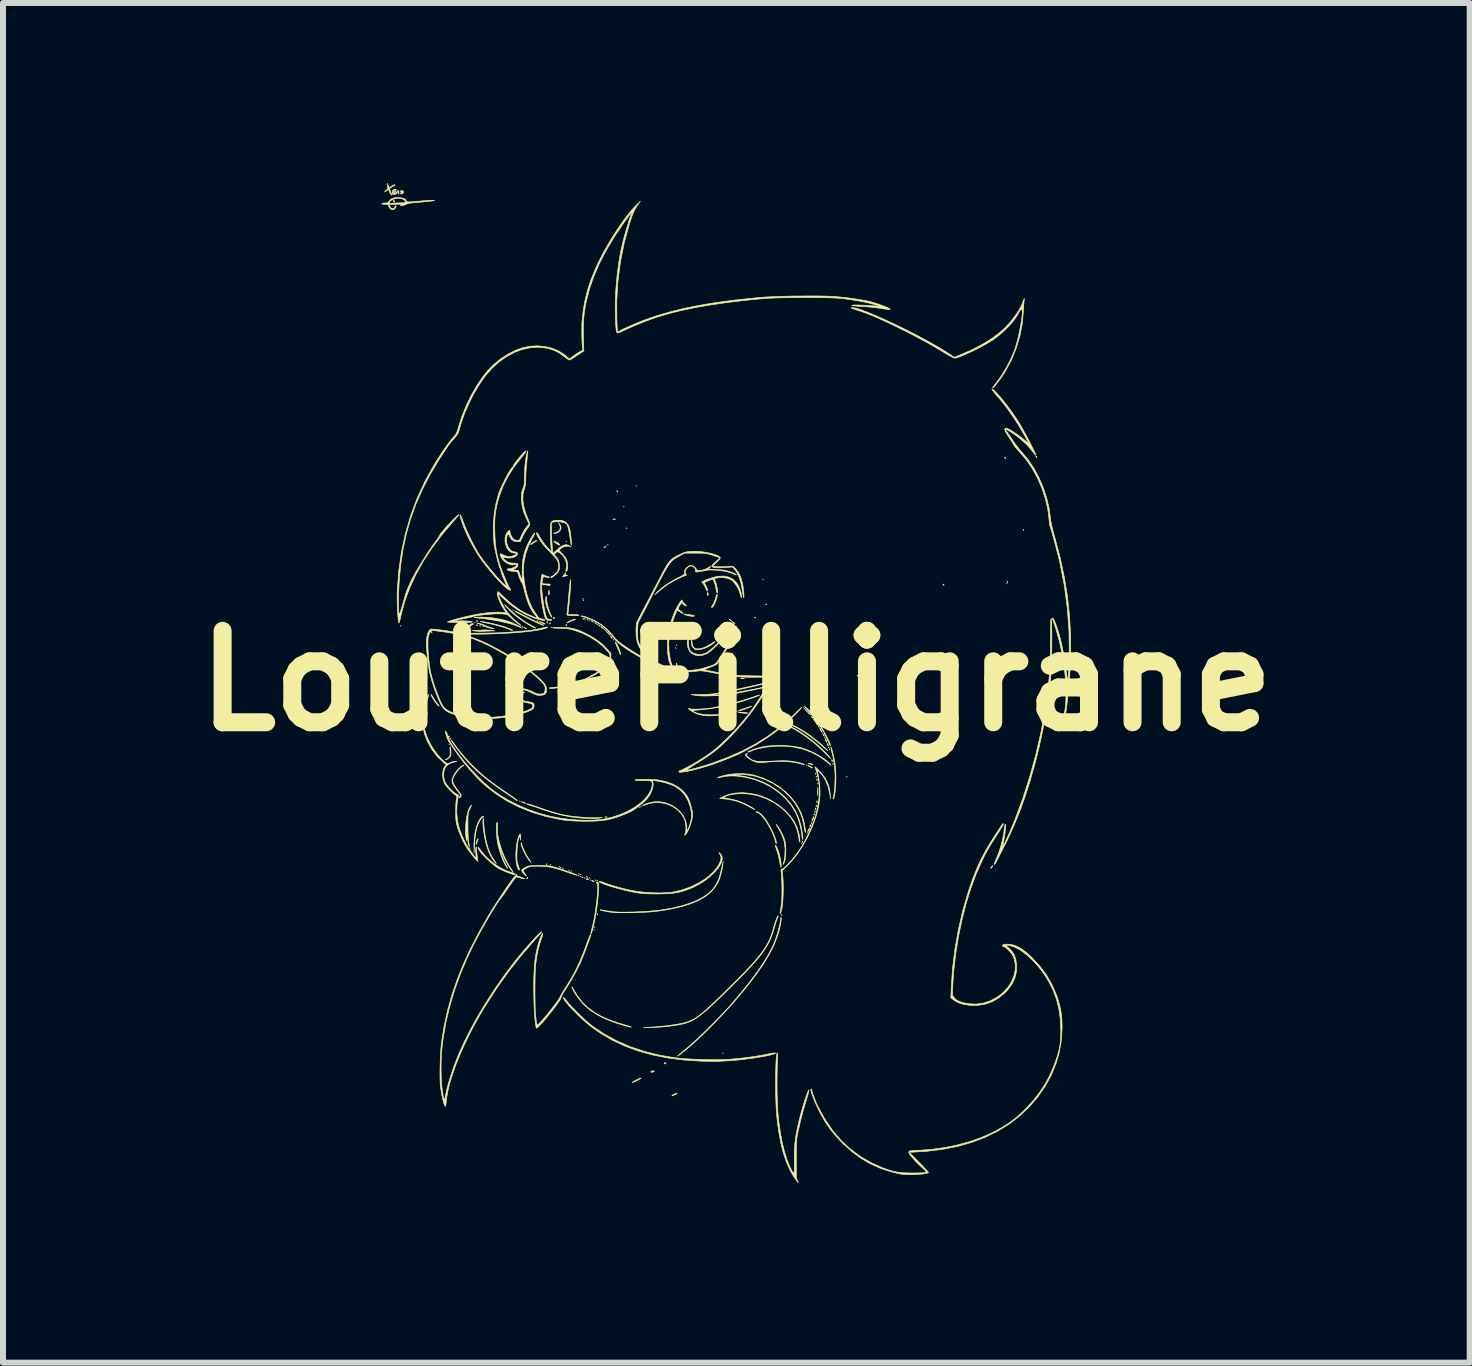
<source format=kicad_pcb>
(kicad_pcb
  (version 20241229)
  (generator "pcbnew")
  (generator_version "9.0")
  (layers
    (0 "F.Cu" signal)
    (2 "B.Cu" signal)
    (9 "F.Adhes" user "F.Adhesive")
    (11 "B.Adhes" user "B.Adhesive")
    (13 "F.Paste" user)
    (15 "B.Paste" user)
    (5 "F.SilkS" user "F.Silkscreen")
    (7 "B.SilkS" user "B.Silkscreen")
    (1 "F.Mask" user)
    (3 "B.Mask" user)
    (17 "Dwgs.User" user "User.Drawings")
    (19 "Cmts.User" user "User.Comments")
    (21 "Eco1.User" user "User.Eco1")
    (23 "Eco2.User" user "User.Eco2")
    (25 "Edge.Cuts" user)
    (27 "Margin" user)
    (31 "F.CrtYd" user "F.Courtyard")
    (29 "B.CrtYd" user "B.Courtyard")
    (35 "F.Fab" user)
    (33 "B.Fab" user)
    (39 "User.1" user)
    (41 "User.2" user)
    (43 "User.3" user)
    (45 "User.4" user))
  (footprint "LoutreFilligrane"
    (layer "F.Cu")
    (at 9.224 8.3)
    (property "Reference" "LoutreFilligrane" (at 0 0 0) (layer "F.SilkS") (effects (font (size 1.524 1.524) (thickness 0.3))))
    (attr through_hole)
    (fp_poly (pts (xy -5.588 -0.918) (xy -5.594 -0.912) (xy -5.6 -0.918) (xy -5.594 -0.924) (xy -5.588 -0.918)) (stroke (width 0.01) (type solid)) (fill yes) (layer "F.SilkS"))
    (fp_poly (pts (xy -4.78 1.056) (xy -4.786 1.062) (xy -4.791 1.056) (xy -4.786 1.051) (xy -4.78 1.056)) (stroke (width 0.01) (type solid)) (fill yes) (layer "F.SilkS"))
    (fp_poly (pts (xy -4.433 2.788) (xy -4.439 2.794) (xy -4.445 2.788) (xy -4.439 2.782) (xy -4.433 2.788)) (stroke (width 0.01) (type solid)) (fill yes) (layer "F.SilkS"))
    (fp_poly (pts (xy -4.353 -0.976) (xy -4.358 -0.97) (xy -4.364 -0.976) (xy -4.358 -0.981) (xy -4.353 -0.976)) (stroke (width 0.01) (type solid)) (fill yes) (layer "F.SilkS"))
    (fp_poly (pts (xy -4.214 -0.906) (xy -4.22 -0.901) (xy -4.226 -0.906) (xy -4.22 -0.912) (xy -4.214 -0.906)) (stroke (width 0.01) (type solid)) (fill yes) (layer "F.SilkS"))
    (fp_poly (pts (xy -3.741 0.098) (xy -3.747 0.104) (xy -3.752 0.098) (xy -3.747 0.092) (xy -3.741 0.098)) (stroke (width 0.01) (type solid)) (fill yes) (layer "F.SilkS"))
    (fp_poly (pts (xy -3.718 -1.183) (xy -3.723 -1.178) (xy -3.729 -1.183) (xy -3.723 -1.189) (xy -3.718 -1.183)) (stroke (width 0.01) (type solid)) (fill yes) (layer "F.SilkS"))
    (fp_poly (pts (xy -3.66 3.227) (xy -3.666 3.233) (xy -3.671 3.227) (xy -3.666 3.221) (xy -3.66 3.227)) (stroke (width 0.01) (type solid)) (fill yes) (layer "F.SilkS"))
    (fp_poly (pts (xy -3.602 2.003) (xy -3.608 2.009) (xy -3.614 2.003) (xy -3.608 1.997) (xy -3.602 2.003)) (stroke (width 0.01) (type solid)) (fill yes) (layer "F.SilkS"))
    (fp_poly (pts (xy -3.568 -0.883) (xy -3.573 -0.877) (xy -3.579 -0.883) (xy -3.573 -0.889) (xy -3.568 -0.883)) (stroke (width 0.01) (type solid)) (fill yes) (layer "F.SilkS"))
    (fp_poly (pts (xy -3.556 -0.906) (xy -3.562 -0.901) (xy -3.568 -0.906) (xy -3.562 -0.912) (xy -3.556 -0.906)) (stroke (width 0.01) (type solid)) (fill yes) (layer "F.SilkS"))
    (fp_poly (pts (xy -3.094 3.065) (xy -3.1 3.071) (xy -3.106 3.065) (xy -3.1 3.06) (xy -3.094 3.065)) (stroke (width 0.01) (type solid)) (fill yes) (layer "F.SilkS"))
    (fp_poly (pts (xy -3.071 -0.895) (xy -3.077 -0.889) (xy -3.083 -0.895) (xy -3.077 -0.901) (xy -3.071 -0.895)) (stroke (width 0.01) (type solid)) (fill yes) (layer "F.SilkS"))
    (fp_poly (pts (xy -2.944 3.1) (xy -2.95 3.106) (xy -2.956 3.1) (xy -2.95 3.094) (xy -2.944 3.1)) (stroke (width 0.01) (type solid)) (fill yes) (layer "F.SilkS"))
    (fp_poly (pts (xy -2.921 3.111) (xy -2.927 3.117) (xy -2.933 3.111) (xy -2.927 3.106) (xy -2.921 3.111)) (stroke (width 0.01) (type solid)) (fill yes) (layer "F.SilkS"))
    (fp_poly (pts (xy -2.886 3.123) (xy -2.892 3.129) (xy -2.898 3.123) (xy -2.892 3.117) (xy -2.886 3.123)) (stroke (width 0.01) (type solid)) (fill yes) (layer "F.SilkS"))
    (fp_poly (pts (xy -2.829 -2.326) (xy -2.834 -2.321) (xy -2.84 -2.326) (xy -2.834 -2.332) (xy -2.829 -2.326)) (stroke (width 0.01) (type solid)) (fill yes) (layer "F.SilkS"))
    (fp_poly (pts (xy -2.782 3.158) (xy -2.788 3.163) (xy -2.794 3.158) (xy -2.788 3.152) (xy -2.782 3.158)) (stroke (width 0.01) (type solid)) (fill yes) (layer "F.SilkS"))
    (fp_poly (pts (xy -2.748 3.169) (xy -2.754 3.175) (xy -2.759 3.169) (xy -2.754 3.163) (xy -2.748 3.169)) (stroke (width 0.01) (type solid)) (fill yes) (layer "F.SilkS"))
    (fp_poly (pts (xy -2.621 3.215) (xy -2.627 3.221) (xy -2.632 3.215) (xy -2.627 3.21) (xy -2.621 3.215)) (stroke (width 0.01) (type solid)) (fill yes) (layer "F.SilkS"))
    (fp_poly (pts (xy -2.621 3.25) (xy -2.627 3.256) (xy -2.632 3.25) (xy -2.627 3.244) (xy -2.621 3.25)) (stroke (width 0.01) (type solid)) (fill yes) (layer "F.SilkS"))
    (fp_poly (pts (xy -2.598 3.227) (xy -2.603 3.233) (xy -2.609 3.227) (xy -2.603 3.221) (xy -2.598 3.227)) (stroke (width 0.01) (type solid)) (fill yes) (layer "F.SilkS"))
    (fp_poly (pts (xy -2.586 3.262) (xy -2.592 3.267) (xy -2.598 3.262) (xy -2.592 3.256) (xy -2.586 3.262)) (stroke (width 0.01) (type solid)) (fill yes) (layer "F.SilkS"))
    (fp_poly (pts (xy -2.552 -1.368) (xy -2.557 -1.362) (xy -2.563 -1.368) (xy -2.557 -1.374) (xy -2.552 -1.368)) (stroke (width 0.01) (type solid)) (fill yes) (layer "F.SilkS"))
    (fp_poly (pts (xy -2.54 -1.345) (xy -2.546 -1.339) (xy -2.552 -1.345) (xy -2.546 -1.351) (xy -2.54 -1.345)) (stroke (width 0.01) (type solid)) (fill yes) (layer "F.SilkS"))
    (fp_poly (pts (xy -2.528 3.285) (xy -2.534 3.29) (xy -2.54 3.285) (xy -2.534 3.279) (xy -2.528 3.285)) (stroke (width 0.01) (type solid)) (fill yes) (layer "F.SilkS"))
    (fp_poly (pts (xy -2.494 3.262) (xy -2.5 3.267) (xy -2.505 3.262) (xy -2.5 3.256) (xy -2.494 3.262)) (stroke (width 0.01) (type solid)) (fill yes) (layer "F.SilkS"))
    (fp_poly (pts (xy -2.471 3.273) (xy -2.477 3.279) (xy -2.482 3.273) (xy -2.477 3.267) (xy -2.471 3.273)) (stroke (width 0.01) (type solid)) (fill yes) (layer "F.SilkS"))
    (fp_poly (pts (xy -2.448 -1.01) (xy -2.453 -1.004) (xy -2.459 -1.01) (xy -2.453 -1.016) (xy -2.448 -1.01)) (stroke (width 0.01) (type solid)) (fill yes) (layer "F.SilkS"))
    (fp_poly (pts (xy -2.436 3.285) (xy -2.442 3.29) (xy -2.448 3.285) (xy -2.442 3.279) (xy -2.436 3.285)) (stroke (width 0.01) (type solid)) (fill yes) (layer "F.SilkS"))
    (fp_poly (pts (xy -2.425 3.319) (xy -2.43 3.325) (xy -2.436 3.319) (xy -2.43 3.314) (xy -2.425 3.319)) (stroke (width 0.01) (type solid)) (fill yes) (layer "F.SilkS"))
    (fp_poly (pts (xy -2.413 -0.999) (xy -2.419 -0.993) (xy -2.425 -0.999) (xy -2.419 -1.004) (xy -2.413 -0.999)) (stroke (width 0.01) (type solid)) (fill yes) (layer "F.SilkS"))
    (fp_poly (pts (xy -2.39 -0.987) (xy -2.396 -0.981) (xy -2.401 -0.987) (xy -2.396 -0.993) (xy -2.39 -0.987)) (stroke (width 0.01) (type solid)) (fill yes) (layer "F.SilkS"))
    (fp_poly (pts (xy -2.367 -0.976) (xy -2.373 -0.97) (xy -2.378 -0.976) (xy -2.373 -0.981) (xy -2.367 -0.976)) (stroke (width 0.01) (type solid)) (fill yes) (layer "F.SilkS"))
    (fp_poly (pts (xy -2.367 4.151) (xy -2.373 4.156) (xy -2.378 4.151) (xy -2.373 4.145) (xy -2.367 4.151)) (stroke (width 0.01) (type solid)) (fill yes) (layer "F.SilkS"))
    (fp_poly (pts (xy -2.355 4.104) (xy -2.361 4.11) (xy -2.367 4.104) (xy -2.361 4.099) (xy -2.355 4.104)) (stroke (width 0.01) (type solid)) (fill yes) (layer "F.SilkS"))
    (fp_poly (pts (xy -2.344 3.319) (xy -2.349 3.325) (xy -2.355 3.319) (xy -2.349 3.314) (xy -2.344 3.319)) (stroke (width 0.01) (type solid)) (fill yes) (layer "F.SilkS"))
    (fp_poly (pts (xy -2.309 -0.941) (xy -2.315 -0.935) (xy -2.321 -0.941) (xy -2.315 -0.947) (xy -2.309 -0.941)) (stroke (width 0.01) (type solid)) (fill yes) (layer "F.SilkS"))
    (fp_poly (pts (xy -2.136 -2.269) (xy -2.142 -2.263) (xy -2.147 -2.269) (xy -2.142 -2.274) (xy -2.136 -2.269)) (stroke (width 0.01) (type solid)) (fill yes) (layer "F.SilkS"))
    (fp_poly (pts (xy -2.044 -0.687) (xy -2.049 -0.681) (xy -2.055 -0.687) (xy -2.049 -0.693) (xy -2.044 -0.687)) (stroke (width 0.01) (type solid)) (fill yes) (layer "F.SilkS"))
    (fp_poly (pts (xy -1.87 -2.904) (xy -1.876 -2.898) (xy -1.882 -2.904) (xy -1.876 -2.909) (xy -1.87 -2.904)) (stroke (width 0.01) (type solid)) (fill yes) (layer "F.SilkS"))
    (fp_poly (pts (xy -1.824 -2.546) (xy -1.83 -2.54) (xy -1.836 -2.546) (xy -1.83 -2.552) (xy -1.824 -2.546)) (stroke (width 0.01) (type solid)) (fill yes) (layer "F.SilkS"))
    (fp_poly (pts (xy -1.663 -3.25) (xy -1.668 -3.244) (xy -1.674 -3.25) (xy -1.668 -3.256) (xy -1.663 -3.25)) (stroke (width 0.01) (type solid)) (fill yes) (layer "F.SilkS"))
    (fp_poly (pts (xy -1.605 2.107) (xy -1.611 2.113) (xy -1.616 2.107) (xy -1.611 2.101) (xy -1.605 2.107)) (stroke (width 0.01) (type solid)) (fill yes) (layer "F.SilkS"))
    (fp_poly (pts (xy -1.582 2.095) (xy -1.587 2.101) (xy -1.593 2.095) (xy -1.587 2.09) (xy -1.582 2.095)) (stroke (width 0.01) (type solid)) (fill yes) (layer "F.SilkS"))
    (fp_poly (pts (xy -1.004 -0.548) (xy -1.01 -0.543) (xy -1.016 -0.548) (xy -1.01 -0.554) (xy -1.004 -0.548)) (stroke (width 0.01) (type solid)) (fill yes) (layer "F.SilkS"))
    (fp_poly (pts (xy -0.993 -0.595) (xy -0.999 -0.589) (xy -1.004 -0.595) (xy -0.999 -0.6) (xy -0.993 -0.595)) (stroke (width 0.01) (type solid)) (fill yes) (layer "F.SilkS"))
    (fp_poly (pts (xy -0.727 -0.745) (xy -0.733 -0.739) (xy -0.739 -0.745) (xy -0.733 -0.75) (xy -0.727 -0.745)) (stroke (width 0.01) (type solid)) (fill yes) (layer "F.SilkS"))
    (fp_poly (pts (xy -0.219 6.206) (xy -0.225 6.211) (xy -0.231 6.206) (xy -0.225 6.2) (xy -0.219 6.206)) (stroke (width 0.01) (type solid)) (fill yes) (layer "F.SilkS"))
    (fp_poly (pts (xy 0.035 0.502) (xy 0.029 0.508) (xy 0.023 0.502) (xy 0.029 0.496) (xy 0.035 0.502)) (stroke (width 0.01) (type solid)) (fill yes) (layer "F.SilkS"))
    (fp_poly (pts (xy 0.45 -1.691) (xy 0.445 -1.686) (xy 0.439 -1.691) (xy 0.445 -1.697) (xy 0.45 -1.691)) (stroke (width 0.01) (type solid)) (fill yes) (layer "F.SilkS"))
    (fp_poly (pts (xy 1.097 2.707) (xy 1.091 2.713) (xy 1.085 2.707) (xy 1.091 2.702) (xy 1.097 2.707)) (stroke (width 0.01) (type solid)) (fill yes) (layer "F.SilkS"))
    (fp_poly (pts (xy 1.178 1.403) (xy 1.172 1.409) (xy 1.166 1.403) (xy 1.172 1.397) (xy 1.178 1.403)) (stroke (width 0.01) (type solid)) (fill yes) (layer "F.SilkS"))
    (fp_poly (pts (xy 1.189 2.534) (xy 1.183 2.54) (xy 1.178 2.534) (xy 1.183 2.528) (xy 1.189 2.534)) (stroke (width 0.01) (type solid)) (fill yes) (layer "F.SilkS"))
    (fp_poly (pts (xy 1.362 1.714) (xy 1.357 1.72) (xy 1.351 1.714) (xy 1.357 1.709) (xy 1.362 1.714)) (stroke (width 0.01) (type solid)) (fill yes) (layer "F.SilkS"))
    (fp_poly (pts (xy 1.443 0.872) (xy 1.437 0.877) (xy 1.432 0.872) (xy 1.437 0.866) (xy 1.443 0.872)) (stroke (width 0.01) (type solid)) (fill yes) (layer "F.SilkS"))
    (fp_poly (pts (xy 1.478 0.941) (xy 1.472 0.947) (xy 1.466 0.941) (xy 1.472 0.935) (xy 1.478 0.941)) (stroke (width 0.01) (type solid)) (fill yes) (layer "F.SilkS"))
    (fp_poly (pts (xy 1.536 0.687) (xy 1.53 0.693) (xy 1.524 0.687) (xy 1.53 0.681) (xy 1.536 0.687)) (stroke (width 0.01) (type solid)) (fill yes) (layer "F.SilkS"))
    (fp_poly (pts (xy 1.559 0.699) (xy 1.553 0.704) (xy 1.547 0.699) (xy 1.553 0.693) (xy 1.559 0.699)) (stroke (width 0.01) (type solid)) (fill yes) (layer "F.SilkS"))
    (fp_poly (pts (xy 1.847 1.599) (xy 1.841 1.605) (xy 1.836 1.599) (xy 1.841 1.593) (xy 1.847 1.599)) (stroke (width 0.01) (type solid)) (fill yes) (layer "F.SilkS"))
    (fp_poly (pts (xy 4.514 -1.622) (xy 4.508 -1.616) (xy 4.503 -1.622) (xy 4.508 -1.628) (xy 4.514 -1.622)) (stroke (width 0.01) (type solid)) (fill yes) (layer "F.SilkS"))
    (fp_poly (pts (xy -5.199 0.47) (xy -5.198 0.494) (xy -5.199 0.499) (xy -5.204 0.501) (xy -5.205 0.485) (xy -5.203 0.469) (xy -5.199 0.47)) (stroke (width 0.01) (type solid)) (fill yes) (layer "F.SilkS"))
    (fp_poly (pts (xy -4.31 -1) (xy -4.313 -0.995) (xy -4.325 -0.994) (xy -4.337 -0.997) (xy -4.332 -1.001) (xy -4.314 -1.002) (xy -4.31 -1)) (stroke (width 0.01) (type solid)) (fill yes) (layer "F.SilkS"))
    (fp_poly (pts (xy -4.31 -0.931) (xy -4.313 -0.925) (xy -4.325 -0.925) (xy -4.337 -0.927) (xy -4.332 -0.932) (xy -4.314 -0.933) (xy -4.31 -0.931)) (stroke (width 0.01) (type solid)) (fill yes) (layer "F.SilkS"))
    (fp_poly (pts (xy -4.264 -0.92) (xy -4.266 -0.913) (xy -4.272 -0.912) (xy -4.281 -0.916) (xy -4.28 -0.92) (xy -4.266 -0.921) (xy -4.264 -0.92)) (stroke (width 0.01) (type solid)) (fill yes) (layer "F.SilkS"))
    (fp_poly (pts (xy -3.306 -1.001) (xy -3.307 -0.994) (xy -3.314 -0.993) (xy -3.323 -0.997) (xy -3.321 -1.001) (xy -3.308 -1.002) (xy -3.306 -1.001)) (stroke (width 0.01) (type solid)) (fill yes) (layer "F.SilkS"))
    (fp_poly (pts (xy -3.156 3.052) (xy -3.157 3.059) (xy -3.163 3.06) (xy -3.173 3.055) (xy -3.171 3.052) (xy -3.157 3.05) (xy -3.156 3.052)) (stroke (width 0.01) (type solid)) (fill yes) (layer "F.SilkS"))
    (fp_poly (pts (xy -2.832 -0.937) (xy -2.831 -0.919) (xy -2.833 -0.915) (xy -2.838 -0.919) (xy -2.839 -0.93) (xy -2.836 -0.943) (xy -2.832 -0.937)) (stroke (width 0.01) (type solid)) (fill yes) (layer "F.SilkS"))
    (fp_poly (pts (xy -2.555 3.271) (xy -2.557 3.278) (xy -2.563 3.279) (xy -2.573 3.275) (xy -2.571 3.271) (xy -2.557 3.27) (xy -2.555 3.271)) (stroke (width 0.01) (type solid)) (fill yes) (layer "F.SilkS"))
    (fp_poly (pts (xy -2.475 -1.024) (xy -2.476 -1.017) (xy -2.482 -1.016) (xy -2.492 -1.02) (xy -2.49 -1.024) (xy -2.476 -1.025) (xy -2.475 -1.024)) (stroke (width 0.01) (type solid)) (fill yes) (layer "F.SilkS"))
    (fp_poly (pts (xy -2.313 3.329) (xy -2.315 3.336) (xy -2.321 3.337) (xy -2.33 3.332) (xy -2.328 3.329) (xy -2.315 3.328) (xy -2.313 3.329)) (stroke (width 0.01) (type solid)) (fill yes) (layer "F.SilkS"))
    (fp_poly (pts (xy -2.313 3.883) (xy -2.312 3.897) (xy -2.313 3.899) (xy -2.32 3.897) (xy -2.321 3.891) (xy -2.316 3.881) (xy -2.313 3.883)) (stroke (width 0.01) (type solid)) (fill yes) (layer "F.SilkS"))
    (fp_poly (pts (xy -2.156 2.267) (xy -2.155 2.271) (xy -2.171 2.273) (xy -2.187 2.271) (xy -2.185 2.267) (xy -2.161 2.265) (xy -2.156 2.267)) (stroke (width 0.01) (type solid)) (fill yes) (layer "F.SilkS"))
    (fp_poly (pts (xy -0.789 -0.81) (xy -0.787 -0.792) (xy -0.79 -0.788) (xy -0.795 -0.792) (xy -0.796 -0.803) (xy -0.793 -0.816) (xy -0.789 -0.81)) (stroke (width 0.01) (type solid)) (fill yes) (layer "F.SilkS"))
    (fp_poly (pts (xy -0.246 -0.614) (xy -0.245 -0.596) (xy -0.247 -0.592) (xy -0.252 -0.595) (xy -0.253 -0.607) (xy -0.25 -0.619) (xy -0.246 -0.614)) (stroke (width 0.01) (type solid)) (fill yes) (layer "F.SilkS"))
    (fp_poly (pts (xy -0.015 -0.053) (xy -0.018 -0.048) (xy -0.03 -0.047) (xy -0.042 -0.05) (xy -0.037 -0.054) (xy -0.019 -0.055) (xy -0.015 -0.053)) (stroke (width 0.01) (type solid)) (fill yes) (layer "F.SilkS"))
    (fp_poly (pts (xy 0.319 -1.058) (xy 0.318 -1.051) (xy 0.312 -1.051) (xy 0.302 -1.055) (xy 0.304 -1.058) (xy 0.318 -1.06) (xy 0.319 -1.058)) (stroke (width 0.01) (type solid)) (fill yes) (layer "F.SilkS"))
    (fp_poly (pts (xy 0.504 -1.278) (xy 0.503 -1.271) (xy 0.496 -1.27) (xy 0.487 -1.274) (xy 0.489 -1.278) (xy 0.502 -1.279) (xy 0.504 -1.278)) (stroke (width 0.01) (type solid)) (fill yes) (layer "F.SilkS"))
    (fp_poly (pts (xy 0.758 3.895) (xy 0.76 3.908) (xy 0.758 3.91) (xy 0.751 3.908) (xy 0.75 3.902) (xy 0.755 3.893) (xy 0.758 3.895)) (stroke (width 0.01) (type solid)) (fill yes) (layer "F.SilkS"))
    (fp_poly (pts (xy 1.105 2.671) (xy 1.106 2.685) (xy 1.105 2.686) (xy 1.098 2.685) (xy 1.097 2.679) (xy 1.101 2.669) (xy 1.105 2.671)) (stroke (width 0.01) (type solid)) (fill yes) (layer "F.SilkS"))
    (fp_poly (pts (xy 1.255 2.359) (xy 1.256 2.373) (xy 1.255 2.375) (xy 1.248 2.373) (xy 1.247 2.367) (xy 1.251 2.357) (xy 1.255 2.359)) (stroke (width 0.01) (type solid)) (fill yes) (layer "F.SilkS"))
    (fp_poly (pts (xy 1.301 2.215) (xy 1.302 2.233) (xy 1.3 2.237) (xy 1.295 2.233) (xy 1.294 2.222) (xy 1.297 2.209) (xy 1.301 2.215)) (stroke (width 0.01) (type solid)) (fill yes) (layer "F.SilkS"))
    (fp_poly (pts (xy 1.313 2.168) (xy 1.314 2.186) (xy 1.312 2.191) (xy 1.306 2.187) (xy 1.306 2.175) (xy 1.308 2.163) (xy 1.313 2.168)) (stroke (width 0.01) (type solid)) (fill yes) (layer "F.SilkS"))
    (fp_poly (pts (xy 1.324 1.539) (xy 1.325 1.553) (xy 1.324 1.555) (xy 1.317 1.553) (xy 1.316 1.547) (xy 1.32 1.538) (xy 1.324 1.539)) (stroke (width 0.01) (type solid)) (fill yes) (layer "F.SilkS"))
    (fp_poly (pts (xy 1.324 2.122) (xy 1.325 2.14) (xy 1.323 2.144) (xy 1.318 2.141) (xy 1.317 2.129) (xy 1.32 2.117) (xy 1.324 2.122)) (stroke (width 0.01) (type solid)) (fill yes) (layer "F.SilkS"))
    (fp_poly (pts (xy 1.335 1.586) (xy 1.337 1.599) (xy 1.335 1.601) (xy 1.329 1.599) (xy 1.328 1.593) (xy 1.332 1.584) (xy 1.335 1.586)) (stroke (width 0.01) (type solid)) (fill yes) (layer "F.SilkS"))
    (fp_poly (pts (xy 1.336 2.076) (xy 1.337 2.094) (xy 1.335 2.098) (xy 1.329 2.095) (xy 1.329 2.083) (xy 1.331 2.071) (xy 1.336 2.076)) (stroke (width 0.01) (type solid)) (fill yes) (layer "F.SilkS"))
    (fp_poly (pts (xy 1.347 1.637) (xy 1.349 1.655) (xy 1.346 1.659) (xy 1.341 1.656) (xy 1.34 1.644) (xy 1.343 1.632) (xy 1.347 1.637)) (stroke (width 0.01) (type solid)) (fill yes) (layer "F.SilkS"))
    (fp_poly (pts (xy 1.543 1.101) (xy 1.545 1.114) (xy 1.543 1.116) (xy 1.536 1.114) (xy 1.536 1.108) (xy 1.54 1.099) (xy 1.543 1.101)) (stroke (width 0.01) (type solid)) (fill yes) (layer "F.SilkS"))
    (fp_poly (pts (xy 1.555 1.135) (xy 1.556 1.149) (xy 1.555 1.151) (xy 1.548 1.149) (xy 1.547 1.143) (xy 1.551 1.133) (xy 1.555 1.135)) (stroke (width 0.01) (type solid)) (fill yes) (layer "F.SilkS"))
    (fp_poly (pts (xy 1.613 1.378) (xy 1.614 1.391) (xy 1.613 1.393) (xy 1.606 1.392) (xy 1.605 1.385) (xy 1.609 1.376) (xy 1.613 1.378)) (stroke (width 0.01) (type solid)) (fill yes) (layer "F.SilkS"))
    (fp_poly (pts (xy 2.028 -0.089) (xy 2.027 -0.082) (xy 2.02 -0.081) (xy 2.011 -0.085) (xy 2.013 -0.089) (xy 2.026 -0.09) (xy 2.028 -0.089)) (stroke (width 0.01) (type solid)) (fill yes) (layer "F.SilkS"))
    (fp_poly (pts (xy 2.063 -0.077) (xy 2.061 -0.07) (xy 2.055 -0.069) (xy 2.046 -0.073) (xy 2.047 -0.077) (xy 2.061 -0.078) (xy 2.063 -0.077)) (stroke (width 0.01) (type solid)) (fill yes) (layer "F.SilkS"))
    (fp_poly (pts (xy 2.201 -0.954) (xy 2.2 -0.948) (xy 2.194 -0.947) (xy 2.184 -0.951) (xy 2.186 -0.954) (xy 2.2 -0.956) (xy 2.201 -0.954)) (stroke (width 0.01) (type solid)) (fill yes) (layer "F.SilkS"))
    (fp_poly (pts (xy 4.522 -1.659) (xy 4.523 -1.645) (xy 4.522 -1.643) (xy 4.515 -1.645) (xy 4.514 -1.651) (xy 4.518 -1.661) (xy 4.522 -1.659)) (stroke (width 0.01) (type solid)) (fill yes) (layer "F.SilkS"))
    (fp_poly (pts (xy 4.788 -2.525) (xy 4.789 -2.511) (xy 4.788 -2.509) (xy 4.781 -2.511) (xy 4.78 -2.517) (xy 4.784 -2.526) (xy 4.788 -2.525)) (stroke (width 0.01) (type solid)) (fill yes) (layer "F.SilkS"))
    (fp_poly (pts (xy 5.457 0.65) (xy 5.459 0.664) (xy 5.457 0.666) (xy 5.45 0.664) (xy 5.449 0.658) (xy 5.454 0.649) (xy 5.457 0.65)) (stroke (width 0.01) (type solid)) (fill yes) (layer "F.SilkS"))
    (fp_poly (pts (xy 5.469 0.597) (xy 5.47 0.621) (xy 5.469 0.626) (xy 5.464 0.628) (xy 5.463 0.612) (xy 5.465 0.596) (xy 5.469 0.597)) (stroke (width 0.01) (type solid)) (fill yes) (layer "F.SilkS"))
    (fp_poly (pts (xy -5.702 -8.005) (xy -5.693 -7.991) (xy -5.695 -7.983) (xy -5.705 -7.986) (xy -5.715 -7.995) (xy -5.722 -8.009) (xy -5.717 -8.013) (xy -5.702 -8.005)) (stroke (width 0.01) (type solid)) (fill yes) (layer "F.SilkS"))
    (fp_poly (pts (xy -4.77 0.951) (xy -4.758 0.963) (xy -4.76 0.97) (xy -4.762 0.97) (xy -4.772 0.962) (xy -4.775 0.956) (xy -4.777 0.949) (xy -4.77 0.951)) (stroke (width 0.01) (type solid)) (fill yes) (layer "F.SilkS"))
    (fp_poly (pts (xy -3.594 0.27) (xy -3.572 0.291) (xy -3.569 0.3) (xy -3.572 0.3) (xy -3.581 0.292) (xy -3.598 0.274) (xy -3.619 0.248) (xy -3.594 0.27)) (stroke (width 0.01) (type solid)) (fill yes) (layer "F.SilkS"))
    (fp_poly (pts (xy -3.479 3.285) (xy -3.485 3.294) (xy -3.495 3.301) (xy -3.493 3.289) (xy -3.492 3.287) (xy -3.483 3.273) (xy -3.477 3.273) (xy -3.479 3.285)) (stroke (width 0.01) (type solid)) (fill yes) (layer "F.SilkS"))
    (fp_poly (pts (xy -3.152 -0.986) (xy -3.15 -0.984) (xy -3.141 -0.969) (xy -3.143 -0.964) (xy -3.151 -0.967) (xy -3.157 -0.978) (xy -3.16 -0.991) (xy -3.152 -0.986)) (stroke (width 0.01) (type solid)) (fill yes) (layer "F.SilkS"))
    (fp_poly (pts (xy -2.346 -0.965) (xy -2.333 -0.954) (xy -2.336 -0.947) (xy -2.337 -0.947) (xy -2.347 -0.955) (xy -2.351 -0.96) (xy -2.352 -0.968) (xy -2.346 -0.965)) (stroke (width 0.01) (type solid)) (fill yes) (layer "F.SilkS"))
    (fp_poly (pts (xy -2.288 -0.931) (xy -2.275 -0.919) (xy -2.278 -0.912) (xy -2.28 -0.912) (xy -2.289 -0.92) (xy -2.293 -0.925) (xy -2.294 -0.933) (xy -2.288 -0.931)) (stroke (width 0.01) (type solid)) (fill yes) (layer "F.SilkS"))
    (fp_poly (pts (xy -2.095 -0.747) (xy -2.083 -0.736) (xy -2.07 -0.719) (xy -2.069 -0.709) (xy -2.079 -0.713) (xy -2.09 -0.729) (xy -2.099 -0.748) (xy -2.095 -0.747)) (stroke (width 0.01) (type solid)) (fill yes) (layer "F.SilkS"))
    (fp_poly (pts (xy -1.988 -3.17) (xy -1.975 -3.159) (xy -1.978 -3.152) (xy -1.979 -3.152) (xy -1.989 -3.16) (xy -1.993 -3.165) (xy -1.994 -3.173) (xy -1.988 -3.17)) (stroke (width 0.01) (type solid)) (fill yes) (layer "F.SilkS"))
    (fp_poly (pts (xy -0.106 -1.023) (xy -0.093 -1.011) (xy -0.096 -1.005) (xy -0.097 -1.004) (xy -0.107 -1.013) (xy -0.111 -1.018) (xy -0.112 -1.026) (xy -0.106 -1.023)) (stroke (width 0.01) (type solid)) (fill yes) (layer "F.SilkS"))
    (fp_poly (pts (xy 1.372 0.755) (xy 1.384 0.766) (xy 1.385 0.768) (xy 1.38 0.773) (xy 1.369 0.763) (xy 1.367 0.76) (xy 1.366 0.752) (xy 1.372 0.755)) (stroke (width 0.01) (type solid)) (fill yes) (layer "F.SilkS"))
    (fp_poly (pts (xy 1.455 0.896) (xy 1.456 0.897) (xy 1.465 0.913) (xy 1.464 0.918) (xy 1.455 0.915) (xy 1.45 0.904) (xy 1.446 0.89) (xy 1.455 0.896)) (stroke (width 0.01) (type solid)) (fill yes) (layer "F.SilkS"))
    (fp_poly (pts (xy 1.525 1.054) (xy 1.533 1.074) (xy 1.532 1.081) (xy 1.524 1.077) (xy 1.52 1.068) (xy 1.513 1.046) (xy 1.516 1.041) (xy 1.525 1.054)) (stroke (width 0.01) (type solid)) (fill yes) (layer "F.SilkS"))
    (fp_poly (pts (xy 1.595 1.313) (xy 1.595 1.314) (xy 1.603 1.333) (xy 1.602 1.341) (xy 1.596 1.344) (xy 1.59 1.329) (xy 1.588 1.311) (xy 1.595 1.313)) (stroke (width 0.01) (type solid)) (fill yes) (layer "F.SilkS"))
    (fp_poly (pts (xy 3.45 -1.612) (xy 3.463 -1.6) (xy 3.46 -1.593) (xy 3.459 -1.593) (xy 3.449 -1.601) (xy 3.445 -1.607) (xy 3.444 -1.615) (xy 3.45 -1.612)) (stroke (width 0.01) (type solid)) (fill yes) (layer "F.SilkS"))
    (fp_poly (pts (xy 4.478 -3.725) (xy 4.49 -3.714) (xy 4.491 -3.711) (xy 4.486 -3.706) (xy 4.474 -3.717) (xy 4.473 -3.719) (xy 4.471 -3.727) (xy 4.478 -3.725)) (stroke (width 0.01) (type solid)) (fill yes) (layer "F.SilkS"))
    (fp_poly (pts (xy 4.999 -3.745) (xy 5.001 -3.744) (xy 5.01 -3.729) (xy 5.008 -3.723) (xy 5 -3.727) (xy 4.994 -3.737) (xy 4.991 -3.751) (xy 4.999 -3.745)) (stroke (width 0.01) (type solid)) (fill yes) (layer "F.SilkS"))
    (fp_poly (pts (xy -3.539 -0.896) (xy -3.524 -0.889) (xy -3.505 -0.878) (xy -3.498 -0.871) (xy -3.502 -0.866) (xy -3.516 -0.875) (xy -3.528 -0.884) (xy -3.543 -0.896) (xy -3.539 -0.896)) (stroke (width 0.01) (type solid)) (fill yes) (layer "F.SilkS"))
    (fp_poly (pts (xy -3.098 -0.962) (xy -3.1 -0.958) (xy -3.111 -0.947) (xy -3.113 -0.947) (xy -3.114 -0.954) (xy -3.111 -0.958) (xy -3.101 -0.969) (xy -3.099 -0.97) (xy -3.098 -0.962)) (stroke (width 0.01) (type solid)) (fill yes) (layer "F.SilkS"))
    (fp_poly (pts (xy -3.033 -1.054) (xy -3.031 -1.051) (xy -3.031 -1.04) (xy -3.035 -1.039) (xy -3.051 -1.048) (xy -3.054 -1.051) (xy -3.053 -1.061) (xy -3.049 -1.062) (xy -3.033 -1.054)) (stroke (width 0.01) (type solid)) (fill yes) (layer "F.SilkS"))
    (fp_poly (pts (xy -2.52 -1.036) (xy -2.516 -1.032) (xy -2.532 -1.03) (xy -2.54 -1.03) (xy -2.561 -1.031) (xy -2.563 -1.034) (xy -2.56 -1.036) (xy -2.531 -1.037) (xy -2.52 -1.036)) (stroke (width 0.01) (type solid)) (fill yes) (layer "F.SilkS"))
    (fp_poly (pts (xy -2.477 3.298) (xy -2.471 3.302) (xy -2.462 3.31) (xy -2.473 3.313) (xy -2.479 3.313) (xy -2.5 3.309) (xy -2.505 3.302) (xy -2.498 3.291) (xy -2.477 3.298)) (stroke (width 0.01) (type solid)) (fill yes) (layer "F.SilkS"))
    (fp_poly (pts (xy -2.388 3.331) (xy -2.378 3.337) (xy -2.369 3.346) (xy -2.373 3.348) (xy -2.392 3.342) (xy -2.401 3.337) (xy -2.411 3.327) (xy -2.407 3.325) (xy -2.388 3.331)) (stroke (width 0.01) (type solid)) (fill yes) (layer "F.SilkS"))
    (fp_poly (pts (xy -2.257 -0.908) (xy -2.248 -0.902) (xy -2.232 -0.888) (xy -2.228 -0.882) (xy -2.234 -0.878) (xy -2.249 -0.893) (xy -2.253 -0.898) (xy -2.263 -0.911) (xy -2.257 -0.908)) (stroke (width 0.01) (type solid)) (fill yes) (layer "F.SilkS"))
    (fp_poly (pts (xy -2.174 -2.245) (xy -2.181 -2.237) (xy -2.197 -2.219) (xy -2.205 -2.219) (xy -2.205 -2.221) (xy -2.197 -2.231) (xy -2.185 -2.241) (xy -2.171 -2.251) (xy -2.174 -2.245)) (stroke (width 0.01) (type solid)) (fill yes) (layer "F.SilkS"))
    (fp_poly (pts (xy -2.017 -2.698) (xy -2.017 -2.694) (xy -2.035 -2.692) (xy -2.038 -2.692) (xy -2.056 -2.694) (xy -2.054 -2.698) (xy -2.052 -2.698) (xy -2.027 -2.7) (xy -2.017 -2.698)) (stroke (width 0.01) (type solid)) (fill yes) (layer "F.SilkS"))
    (fp_poly (pts (xy -1.174 6.37) (xy -1.172 6.373) (xy -1.174 6.383) (xy -1.183 6.385) (xy -1.199 6.379) (xy -1.201 6.373) (xy -1.192 6.362) (xy -1.19 6.362) (xy -1.174 6.37)) (stroke (width 0.01) (type solid)) (fill yes) (layer "F.SilkS"))
    (fp_poly (pts (xy -0.472 -1.462) (xy -0.466 -1.44) (xy -0.472 -1.428) (xy -0.481 -1.425) (xy -0.485 -1.442) (xy -0.485 -1.45) (xy -0.483 -1.471) (xy -0.479 -1.473) (xy -0.472 -1.462)) (stroke (width 0.01) (type solid)) (fill yes) (layer "F.SilkS"))
    (fp_poly (pts (xy -0.131 -0.397) (xy -0.133 -0.393) (xy -0.144 -0.382) (xy -0.146 -0.381) (xy -0.146 -0.388) (xy -0.144 -0.393) (xy -0.133 -0.404) (xy -0.131 -0.404) (xy -0.131 -0.397)) (stroke (width 0.01) (type solid)) (fill yes) (layer "F.SilkS"))
    (fp_poly (pts (xy -0.055 -0.982) (xy -0.031 -0.96) (xy -0.023 -0.949) (xy -0.027 -0.947) (xy -0.036 -0.954) (xy -0.054 -0.974) (xy -0.059 -0.978) (xy -0.087 -1.01) (xy -0.055 -0.982)) (stroke (width 0.01) (type solid)) (fill yes) (layer "F.SilkS"))
    (fp_poly (pts (xy 0.13 -0.043) (xy 0.135 -0.04) (xy 0.121 -0.038) (xy 0.104 -0.038) (xy 0.079 -0.039) (xy 0.072 -0.041) (xy 0.078 -0.043) (xy 0.112 -0.045) (xy 0.13 -0.043)) (stroke (width 0.01) (type solid)) (fill yes) (layer "F.SilkS"))
    (fp_poly (pts (xy 0.523 -0.043) (xy 0.527 -0.04) (xy 0.512 -0.038) (xy 0.491 -0.038) (xy 0.464 -0.039) (xy 0.457 -0.041) (xy 0.465 -0.043) (xy 0.499 -0.045) (xy 0.523 -0.043)) (stroke (width 0.01) (type solid)) (fill yes) (layer "F.SilkS"))
    (fp_poly (pts (xy 1.247 2.396) (xy 1.241 2.415) (xy 1.235 2.425) (xy 1.226 2.434) (xy 1.224 2.43) (xy 1.23 2.411) (xy 1.235 2.401) (xy 1.245 2.392) (xy 1.247 2.396)) (stroke (width 0.01) (type solid)) (fill yes) (layer "F.SilkS"))
    (fp_poly (pts (xy 1.253 0.592) (xy 1.261 0.599) (xy 1.277 0.613) (xy 1.282 0.619) (xy 1.276 0.623) (xy 1.261 0.608) (xy 1.257 0.603) (xy 1.247 0.59) (xy 1.253 0.592)) (stroke (width 0.01) (type solid)) (fill yes) (layer "F.SilkS"))
    (fp_poly (pts (xy 1.288 0.639) (xy 1.296 0.645) (xy 1.312 0.659) (xy 1.316 0.665) (xy 1.311 0.669) (xy 1.295 0.654) (xy 1.292 0.649) (xy 1.282 0.636) (xy 1.288 0.639)) (stroke (width 0.01) (type solid)) (fill yes) (layer "F.SilkS"))
    (fp_poly (pts (xy 1.347 1.998) (xy 1.347 2) (xy 1.349 2.026) (xy 1.347 2.035) (xy 1.343 2.035) (xy 1.342 2.017) (xy 1.342 2.015) (xy 1.343 1.997) (xy 1.347 1.998)) (stroke (width 0.01) (type solid)) (fill yes) (layer "F.SilkS"))
    (fp_poly (pts (xy 2.151 -0.966) (xy 2.151 -0.962) (xy 2.133 -0.961) (xy 2.13 -0.961) (xy 2.112 -0.962) (xy 2.114 -0.966) (xy 2.116 -0.966) (xy 2.141 -0.968) (xy 2.151 -0.966)) (stroke (width 0.01) (type solid)) (fill yes) (layer "F.SilkS"))
    (fp_poly (pts (xy -3.531 0.189) (xy -3.546 0.199) (xy -3.554 0.202) (xy -3.586 0.215) (xy -3.6 0.218) (xy -3.596 0.213) (xy -3.579 0.202) (xy -3.552 0.19) (xy -3.533 0.186) (xy -3.531 0.189)) (stroke (width 0.01) (type solid)) (fill yes) (layer "F.SilkS"))
    (fp_poly (pts (xy -1.368 6.502) (xy -1.369 6.508) (xy -1.374 6.512) (xy -1.395 6.521) (xy -1.416 6.523) (xy -1.427 6.518) (xy -1.426 6.512) (xy -1.41 6.503) (xy -1.388 6.5) (xy -1.368 6.502)) (stroke (width 0.01) (type solid)) (fill yes) (layer "F.SilkS"))
    (fp_poly (pts (xy -0.999 -0.294) (xy -0.993 -0.285) (xy -0.985 -0.259) (xy -0.985 -0.234) (xy -0.989 -0.202) (xy -0.991 -0.233) (xy -0.995 -0.265) (xy -1 -0.285) (xy -1.004 -0.299) (xy -0.999 -0.294)) (stroke (width 0.01) (type solid)) (fill yes) (layer "F.SilkS"))
    (fp_poly (pts (xy 1.245 1.38) (xy 1.264 1.385) (xy 1.276 1.393) (xy 1.269 1.395) (xy 1.246 1.392) (xy 1.218 1.385) (xy 1.196 1.379) (xy 1.196 1.377) (xy 1.212 1.376) (xy 1.245 1.38)) (stroke (width 0.01) (type solid)) (fill yes) (layer "F.SilkS"))
    (fp_poly (pts (xy 1.487 0.969) (xy 1.497 0.985) (xy 1.507 1.009) (xy 1.51 1.022) (xy 1.509 1.023) (xy 1.502 1.017) (xy 1.491 0.998) (xy 1.48 0.971) (xy 1.479 0.961) (xy 1.487 0.969)) (stroke (width 0.01) (type solid)) (fill yes) (layer "F.SilkS"))
    (fp_poly (pts (xy 4.276 3.079) (xy 4.268 3.095) (xy 4.266 3.099) (xy 4.249 3.121) (xy 4.241 3.128) (xy 4.242 3.119) (xy 4.248 3.106) (xy 4.264 3.085) (xy 4.273 3.076) (xy 4.276 3.079)) (stroke (width 0.01) (type solid)) (fill yes) (layer "F.SilkS"))
    (fp_poly (pts (xy -3.833 0.07) (xy -3.808 0.075) (xy -3.793 0.081) (xy -3.776 0.089) (xy -3.781 0.091) (xy -3.793 0.091) (xy -3.821 0.086) (xy -3.833 0.081) (xy -3.845 0.072) (xy -3.836 0.07) (xy -3.833 0.07)) (stroke (width 0.01) (type solid)) (fill yes) (layer "F.SilkS"))
    (fp_poly (pts (xy -3.568 2.016) (xy -3.542 2.024) (xy -3.522 2.033) (xy -3.511 2.04) (xy -3.516 2.043) (xy -3.533 2.038) (xy -3.56 2.027) (xy -3.562 2.026) (xy -3.582 2.015) (xy -3.582 2.013) (xy -3.568 2.016)) (stroke (width 0.01) (type solid)) (fill yes) (layer "F.SilkS"))
    (fp_poly (pts (xy 1.223 2.453) (xy 1.218 2.471) (xy 1.206 2.494) (xy 1.195 2.511) (xy 1.19 2.511) (xy 1.19 2.511) (xy 1.195 2.493) (xy 1.206 2.471) (xy 1.218 2.454) (xy 1.223 2.453) (xy 1.223 2.453)) (stroke (width 0.01) (type solid)) (fill yes) (layer "F.SilkS"))
    (fp_poly (pts (xy 1.326 0.686) (xy 1.339 0.699) (xy 1.351 0.717) (xy 1.359 0.733) (xy 1.358 0.739) (xy 1.349 0.73) (xy 1.334 0.71) (xy 1.334 0.709) (xy 1.324 0.69) (xy 1.325 0.686) (xy 1.326 0.686)) (stroke (width 0.01) (type solid)) (fill yes) (layer "F.SilkS"))
    (fp_poly (pts (xy -3.279 -0.989) (xy -3.249 -0.979) (xy -3.227 -0.97) (xy -3.199 -0.958) (xy -3.185 -0.95) (xy -3.187 -0.948) (xy -3.207 -0.952) (xy -3.238 -0.964) (xy -3.25 -0.969) (xy -3.28 -0.984) (xy -3.289 -0.991) (xy -3.279 -0.989)) (stroke (width 0.01) (type solid)) (fill yes) (layer "F.SilkS"))
    (fp_poly (pts (xy -2.162 -0.826) (xy -2.128 -0.794) (xy -2.109 -0.774) (xy -2.102 -0.765) (xy -2.104 -0.762) (xy -2.105 -0.762) (xy -2.114 -0.77) (xy -2.134 -0.79) (xy -2.162 -0.819) (xy -2.165 -0.823) (xy -2.223 -0.883) (xy -2.162 -0.826)) (stroke (width 0.01) (type solid)) (fill yes) (layer "F.SilkS"))
    (fp_poly (pts (xy 1.175 0.502) (xy 1.208 0.534) (xy 1.227 0.553) (xy 1.235 0.563) (xy 1.232 0.566) (xy 1.232 0.566) (xy 1.223 0.558) (xy 1.203 0.538) (xy 1.175 0.509) (xy 1.171 0.505) (xy 1.114 0.445) (xy 1.175 0.502)) (stroke (width 0.01) (type solid)) (fill yes) (layer "F.SilkS"))
    (fp_poly (pts (xy 1.359 1.787) (xy 1.361 1.836) (xy 1.36 1.886) (xy 1.359 1.903) (xy 1.358 1.915) (xy 1.356 1.906) (xy 1.355 1.878) (xy 1.355 1.841) (xy 1.355 1.801) (xy 1.356 1.777) (xy 1.358 1.773) (xy 1.359 1.787)) (stroke (width 0.01) (type solid)) (fill yes) (layer "F.SilkS"))
    (fp_poly (pts (xy -3.119 -1.502) (xy -3.117 -1.477) (xy -3.117 -1.472) (xy -3.12 -1.445) (xy -3.125 -1.432) (xy -3.127 -1.432) (xy -3.131 -1.442) (xy -3.132 -1.466) (xy -3.131 -1.472) (xy -3.127 -1.499) (xy -3.122 -1.512) (xy -3.122 -1.512) (xy -3.119 -1.502)) (stroke (width 0.01) (type solid)) (fill yes) (layer "F.SilkS"))
    (fp_poly (pts (xy -0.985 6.873) (xy -0.991 6.881) (xy -1.012 6.893) (xy -1.022 6.898) (xy -1.053 6.91) (xy -1.068 6.915) (xy -1.073 6.913) (xy -1.074 6.91) (xy -1.064 6.902) (xy -1.042 6.89) (xy -1.015 6.879) (xy -0.993 6.873) (xy -0.985 6.873)) (stroke (width 0.01) (type solid)) (fill yes) (layer "F.SilkS"))
    (fp_poly (pts (xy -0.062 -0.455) (xy -0.077 -0.437) (xy -0.081 -0.433) (xy -0.101 -0.414) (xy -0.113 -0.404) (xy -0.114 -0.404) (xy -0.111 -0.411) (xy -0.096 -0.429) (xy -0.092 -0.433) (xy -0.073 -0.452) (xy -0.06 -0.462) (xy -0.059 -0.462) (xy -0.062 -0.455)) (stroke (width 0.01) (type solid)) (fill yes) (layer "F.SilkS"))
    (fp_poly (pts (xy 1.208 1.413) (xy 1.232 1.424) (xy 1.256 1.437) (xy 1.269 1.448) (xy 1.27 1.449) (xy 1.269 1.453) (xy 1.262 1.452) (xy 1.244 1.443) (xy 1.224 1.432) (xy 1.201 1.418) (xy 1.192 1.41) (xy 1.193 1.409) (xy 1.208 1.413)) (stroke (width 0.01) (type solid)) (fill yes) (layer "F.SilkS"))
    (fp_poly (pts (xy 1.292 2.263) (xy 1.287 2.285) (xy 1.276 2.314) (xy 1.276 2.315) (xy 1.266 2.335) (xy 1.26 2.339) (xy 1.26 2.338) (xy 1.264 2.32) (xy 1.274 2.292) (xy 1.276 2.286) (xy 1.286 2.265) (xy 1.291 2.26) (xy 1.292 2.263)) (stroke (width 0.01) (type solid)) (fill yes) (layer "F.SilkS"))
    (fp_poly (pts (xy 1.399 0.794) (xy 1.413 0.817) (xy 1.414 0.82) (xy 1.425 0.843) (xy 1.427 0.854) (xy 1.426 0.854) (xy 1.418 0.845) (xy 1.404 0.823) (xy 1.403 0.82) (xy 1.392 0.797) (xy 1.39 0.785) (xy 1.391 0.785) (xy 1.399 0.794)) (stroke (width 0.01) (type solid)) (fill yes) (layer "F.SilkS"))
    (fp_poly (pts (xy -4.303 2.633) (xy -4.31 2.657) (xy -4.314 2.667) (xy -4.325 2.699) (xy -4.335 2.72) (xy -4.338 2.725) (xy -4.34 2.721) (xy -4.337 2.709) (xy -4.331 2.684) (xy -4.33 2.674) (xy -4.323 2.654) (xy -4.313 2.637) (xy -4.304 2.627) (xy -4.303 2.633)) (stroke (width 0.01) (type solid)) (fill yes) (layer "F.SilkS"))
    (fp_poly (pts (xy -2.844 -1.794) (xy -2.851 -1.785) (xy -2.857 -1.772) (xy -2.845 -1.766) (xy -2.832 -1.764) (xy -2.815 -1.762) (xy -2.815 -1.758) (xy -2.835 -1.751) (xy -2.849 -1.748) (xy -2.897 -1.735) (xy -2.874 -1.768) (xy -2.856 -1.79) (xy -2.845 -1.801) (xy -2.844 -1.801) (xy -2.844 -1.794)) (stroke (width 0.01) (type solid)) (fill yes) (layer "F.SilkS"))
    (fp_poly (pts (xy -2.681 -1.024) (xy -2.693 -1.018) (xy -2.715 -1.012) (xy -2.755 -0.998) (xy -2.791 -0.982) (xy -2.8 -0.976) (xy -2.819 -0.966) (xy -2.824 -0.968) (xy -2.823 -0.97) (xy -2.805 -0.985) (xy -2.772 -1.002) (xy -2.735 -1.017) (xy -2.702 -1.026) (xy -2.69 -1.027) (xy -2.681 -1.024)) (stroke (width 0.01) (type solid)) (fill yes) (layer "F.SilkS"))
    (fp_poly (pts (xy 0.128 0.523) (xy 0.163 0.527) (xy 0.179 0.531) (xy 0.19 0.537) (xy 0.182 0.54) (xy 0.162 0.54) (xy 0.124 0.538) (xy 0.08 0.533) (xy 0.069 0.531) (xy 0.041 0.527) (xy 0.032 0.524) (xy 0.043 0.523) (xy 0.075 0.522) (xy 0.087 0.522) (xy 0.128 0.523)) (stroke (width 0.01) (type solid)) (fill yes) (layer "F.SilkS"))
    (fp_poly (pts (xy -3.325 -2.343) (xy -3.323 -2.338) (xy -3.339 -2.327) (xy -3.35 -2.32) (xy -3.379 -2.303) (xy -3.398 -2.289) (xy -3.4 -2.286) (xy -3.413 -2.276) (xy -3.426 -2.275) (xy -3.429 -2.28) (xy -3.42 -2.291) (xy -3.397 -2.307) (xy -3.369 -2.324) (xy -3.343 -2.338) (xy -3.325 -2.343) (xy -3.325 -2.343)) (stroke (width 0.01) (type solid)) (fill yes) (layer "F.SilkS"))
    (fp_poly (pts (xy -3.023 -2.325) (xy -3.006 -2.316) (xy -3.002 -2.315) (xy -2.986 -2.308) (xy -2.965 -2.293) (xy -2.948 -2.278) (xy -2.944 -2.272) (xy -2.949 -2.264) (xy -2.967 -2.269) (xy -2.999 -2.289) (xy -3.006 -2.293) (xy -3.031 -2.312) (xy -3.043 -2.325) (xy -3.044 -2.329) (xy -3.031 -2.329) (xy -3.023 -2.325)) (stroke (width 0.01) (type solid)) (fill yes) (layer "F.SilkS"))
    (fp_poly (pts (xy -2.945 -2.611) (xy -2.927 -2.581) (xy -2.921 -2.552) (xy -2.931 -2.515) (xy -2.958 -2.484) (xy -2.993 -2.464) (xy -3.018 -2.46) (xy -3.054 -2.462) (xy -3.014 -2.471) (xy -2.969 -2.491) (xy -2.942 -2.522) (xy -2.934 -2.561) (xy -2.947 -2.603) (xy -2.951 -2.61) (xy -2.969 -2.638) (xy -2.945 -2.611)) (stroke (width 0.01) (type solid)) (fill yes) (layer "F.SilkS"))
    (fp_poly (pts (xy -1.588 6.62) (xy -1.592 6.626) (xy -1.612 6.638) (xy -1.642 6.654) (xy -1.676 6.671) (xy -1.707 6.685) (xy -1.731 6.694) (xy -1.74 6.696) (xy -1.735 6.691) (xy -1.714 6.678) (xy -1.681 6.659) (xy -1.674 6.656) (xy -1.637 6.637) (xy -1.606 6.624) (xy -1.589 6.62) (xy -1.588 6.62)) (stroke (width 0.01) (type solid)) (fill yes) (layer "F.SilkS"))
    (fp_poly (pts (xy -4.129 -0.847) (xy -4.096 -0.844) (xy -4.024 -0.834) (xy -4.081 -0.833) (xy -4.126 -0.831) (xy -4.179 -0.829) (xy -4.214 -0.827) (xy -4.265 -0.825) (xy -4.317 -0.828) (xy -4.347 -0.831) (xy -4.405 -0.839) (xy -4.335 -0.843) (xy -4.287 -0.845) (xy -4.24 -0.848) (xy -4.217 -0.85) (xy -4.178 -0.85) (xy -4.129 -0.847)) (stroke (width 0.01) (type solid)) (fill yes) (layer "F.SilkS"))
    (fp_poly (pts (xy -0.854 -1.114) (xy -0.827 -1.109) (xy -0.787 -1.104) (xy -0.759 -1.1) (xy -0.725 -1.095) (xy -0.704 -1.089) (xy -0.699 -1.084) (xy -0.708 -1.077) (xy -0.725 -1.076) (xy -0.755 -1.079) (xy -0.791 -1.084) (xy -0.827 -1.093) (xy -0.856 -1.105) (xy -0.86 -1.107) (xy -0.875 -1.117) (xy -0.87 -1.118) (xy -0.854 -1.114)) (stroke (width 0.01) (type solid)) (fill yes) (layer "F.SilkS"))
    (fp_poly (pts (xy -5.57 -8.171) (xy -5.554 -8.163) (xy -5.544 -8.152) (xy -5.552 -8.136) (xy -5.553 -8.135) (xy -5.571 -8.12) (xy -5.59 -8.117) (xy -5.599 -8.125) (xy -5.6 -8.127) (xy -5.59 -8.139) (xy -5.579 -8.143) (xy -5.565 -8.148) (xy -5.573 -8.149) (xy -5.579 -8.15) (xy -5.597 -8.156) (xy -5.6 -8.163) (xy -5.591 -8.173) (xy -5.57 -8.171)) (stroke (width 0.01) (type solid)) (fill yes) (layer "F.SilkS"))
    (fp_poly (pts (xy -4.378 -0.952) (xy -4.383 -0.945) (xy -4.394 -0.94) (xy -4.413 -0.928) (xy -4.442 -0.905) (xy -4.475 -0.874) (xy -4.483 -0.868) (xy -4.513 -0.839) (xy -4.536 -0.821) (xy -4.548 -0.815) (xy -4.549 -0.816) (xy -4.541 -0.834) (xy -4.52 -0.861) (xy -4.491 -0.892) (xy -4.46 -0.921) (xy -4.432 -0.943) (xy -4.415 -0.952) (xy -4.39 -0.955) (xy -4.378 -0.952)) (stroke (width 0.01) (type solid)) (fill yes) (layer "F.SilkS"))
    (fp_poly (pts (xy -2.015 -0.647) (xy -1.999 -0.628) (xy -1.982 -0.596) (xy -1.964 -0.558) (xy -1.948 -0.518) (xy -1.936 -0.481) (xy -1.929 -0.453) (xy -1.931 -0.439) (xy -1.933 -0.439) (xy -1.939 -0.448) (xy -1.94 -0.451) (xy -1.944 -0.467) (xy -1.957 -0.498) (xy -1.975 -0.539) (xy -1.986 -0.562) (xy -2.004 -0.603) (xy -2.015 -0.632) (xy -2.018 -0.647) (xy -2.015 -0.647)) (stroke (width 0.01) (type solid)) (fill yes) (layer "F.SilkS"))
    (fp_poly (pts (xy 0.263 0.421) (xy 0.255 0.426) (xy 0.23 0.436) (xy 0.195 0.45) (xy 0.155 0.465) (xy 0.115 0.479) (xy 0.082 0.49) (xy 0.059 0.496) (xy 0.055 0.496) (xy 0.046 0.494) (xy 0.047 0.492) (xy 0.06 0.486) (xy 0.089 0.475) (xy 0.127 0.462) (xy 0.169 0.448) (xy 0.209 0.435) (xy 0.242 0.425) (xy 0.26 0.421) (xy 0.263 0.421)) (stroke (width 0.01) (type solid)) (fill yes) (layer "F.SilkS"))
    (fp_poly (pts (xy -5.129 0.224) (xy -5.13 0.237) (xy -5.137 0.266) (xy -5.149 0.306) (xy -5.153 0.32) (xy -5.168 0.365) (xy -5.179 0.404) (xy -5.187 0.43) (xy -5.188 0.433) (xy -5.192 0.45) (xy -5.193 0.444) (xy -5.194 0.433) (xy -5.192 0.414) (xy -5.184 0.382) (xy -5.173 0.342) (xy -5.16 0.301) (xy -5.148 0.264) (xy -5.137 0.237) (xy -5.13 0.224) (xy -5.129 0.224)) (stroke (width 0.01) (type solid)) (fill yes) (layer "F.SilkS"))
    (fp_poly (pts (xy -5.086 0.228) (xy -5.072 0.247) (xy -5.052 0.279) (xy -5.05 0.283) (xy -5.024 0.324) (xy -4.998 0.361) (xy -4.979 0.384) (xy -4.961 0.405) (xy -4.954 0.42) (xy -4.955 0.421) (xy -4.965 0.417) (xy -4.983 0.398) (xy -4.995 0.384) (xy -5.02 0.35) (xy -5.046 0.312) (xy -5.069 0.274) (xy -5.085 0.243) (xy -5.092 0.224) (xy -5.092 0.224) (xy -5.086 0.228)) (stroke (width 0.01) (type solid)) (fill yes) (layer "F.SilkS"))
    (fp_poly (pts (xy -3.165 -1.394) (xy -3.164 -1.373) (xy -3.157 -1.309) (xy -3.14 -1.235) (xy -3.115 -1.159) (xy -3.1 -1.123) (xy -3.085 -1.088) (xy -3.078 -1.066) (xy -3.079 -1.061) (xy -3.089 -1.074) (xy -3.089 -1.075) (xy -3.126 -1.144) (xy -3.155 -1.215) (xy -3.174 -1.283) (xy -3.181 -1.344) (xy -3.176 -1.391) (xy -3.176 -1.391) (xy -3.17 -1.411) (xy -3.166 -1.412) (xy -3.165 -1.394)) (stroke (width 0.01) (type solid)) (fill yes) (layer "F.SilkS"))
    (fp_poly (pts (xy -3.584 2.701) (xy -3.58 2.719) (xy -3.565 2.763) (xy -3.541 2.819) (xy -3.512 2.878) (xy -3.482 2.932) (xy -3.458 2.969) (xy -3.434 3.003) (xy -3.424 3.021) (xy -3.427 3.021) (xy -3.444 3.003) (xy -3.463 2.979) (xy -3.486 2.945) (xy -3.512 2.9) (xy -3.538 2.85) (xy -3.561 2.799) (xy -3.579 2.755) (xy -3.588 2.722) (xy -3.589 2.711) (xy -3.588 2.696) (xy -3.584 2.701)) (stroke (width 0.01) (type solid)) (fill yes) (layer "F.SilkS"))
    (fp_poly (pts (xy -0.319 -1.445) (xy -0.317 -1.425) (xy -0.323 -1.392) (xy -0.335 -1.35) (xy -0.352 -1.307) (xy -0.37 -1.268) (xy -0.387 -1.238) (xy -0.402 -1.224) (xy -0.404 -1.224) (xy -0.415 -1.229) (xy -0.416 -1.231) (xy -0.41 -1.244) (xy -0.394 -1.267) (xy -0.39 -1.274) (xy -0.373 -1.305) (xy -0.356 -1.348) (xy -0.345 -1.384) (xy -0.335 -1.419) (xy -0.325 -1.441) (xy -0.319 -1.445) (xy -0.319 -1.445)) (stroke (width 0.01) (type solid)) (fill yes) (layer "F.SilkS"))
    (fp_poly (pts (xy -4.768 1.097) (xy -4.763 1.125) (xy -4.759 1.165) (xy -4.758 1.191) (xy -4.758 1.23) (xy -4.764 1.254) (xy -4.778 1.273) (xy -4.792 1.286) (xy -4.82 1.305) (xy -4.843 1.315) (xy -4.847 1.316) (xy -4.851 1.312) (xy -4.837 1.303) (xy -4.832 1.3) (xy -4.8 1.283) (xy -4.78 1.264) (xy -4.771 1.235) (xy -4.769 1.193) (xy -4.771 1.157) (xy -4.773 1.12) (xy -4.772 1.097) (xy -4.769 1.093) (xy -4.768 1.097)) (stroke (width 0.01) (type solid)) (fill yes) (layer "F.SilkS"))
    (fp_poly (pts (xy -4.302 -0.964) (xy -4.265 -0.954) (xy -4.221 -0.939) (xy -4.198 -0.929) (xy -4.152 -0.909) (xy -4.102 -0.891) (xy -4.081 -0.885) (xy -4.05 -0.875) (xy -4.04 -0.87) (xy -4.048 -0.869) (xy -4.073 -0.873) (xy -4.113 -0.882) (xy -4.119 -0.883) (xy -4.157 -0.894) (xy -4.186 -0.906) (xy -4.197 -0.912) (xy -4.216 -0.923) (xy -4.25 -0.937) (xy -4.28 -0.948) (xy -4.313 -0.96) (xy -4.325 -0.965) (xy -4.317 -0.966) (xy -4.302 -0.964)) (stroke (width 0.01) (type solid)) (fill yes) (layer "F.SilkS"))
    (fp_poly (pts (xy -3.857 -1.268) (xy -3.837 -1.25) (xy -3.806 -1.219) (xy -3.798 -1.211) (xy -3.659 -1.085) (xy -3.511 -0.978) (xy -3.425 -0.929) (xy -3.386 -0.907) (xy -3.357 -0.89) (xy -3.343 -0.88) (xy -3.342 -0.878) (xy -3.357 -0.883) (xy -3.387 -0.897) (xy -3.426 -0.917) (xy -3.441 -0.925) (xy -3.535 -0.982) (xy -3.629 -1.047) (xy -3.717 -1.118) (xy -3.793 -1.189) (xy -3.854 -1.257) (xy -3.858 -1.262) (xy -3.864 -1.273) (xy -3.857 -1.268)) (stroke (width 0.01) (type solid)) (fill yes) (layer "F.SilkS"))
    (fp_poly (pts (xy -4.214 2.258) (xy -4.213 2.266) (xy -4.218 2.272) (xy -4.219 2.272) (xy -4.231 2.276) (xy -4.251 2.295) (xy -4.273 2.324) (xy -4.292 2.358) (xy -4.294 2.363) (xy -4.323 2.438) (xy -4.344 2.53) (xy -4.358 2.64) (xy -4.364 2.719) (xy -4.372 2.869) (xy -4.374 2.752) (xy -4.37 2.643) (xy -4.357 2.539) (xy -4.336 2.444) (xy -4.306 2.362) (xy -4.271 2.297) (xy -4.266 2.29) (xy -4.243 2.266) (xy -4.225 2.254) (xy -4.214 2.258)) (stroke (width 0.01) (type solid)) (fill yes) (layer "F.SilkS"))
    (fp_poly (pts (xy 0.653 2.74) (xy 0.663 2.752) (xy 0.68 2.783) (xy 0.698 2.83) (xy 0.716 2.888) (xy 0.731 2.951) (xy 0.74 2.999) (xy 0.745 3.04) (xy 0.747 3.073) (xy 0.747 3.097) (xy 0.744 3.106) (xy 0.74 3.099) (xy 0.735 3.083) (xy 0.73 3.056) (xy 0.722 3.016) (xy 0.716 2.982) (xy 0.705 2.929) (xy 0.689 2.872) (xy 0.68 2.843) (xy 0.666 2.803) (xy 0.656 2.77) (xy 0.651 2.754) (xy 0.647 2.738) (xy 0.653 2.74)) (stroke (width 0.01) (type solid)) (fill yes) (layer "F.SilkS"))
    (fp_poly (pts (xy -3.694 -1.168) (xy -3.671 -1.157) (xy -3.633 -1.139) (xy -3.584 -1.114) (xy -3.528 -1.086) (xy -3.462 -1.052) (xy -3.397 -1.019) (xy -3.338 -0.99) (xy -3.291 -0.968) (xy -3.268 -0.957) (xy -3.234 -0.942) (xy -3.213 -0.93) (xy -3.208 -0.925) (xy -3.21 -0.925) (xy -3.227 -0.929) (xy -3.26 -0.942) (xy -3.303 -0.96) (xy -3.331 -0.973) (xy -3.385 -0.999) (xy -3.444 -1.028) (xy -3.505 -1.059) (xy -3.564 -1.09) (xy -3.617 -1.119) (xy -3.66 -1.143) (xy -3.69 -1.161) (xy -3.7 -1.169) (xy -3.694 -1.168)) (stroke (width 0.01) (type solid)) (fill yes) (layer "F.SilkS"))
    (fp_poly (pts (xy 0.877 0.745) (xy 0.911 0.761) (xy 0.926 0.769) (xy 1.041 0.834) (xy 1.161 0.915) (xy 1.283 1.007) (xy 1.399 1.108) (xy 1.436 1.142) (xy 1.473 1.18) (xy 1.508 1.216) (xy 1.538 1.249) (xy 1.56 1.274) (xy 1.57 1.289) (xy 1.568 1.292) (xy 1.559 1.283) (xy 1.537 1.262) (xy 1.505 1.229) (xy 1.465 1.189) (xy 1.449 1.173) (xy 1.286 1.024) (xy 1.11 0.894) (xy 0.981 0.814) (xy 0.925 0.782) (xy 0.887 0.758) (xy 0.865 0.744) (xy 0.862 0.739) (xy 0.877 0.745)) (stroke (width 0.01) (type solid)) (fill yes) (layer "F.SilkS"))
    (fp_poly (pts (xy -0.739 -0.647) (xy -0.731 -0.601) (xy -0.721 -0.571) (xy -0.705 -0.552) (xy -0.666 -0.535) (xy -0.614 -0.535) (xy -0.551 -0.551) (xy -0.481 -0.583) (xy -0.421 -0.619) (xy -0.383 -0.644) (xy -0.363 -0.656) (xy -0.357 -0.657) (xy -0.365 -0.647) (xy -0.375 -0.635) (xy -0.418 -0.6) (xy -0.474 -0.567) (xy -0.536 -0.541) (xy -0.595 -0.524) (xy -0.632 -0.52) (xy -0.67 -0.521) (xy -0.694 -0.53) (xy -0.715 -0.549) (xy -0.721 -0.555) (xy -0.739 -0.581) (xy -0.747 -0.608) (xy -0.749 -0.647) (xy -0.749 -0.656) (xy -0.747 -0.722) (xy -0.739 -0.647)) (stroke (width 0.01) (type solid)) (fill yes) (layer "F.SilkS"))
    (fp_poly (pts (xy -4.246 -0.99) (xy -4.205 -0.984) (xy -4.152 -0.974) (xy -4.093 -0.962) (xy -4.035 -0.949) (xy -3.981 -0.936) (xy -3.972 -0.934) (xy -3.928 -0.921) (xy -3.88 -0.906) (xy -3.831 -0.889) (xy -3.787 -0.873) (xy -3.752 -0.859) (xy -3.732 -0.85) (xy -3.729 -0.847) (xy -3.738 -0.843) (xy -3.757 -0.846) (xy -3.775 -0.855) (xy -3.803 -0.868) (xy -3.849 -0.884) (xy -3.909 -0.903) (xy -3.979 -0.922) (xy -4.055 -0.941) (xy -4.132 -0.958) (xy -4.133 -0.958) (xy -4.188 -0.97) (xy -4.231 -0.98) (xy -4.26 -0.988) (xy -4.271 -0.992) (xy -4.27 -0.992) (xy -4.246 -0.99)) (stroke (width 0.01) (type solid)) (fill yes) (layer "F.SilkS"))
    (fp_poly (pts (xy 0.369 2.189) (xy 0.401 2.212) (xy 0.436 2.244) (xy 0.449 2.259) (xy 0.483 2.303) (xy 0.52 2.359) (xy 0.557 2.422) (xy 0.591 2.488) (xy 0.621 2.553) (xy 0.645 2.613) (xy 0.662 2.664) (xy 0.668 2.701) (xy 0.667 2.711) (xy 0.663 2.713) (xy 0.656 2.697) (xy 0.654 2.684) (xy 0.637 2.623) (xy 0.612 2.556) (xy 0.58 2.487) (xy 0.542 2.417) (xy 0.502 2.352) (xy 0.462 2.294) (xy 0.422 2.246) (xy 0.386 2.212) (xy 0.355 2.195) (xy 0.346 2.194) (xy 0.33 2.189) (xy 0.329 2.182) (xy 0.343 2.178) (xy 0.369 2.189)) (stroke (width 0.01) (type solid)) (fill yes) (layer "F.SilkS"))
    (fp_poly (pts (xy 0.887 0.711) (xy 0.912 0.722) (xy 0.948 0.74) (xy 0.992 0.762) (xy 1.038 0.786) (xy 1.082 0.811) (xy 1.12 0.834) (xy 1.128 0.839) (xy 1.222 0.903) (xy 1.319 0.977) (xy 1.411 1.054) (xy 1.449 1.089) (xy 1.483 1.121) (xy 1.508 1.147) (xy 1.523 1.162) (xy 1.524 1.165) (xy 1.514 1.158) (xy 1.49 1.138) (xy 1.456 1.108) (xy 1.415 1.072) (xy 1.409 1.066) (xy 1.317 0.99) (xy 1.216 0.914) (xy 1.112 0.844) (xy 1.011 0.784) (xy 0.968 0.761) (xy 0.928 0.74) (xy 0.896 0.723) (xy 0.879 0.712) (xy 0.877 0.71) (xy 0.887 0.711)) (stroke (width 0.01) (type solid)) (fill yes) (layer "F.SilkS"))
    (fp_poly (pts (xy -2.731 5.11) (xy -2.715 5.138) (xy -2.713 5.144) (xy -2.645 5.256) (xy -2.567 5.355) (xy -2.477 5.443) (xy -2.373 5.521) (xy -2.252 5.59) (xy -2.114 5.651) (xy -1.955 5.706) (xy -1.869 5.731) (xy -1.818 5.746) (xy -1.779 5.758) (xy -1.754 5.767) (xy -1.748 5.771) (xy -1.749 5.771) (xy -1.773 5.768) (xy -1.809 5.76) (xy -1.836 5.754) (xy -2.013 5.7) (xy -2.172 5.639) (xy -2.312 5.569) (xy -2.432 5.492) (xy -2.521 5.417) (xy -2.577 5.357) (xy -2.631 5.292) (xy -2.678 5.227) (xy -2.714 5.166) (xy -2.738 5.114) (xy -2.741 5.103) (xy -2.74 5.098) (xy -2.731 5.11)) (stroke (width 0.01) (type solid)) (fill yes) (layer "F.SilkS"))
    (fp_poly (pts (xy -4.284 2.791) (xy -4.269 2.812) (xy -4.208 2.891) (xy -4.132 2.968) (xy -4.045 3.04) (xy -3.952 3.103) (xy -3.858 3.153) (xy -3.768 3.187) (xy -3.747 3.192) (xy -3.714 3.202) (xy -3.691 3.213) (xy -3.686 3.219) (xy -3.686 3.229) (xy -3.697 3.231) (xy -3.721 3.226) (xy -3.761 3.213) (xy -3.812 3.194) (xy -3.867 3.171) (xy -3.923 3.146) (xy -3.97 3.121) (xy -3.979 3.116) (xy -4.017 3.09) (xy -4.064 3.052) (xy -4.116 3.006) (xy -4.168 2.957) (xy -4.216 2.908) (xy -4.255 2.865) (xy -4.281 2.831) (xy -4.282 2.829) (xy -4.301 2.794) (xy -4.306 2.775) (xy -4.3 2.774) (xy -4.284 2.791)) (stroke (width 0.01) (type solid)) (fill yes) (layer "F.SilkS"))
    (fp_poly (pts (xy -4.208 2.306) (xy -4.209 2.314) (xy -4.212 2.336) (xy -4.211 2.377) (xy -4.206 2.431) (xy -4.199 2.493) (xy -4.19 2.558) (xy -4.179 2.622) (xy -4.167 2.679) (xy -4.162 2.702) (xy -4.134 2.798) (xy -4.102 2.878) (xy -4.062 2.951) (xy -4.034 2.993) (xy -4.01 3.028) (xy -4.001 3.045) (xy -4.005 3.044) (xy -4.022 3.025) (xy -4.04 3.003) (xy -4.089 2.929) (xy -4.132 2.837) (xy -4.167 2.735) (xy -4.174 2.709) (xy -4.188 2.643) (xy -4.201 2.574) (xy -4.212 2.506) (xy -4.22 2.441) (xy -4.224 2.385) (xy -4.225 2.339) (xy -4.222 2.309) (xy -4.215 2.298) (xy -4.214 2.298) (xy -4.208 2.306)) (stroke (width 0.01) (type solid)) (fill yes) (layer "F.SilkS"))
    (fp_poly (pts (xy 0.668 2.396) (xy 0.696 2.431) (xy 0.728 2.48) (xy 0.759 2.538) (xy 0.786 2.598) (xy 0.799 2.631) (xy 0.811 2.671) (xy 0.819 2.71) (xy 0.823 2.754) (xy 0.824 2.811) (xy 0.824 2.84) (xy 0.821 2.917) (xy 0.815 2.974) (xy 0.806 3.012) (xy 0.804 3.016) (xy 0.792 3.043) (xy 0.781 3.058) (xy 0.78 3.06) (xy 0.779 3.051) (xy 0.784 3.038) (xy 0.791 3.017) (xy 0.799 2.98) (xy 0.806 2.935) (xy 0.807 2.923) (xy 0.813 2.797) (xy 0.797 2.678) (xy 0.758 2.563) (xy 0.697 2.451) (xy 0.693 2.444) (xy 0.673 2.414) (xy 0.664 2.396) (xy 0.665 2.393) (xy 0.668 2.396)) (stroke (width 0.01) (type solid)) (fill yes) (layer "F.SilkS"))
    (fp_poly (pts (xy -5.801 -8.257) (xy -5.788 -8.232) (xy -5.778 -8.226) (xy -5.764 -8.234) (xy -5.764 -8.235) (xy -5.739 -8.253) (xy -5.714 -8.267) (xy -5.697 -8.273) (xy -5.692 -8.27) (xy -5.701 -8.259) (xy -5.724 -8.243) (xy -5.738 -8.235) (xy -5.784 -8.208) (xy -5.762 -8.151) (xy -5.749 -8.113) (xy -5.745 -8.096) (xy -5.752 -8.1) (xy -5.765 -8.119) (xy -5.782 -8.151) (xy -5.79 -8.172) (xy -5.798 -8.199) (xy -5.826 -8.173) (xy -5.846 -8.157) (xy -5.86 -8.153) (xy -5.86 -8.154) (xy -5.857 -8.164) (xy -5.838 -8.18) (xy -5.837 -8.181) (xy -5.817 -8.197) (xy -5.81 -8.216) (xy -5.812 -8.247) (xy -5.812 -8.248) (xy -5.819 -8.295) (xy -5.801 -8.257)) (stroke (width 0.01) (type solid)) (fill yes) (layer "F.SilkS"))
    (fp_poly (pts (xy -2.312 3.356) (xy -2.302 3.361) (xy -2.297 3.373) (xy -2.294 3.397) (xy -2.294 3.437) (xy -2.295 3.467) (xy -2.301 3.558) (xy -2.311 3.664) (xy -2.324 3.775) (xy -2.341 3.886) (xy -2.359 3.988) (xy -2.377 4.067) (xy -2.394 4.134) (xy -2.407 4.182) (xy -2.417 4.209) (xy -2.423 4.216) (xy -2.425 4.205) (xy -2.422 4.188) (xy -2.414 4.155) (xy -2.404 4.111) (xy -2.396 4.081) (xy -2.381 4.017) (xy -2.366 3.943) (xy -2.353 3.862) (xy -2.341 3.779) (xy -2.33 3.695) (xy -2.321 3.615) (xy -2.315 3.541) (xy -2.311 3.477) (xy -2.31 3.427) (xy -2.313 3.392) (xy -2.319 3.378) (xy -2.332 3.364) (xy -2.326 3.355) (xy -2.312 3.356)) (stroke (width 0.01) (type solid)) (fill yes) (layer "F.SilkS"))
    (fp_poly (pts (xy 1.142 0.427) (xy 1.163 0.444) (xy 1.191 0.469) (xy 1.22 0.496) (xy 1.246 0.522) (xy 1.264 0.542) (xy 1.27 0.55) (xy 1.277 0.562) (xy 1.294 0.586) (xy 1.318 0.618) (xy 1.32 0.621) (xy 1.353 0.667) (xy 1.389 0.722) (xy 1.425 0.782) (xy 1.461 0.845) (xy 1.495 0.906) (xy 1.524 0.963) (xy 1.548 1.013) (xy 1.563 1.051) (xy 1.569 1.075) (xy 1.567 1.081) (xy 1.561 1.073) (xy 1.548 1.048) (xy 1.531 1.01) (xy 1.517 0.978) (xy 1.457 0.856) (xy 1.383 0.733) (xy 1.3 0.618) (xy 1.225 0.529) (xy 1.189 0.49) (xy 1.159 0.456) (xy 1.14 0.433) (xy 1.133 0.422) (xy 1.133 0.422) (xy 1.142 0.427)) (stroke (width 0.01) (type solid)) (fill yes) (layer "F.SilkS"))
    (fp_poly (pts (xy 1.581 1.106) (xy 1.589 1.129) (xy 1.592 1.139) (xy 1.611 1.212) (xy 1.625 1.271) (xy 1.635 1.32) (xy 1.643 1.369) (xy 1.65 1.422) (xy 1.652 1.441) (xy 1.657 1.508) (xy 1.659 1.581) (xy 1.659 1.658) (xy 1.656 1.734) (xy 1.651 1.805) (xy 1.644 1.868) (xy 1.635 1.919) (xy 1.625 1.954) (xy 1.615 1.969) (xy 1.611 1.965) (xy 1.616 1.945) (xy 1.617 1.944) (xy 1.622 1.921) (xy 1.628 1.881) (xy 1.635 1.828) (xy 1.64 1.768) (xy 1.641 1.756) (xy 1.647 1.584) (xy 1.636 1.416) (xy 1.61 1.257) (xy 1.598 1.212) (xy 1.587 1.166) (xy 1.578 1.128) (xy 1.575 1.105) (xy 1.575 1.1) (xy 1.581 1.106)) (stroke (width 0.01) (type solid)) (fill yes) (layer "F.SilkS"))
    (fp_poly (pts (xy -5.671 -8.194) (xy -5.669 -8.191) (xy -5.675 -8.171) (xy -5.69 -8.151) (xy -5.704 -8.14) (xy -5.706 -8.14) (xy -5.708 -8.147) (xy -5.697 -8.164) (xy -5.697 -8.164) (xy -5.682 -8.181) (xy -5.683 -8.186) (xy -5.698 -8.184) (xy -5.717 -8.171) (xy -5.721 -8.151) (xy -5.717 -8.13) (xy -5.701 -8.126) (xy -5.698 -8.126) (xy -5.673 -8.139) (xy -5.66 -8.152) (xy -5.641 -8.172) (xy -5.628 -8.169) (xy -5.624 -8.146) (xy -5.624 -8.142) (xy -5.625 -8.111) (xy -5.634 -8.14) (xy -5.641 -8.156) (xy -5.645 -8.155) (xy -5.656 -8.131) (xy -5.679 -8.113) (xy -5.706 -8.105) (xy -5.729 -8.111) (xy -5.73 -8.113) (xy -5.738 -8.133) (xy -5.735 -8.161) (xy -5.724 -8.183) (xy -5.724 -8.183) (xy -5.707 -8.193) (xy -5.685 -8.197) (xy -5.671 -8.194)) (stroke (width 0.01) (type solid)) (fill yes) (layer "F.SilkS"))
    (fp_poly (pts (xy -2.761 -1.645) (xy -2.762 -1.618) (xy -2.764 -1.573) (xy -2.768 -1.514) (xy -2.773 -1.447) (xy -2.779 -1.377) (xy -2.786 -1.307) (xy -2.792 -1.244) (xy -2.798 -1.191) (xy -2.801 -1.163) (xy -2.809 -1.108) (xy -2.735 -1.107) (xy -2.687 -1.105) (xy -2.657 -1.104) (xy -2.64 -1.102) (xy -2.631 -1.098) (xy -2.625 -1.094) (xy -2.632 -1.09) (xy -2.658 -1.088) (xy -2.697 -1.088) (xy -2.723 -1.088) (xy -2.773 -1.09) (xy -2.804 -1.092) (xy -2.82 -1.097) (xy -2.825 -1.104) (xy -2.824 -1.113) (xy -2.821 -1.131) (xy -2.817 -1.168) (xy -2.812 -1.22) (xy -2.806 -1.283) (xy -2.8 -1.353) (xy -2.8 -1.355) (xy -2.794 -1.429) (xy -2.787 -1.498) (xy -2.781 -1.559) (xy -2.776 -1.606) (xy -2.772 -1.634) (xy -2.762 -1.691) (xy -2.761 -1.645)) (stroke (width 0.01) (type solid)) (fill yes) (layer "F.SilkS"))
    (fp_poly (pts (xy -4.547 1.41) (xy -4.572 1.428) (xy -4.584 1.436) (xy -4.618 1.466) (xy -4.655 1.509) (xy -4.689 1.558) (xy -4.716 1.606) (xy -4.728 1.64) (xy -4.726 1.683) (xy -4.704 1.735) (xy -4.662 1.798) (xy -4.634 1.832) (xy -4.603 1.872) (xy -4.587 1.9) (xy -4.587 1.921) (xy -4.599 1.938) (xy -4.601 1.94) (xy -4.615 1.947) (xy -4.618 1.942) (xy -4.61 1.925) (xy -4.607 1.922) (xy -4.598 1.915) (xy -4.598 1.904) (xy -4.606 1.887) (xy -4.626 1.859) (xy -4.659 1.818) (xy -4.659 1.818) (xy -4.701 1.762) (xy -4.727 1.718) (xy -4.739 1.68) (xy -4.737 1.644) (xy -4.725 1.604) (xy -4.719 1.592) (xy -4.684 1.529) (xy -4.639 1.473) (xy -4.592 1.429) (xy -4.573 1.417) (xy -4.547 1.403) (xy -4.538 1.401) (xy -4.547 1.41)) (stroke (width 0.01) (type solid)) (fill yes) (layer "F.SilkS"))
    (fp_poly (pts (xy -3.599 2.558) (xy -3.595 2.588) (xy -3.595 2.612) (xy -3.595 2.642) (xy -3.597 2.653) (xy -3.599 2.643) (xy -3.599 2.641) (xy -3.604 2.613) (xy -3.611 2.598) (xy -3.613 2.598) (xy -3.624 2.609) (xy -3.634 2.64) (xy -3.643 2.69) (xy -3.65 2.755) (xy -3.656 2.832) (xy -3.656 2.846) (xy -3.658 2.911) (xy -3.659 2.959) (xy -3.656 2.995) (xy -3.65 3.027) (xy -3.641 3.059) (xy -3.638 3.068) (xy -3.624 3.11) (xy -3.616 3.135) (xy -3.615 3.147) (xy -3.619 3.152) (xy -3.624 3.152) (xy -3.634 3.142) (xy -3.646 3.116) (xy -3.655 3.091) (xy -3.668 3.037) (xy -3.674 2.966) (xy -3.676 2.886) (xy -3.671 2.803) (xy -3.662 2.724) (xy -3.649 2.661) (xy -3.632 2.603) (xy -3.618 2.566) (xy -3.607 2.551) (xy -3.599 2.558)) (stroke (width 0.01) (type solid)) (fill yes) (layer "F.SilkS"))
    (fp_poly (pts (xy -3.146 -0.893) (xy -3.181 -0.876) (xy -3.238 -0.86) (xy -3.314 -0.845) (xy -3.409 -0.831) (xy -3.52 -0.818) (xy -3.647 -0.806) (xy -3.787 -0.797) (xy -3.939 -0.789) (xy -4.101 -0.783) (xy -4.197 -0.78) (xy -4.275 -0.779) (xy -4.347 -0.779) (xy -4.409 -0.779) (xy -4.458 -0.781) (xy -4.489 -0.783) (xy -4.497 -0.784) (xy -4.498 -0.787) (xy -4.476 -0.79) (xy -4.434 -0.793) (xy -4.373 -0.795) (xy -4.292 -0.796) (xy -4.255 -0.796) (xy -4.13 -0.798) (xy -4.021 -0.8) (xy -3.92 -0.804) (xy -3.82 -0.81) (xy -3.714 -0.818) (xy -3.643 -0.824) (xy -3.587 -0.829) (xy -3.524 -0.834) (xy -3.474 -0.838) (xy -3.424 -0.844) (xy -3.362 -0.854) (xy -3.296 -0.868) (xy -3.255 -0.877) (xy -3.198 -0.891) (xy -3.161 -0.897) (xy -3.144 -0.898) (xy -3.146 -0.893)) (stroke (width 0.01) (type solid)) (fill yes) (layer "F.SilkS"))
    (fp_poly (pts (xy 0.819 1.078) (xy 0.93 1.088) (xy 1.031 1.103) (xy 1.078 1.114) (xy 1.162 1.141) (xy 1.251 1.178) (xy 1.34 1.223) (xy 1.423 1.272) (xy 1.496 1.323) (xy 1.551 1.372) (xy 1.552 1.373) (xy 1.574 1.397) (xy 1.58 1.406) (xy 1.57 1.4) (xy 1.543 1.379) (xy 1.505 1.347) (xy 1.381 1.258) (xy 1.244 1.186) (xy 1.094 1.133) (xy 0.945 1.101) (xy 0.832 1.09) (xy 0.712 1.087) (xy 0.591 1.093) (xy 0.474 1.107) (xy 0.367 1.128) (xy 0.273 1.157) (xy 0.235 1.174) (xy 0.208 1.184) (xy 0.191 1.187) (xy 0.189 1.186) (xy 0.195 1.179) (xy 0.22 1.167) (xy 0.258 1.152) (xy 0.306 1.135) (xy 0.36 1.119) (xy 0.404 1.106) (xy 0.491 1.089) (xy 0.593 1.079) (xy 0.704 1.076) (xy 0.819 1.078)) (stroke (width 0.01) (type solid)) (fill yes) (layer "F.SilkS"))
    (fp_poly (pts (xy -0.8 -0.733) (xy -0.798 -0.695) (xy -0.798 -0.666) (xy -0.795 -0.597) (xy -0.787 -0.546) (xy -0.773 -0.51) (xy -0.75 -0.483) (xy -0.717 -0.463) (xy -0.712 -0.461) (xy -0.645 -0.442) (xy -0.574 -0.443) (xy -0.513 -0.461) (xy -0.485 -0.477) (xy -0.446 -0.506) (xy -0.403 -0.542) (xy -0.372 -0.57) (xy -0.333 -0.605) (xy -0.301 -0.634) (xy -0.278 -0.653) (xy -0.269 -0.658) (xy -0.27 -0.651) (xy -0.285 -0.633) (xy -0.311 -0.606) (xy -0.344 -0.574) (xy -0.38 -0.541) (xy -0.417 -0.508) (xy -0.451 -0.481) (xy -0.477 -0.462) (xy -0.485 -0.457) (xy -0.557 -0.429) (xy -0.629 -0.421) (xy -0.684 -0.429) (xy -0.74 -0.456) (xy -0.782 -0.499) (xy -0.808 -0.557) (xy -0.819 -0.629) (xy -0.813 -0.712) (xy -0.809 -0.733) (xy -0.804 -0.75) (xy -0.802 -0.751) (xy -0.8 -0.733)) (stroke (width 0.01) (type solid)) (fill yes) (layer "F.SilkS"))
    (fp_poly (pts (xy -3.482 2.049) (xy -3.452 2.057) (xy -3.408 2.07) (xy -3.356 2.088) (xy -3.34 2.093) (xy -3.222 2.134) (xy -3.121 2.168) (xy -3.034 2.194) (xy -2.956 2.216) (xy -2.884 2.233) (xy -2.857 2.238) (xy -2.793 2.249) (xy -2.712 2.259) (xy -2.62 2.268) (xy -2.526 2.275) (xy -2.435 2.28) (xy -2.353 2.281) (xy -2.292 2.28) (xy -2.25 2.278) (xy -2.231 2.278) (xy -2.233 2.279) (xy -2.254 2.282) (xy -2.274 2.286) (xy -2.325 2.291) (xy -2.381 2.294) (xy -2.448 2.294) (xy -2.53 2.29) (xy -2.609 2.284) (xy -2.746 2.269) (xy -2.889 2.242) (xy -3.044 2.202) (xy -3.213 2.149) (xy -3.221 2.146) (xy -3.288 2.123) (xy -3.35 2.102) (xy -3.403 2.084) (xy -3.442 2.071) (xy -3.462 2.065) (xy -3.486 2.056) (xy -3.495 2.048) (xy -3.494 2.047) (xy -3.482 2.049)) (stroke (width 0.01) (type solid)) (fill yes) (layer "F.SilkS"))
    (fp_poly (pts (xy -4.741 0.998) (xy -4.717 1.029) (xy -4.683 1.076) (xy -4.647 1.126) (xy -4.588 1.201) (xy -4.516 1.286) (xy -4.433 1.374) (xy -4.345 1.462) (xy -4.256 1.544) (xy -4.172 1.617) (xy -4.128 1.652) (xy -4.078 1.689) (xy -4.016 1.734) (xy -3.947 1.783) (xy -3.876 1.832) (xy -3.83 1.864) (xy -3.764 1.91) (xy -3.714 1.944) (xy -3.68 1.969) (xy -3.66 1.985) (xy -3.65 1.994) (xy -3.65 1.997) (xy -3.652 1.997) (xy -3.662 1.991) (xy -3.688 1.974) (xy -3.727 1.947) (xy -3.777 1.913) (xy -3.835 1.874) (xy -3.851 1.863) (xy -3.969 1.781) (xy -4.071 1.707) (xy -4.161 1.639) (xy -4.241 1.573) (xy -4.316 1.508) (xy -4.389 1.439) (xy -4.434 1.394) (xy -4.478 1.347) (xy -4.53 1.287) (xy -4.585 1.221) (xy -4.639 1.152) (xy -4.687 1.087) (xy -4.726 1.032) (xy -4.74 1.01) (xy -4.753 0.988) (xy -4.753 0.984) (xy -4.741 0.998)) (stroke (width 0.01) (type solid)) (fill yes) (layer "F.SilkS"))
    (fp_poly (pts (xy 0.183 1.215) (xy 0.175 1.223) (xy 0.174 1.223) (xy 0.167 1.233) (xy 0.175 1.247) (xy 0.192 1.264) (xy 0.22 1.289) (xy 0.247 1.309) (xy 0.275 1.323) (xy 0.309 1.333) (xy 0.35 1.34) (xy 0.403 1.342) (xy 0.469 1.342) (xy 0.552 1.339) (xy 0.653 1.334) (xy 0.768 1.33) (xy 0.867 1.333) (xy 0.956 1.343) (xy 1.042 1.361) (xy 1.086 1.373) (xy 1.123 1.385) (xy 1.138 1.392) (xy 1.136 1.394) (xy 1.117 1.392) (xy 1.084 1.385) (xy 1.039 1.373) (xy 1.033 1.372) (xy 0.967 1.358) (xy 0.884 1.348) (xy 0.792 1.343) (xy 0.697 1.341) (xy 0.605 1.344) (xy 0.536 1.351) (xy 0.467 1.359) (xy 0.415 1.363) (xy 0.376 1.362) (xy 0.342 1.357) (xy 0.309 1.347) (xy 0.286 1.337) (xy 0.243 1.315) (xy 0.205 1.29) (xy 0.175 1.265) (xy 0.156 1.241) (xy 0.15 1.223) (xy 0.16 1.214) (xy 0.17 1.212) (xy 0.183 1.215)) (stroke (width 0.01) (type solid)) (fill yes) (layer "F.SilkS"))
    (fp_poly (pts (xy -3.983 2.361) (xy -3.98 2.388) (xy -3.981 2.437) (xy -3.981 2.451) (xy -3.981 2.505) (xy -3.978 2.552) (xy -3.971 2.602) (xy -3.957 2.661) (xy -3.95 2.692) (xy -3.913 2.812) (xy -3.866 2.93) (xy -3.812 3.039) (xy -3.765 3.116) (xy -3.739 3.155) (xy -3.725 3.179) (xy -3.724 3.185) (xy -3.735 3.173) (xy -3.759 3.143) (xy -3.767 3.132) (xy -3.819 3.052) (xy -3.865 2.966) (xy -3.909 2.864) (xy -3.909 2.863) (xy -3.926 2.822) (xy -3.939 2.792) (xy -3.947 2.778) (xy -3.948 2.778) (xy -3.944 2.802) (xy -3.932 2.842) (xy -3.915 2.892) (xy -3.894 2.946) (xy -3.872 3) (xy -3.85 3.047) (xy -3.843 3.06) (xy -3.825 3.095) (xy -3.814 3.118) (xy -3.813 3.126) (xy -3.816 3.123) (xy -3.848 3.075) (xy -3.881 3.009) (xy -3.914 2.93) (xy -3.943 2.843) (xy -3.969 2.752) (xy -3.973 2.733) (xy -3.983 2.682) (xy -3.991 2.622) (xy -3.996 2.559) (xy -4 2.497) (xy -4 2.441) (xy -3.998 2.395) (xy -3.993 2.365) (xy -3.989 2.356) (xy -3.983 2.361)) (stroke (width 0.01) (type solid)) (fill yes) (layer "F.SilkS"))
    (fp_poly (pts (xy -4.418 2.083) (xy -4.431 2.112) (xy -4.446 2.142) (xy -4.455 2.163) (xy -4.463 2.183) (xy -4.468 2.206) (xy -4.471 2.236) (xy -4.473 2.277) (xy -4.474 2.332) (xy -4.474 2.406) (xy -4.474 2.419) (xy -4.473 2.51) (xy -4.47 2.588) (xy -4.466 2.651) (xy -4.461 2.694) (xy -4.459 2.7) (xy -4.452 2.735) (xy -4.449 2.76) (xy -4.449 2.768) (xy -4.454 2.76) (xy -4.462 2.736) (xy -4.467 2.713) (xy -4.475 2.673) (xy -4.48 2.636) (xy -4.481 2.623) (xy -4.483 2.606) (xy -4.485 2.609) (xy -4.491 2.632) (xy -4.495 2.653) (xy -4.499 2.658) (xy -4.502 2.644) (xy -4.507 2.609) (xy -4.508 2.604) (xy -4.513 2.546) (xy -4.5 2.546) (xy -4.499 2.57) (xy -4.496 2.576) (xy -4.495 2.572) (xy -4.493 2.544) (xy -4.495 2.526) (xy -4.498 2.519) (xy -4.5 2.533) (xy -4.5 2.546) (xy -4.513 2.546) (xy -4.515 2.526) (xy -4.514 2.442) (xy -4.508 2.356) (xy -4.496 2.274) (xy -4.48 2.199) (xy -4.46 2.138) (xy -4.436 2.094) (xy -4.433 2.09) (xy -4.419 2.074) (xy -4.414 2.071) (xy -4.418 2.083)) (stroke (width 0.01) (type solid)) (fill yes) (layer "F.SilkS"))
    (fp_poly (pts (xy -3.218 3.078) (xy -3.161 3.08) (xy -3.115 3.085) (xy -3.073 3.092) (xy -3.029 3.104) (xy -3.025 3.105) (xy -2.976 3.119) (xy -2.92 3.137) (xy -2.861 3.157) (xy -2.802 3.178) (xy -2.748 3.198) (xy -2.702 3.216) (xy -2.668 3.23) (xy -2.65 3.239) (xy -2.649 3.241) (xy -2.661 3.24) (xy -2.691 3.231) (xy -2.735 3.217) (xy -2.789 3.199) (xy -2.819 3.189) (xy -2.916 3.155) (xy -2.997 3.13) (xy -3.066 3.112) (xy -3.129 3.1) (xy -3.191 3.093) (xy -3.258 3.09) (xy -3.296 3.089) (xy -3.357 3.089) (xy -3.401 3.091) (xy -3.433 3.095) (xy -3.459 3.102) (xy -3.485 3.114) (xy -3.492 3.117) (xy -3.524 3.135) (xy -3.547 3.152) (xy -3.553 3.159) (xy -3.549 3.175) (xy -3.533 3.2) (xy -3.526 3.209) (xy -3.508 3.233) (xy -3.501 3.249) (xy -3.501 3.251) (xy -3.511 3.246) (xy -3.53 3.228) (xy -3.549 3.207) (xy -3.57 3.18) (xy -3.579 3.162) (xy -3.574 3.146) (xy -3.553 3.13) (xy -3.514 3.107) (xy -3.504 3.102) (xy -3.483 3.092) (xy -3.462 3.085) (xy -3.434 3.081) (xy -3.397 3.078) (xy -3.344 3.077) (xy -3.29 3.077) (xy -3.218 3.078)) (stroke (width 0.01) (type solid)) (fill yes) (layer "F.SilkS"))
    (fp_poly (pts (xy 0.228 1.874) (xy 0.353 1.9) (xy 0.427 1.923) (xy 0.572 1.987) (xy 0.706 2.071) (xy 0.809 2.156) (xy 0.898 2.25) (xy 0.966 2.346) (xy 1.014 2.445) (xy 1.045 2.552) (xy 1.052 2.593) (xy 1.057 2.636) (xy 1.059 2.668) (xy 1.059 2.686) (xy 1.058 2.687) (xy 1.054 2.68) (xy 1.048 2.656) (xy 1.045 2.636) (xy 1.021 2.51) (xy 0.979 2.396) (xy 0.918 2.292) (xy 0.837 2.196) (xy 0.76 2.125) (xy 0.635 2.034) (xy 0.5 1.963) (xy 0.358 1.913) (xy 0.211 1.885) (xy 0.098 1.879) (xy 0.005 1.882) (xy -0.071 1.891) (xy -0.136 1.906) (xy -0.183 1.924) (xy -0.225 1.943) (xy -0.173 1.954) (xy -0.135 1.962) (xy -0.085 1.972) (xy -0.036 1.982) (xy 0.015 1.996) (xy 0.077 2.019) (xy 0.143 2.048) (xy 0.207 2.08) (xy 0.262 2.111) (xy 0.3 2.137) (xy 0.311 2.148) (xy 0.304 2.145) (xy 0.278 2.131) (xy 0.277 2.131) (xy 0.17 2.072) (xy 0.073 2.028) (xy -0.021 1.997) (xy -0.116 1.977) (xy -0.188 1.968) (xy -0.278 1.96) (xy -0.217 1.928) (xy -0.122 1.891) (xy -0.013 1.869) (xy 0.104 1.863) (xy 0.228 1.874)) (stroke (width 0.01) (type solid)) (fill yes) (layer "F.SilkS"))
    (fp_poly (pts (xy -0.226 3.067) (xy -0.234 3.124) (xy -0.249 3.19) (xy -0.267 3.256) (xy -0.286 3.315) (xy -0.302 3.353) (xy -0.358 3.443) (xy -0.429 3.523) (xy -0.517 3.594) (xy -0.623 3.656) (xy -0.748 3.71) (xy -0.893 3.756) (xy -1.041 3.792) (xy -1.147 3.813) (xy -1.245 3.829) (xy -1.34 3.842) (xy -1.438 3.851) (xy -1.545 3.857) (xy -1.666 3.861) (xy -1.743 3.863) (xy -1.841 3.864) (xy -1.919 3.864) (xy -1.983 3.863) (xy -2.034 3.861) (xy -2.079 3.857) (xy -2.119 3.852) (xy -2.15 3.847) (xy -2.198 3.837) (xy -2.238 3.828) (xy -2.264 3.82) (xy -2.271 3.817) (xy -2.27 3.811) (xy -2.26 3.814) (xy -2.241 3.818) (xy -2.205 3.825) (xy -2.156 3.833) (xy -2.11 3.84) (xy -2.059 3.847) (xy -2.008 3.851) (xy -1.953 3.854) (xy -1.888 3.855) (xy -1.809 3.854) (xy -1.714 3.852) (xy -1.487 3.842) (xy -1.276 3.821) (xy -1.083 3.79) (xy -0.91 3.749) (xy -0.755 3.699) (xy -0.652 3.655) (xy -0.547 3.599) (xy -0.462 3.539) (xy -0.394 3.473) (xy -0.341 3.399) (xy -0.311 3.342) (xy -0.298 3.311) (xy -0.286 3.277) (xy -0.274 3.238) (xy -0.261 3.188) (xy -0.246 3.124) (xy -0.231 3.06) (xy -0.22 3.008) (xy -0.226 3.067)) (stroke (width 0.01) (type solid)) (fill yes) (layer "F.SilkS"))
    (fp_poly (pts (xy 0.747 3.943) (xy 0.749 3.972) (xy 0.743 4.018) (xy 0.732 4.078) (xy 0.717 4.145) (xy 0.697 4.216) (xy 0.69 4.237) (xy 0.649 4.35) (xy 0.596 4.468) (xy 0.528 4.593) (xy 0.447 4.725) (xy 0.349 4.866) (xy 0.235 5.018) (xy 0.104 5.183) (xy 0.098 5.19) (xy -0.003 5.309) (xy -0.113 5.435) (xy -0.231 5.562) (xy -0.351 5.688) (xy -0.471 5.81) (xy -0.588 5.924) (xy -0.698 6.026) (xy -0.798 6.113) (xy -0.803 6.117) (xy -0.85 6.157) (xy -0.894 6.192) (xy -0.932 6.222) (xy -0.96 6.243) (xy -0.977 6.254) (xy -0.98 6.254) (xy -0.976 6.249) (xy -0.963 6.238) (xy -0.936 6.215) (xy -0.898 6.183) (xy -0.852 6.144) (xy -0.82 6.118) (xy -0.755 6.062) (xy -0.678 5.992) (xy -0.593 5.912) (xy -0.503 5.824) (xy -0.41 5.732) (xy -0.319 5.64) (xy -0.232 5.55) (xy -0.153 5.466) (xy -0.086 5.391) (xy -0.082 5.386) (xy 0.077 5.199) (xy 0.217 5.025) (xy 0.339 4.862) (xy 0.442 4.712) (xy 0.528 4.572) (xy 0.596 4.443) (xy 0.625 4.38) (xy 0.648 4.321) (xy 0.671 4.252) (xy 0.693 4.179) (xy 0.713 4.107) (xy 0.728 4.041) (xy 0.738 3.988) (xy 0.74 3.962) (xy 0.742 3.94) (xy 0.746 3.938) (xy 0.747 3.943)) (stroke (width 0.01) (type solid)) (fill yes) (layer "F.SilkS"))
    (fp_poly (pts (xy -3.227 -1.773) (xy -3.204 -1.762) (xy -3.202 -1.761) (xy -3.17 -1.748) (xy -3.143 -1.743) (xy -3.123 -1.738) (xy -3.117 -1.73) (xy -3.127 -1.723) (xy -3.152 -1.724) (xy -3.186 -1.733) (xy -3.2 -1.738) (xy -3.213 -1.738) (xy -3.222 -1.723) (xy -3.231 -1.691) (xy -3.231 -1.69) (xy -3.237 -1.656) (xy -3.238 -1.632) (xy -3.237 -1.625) (xy -3.223 -1.621) (xy -3.194 -1.617) (xy -3.161 -1.616) (xy -3.123 -1.616) (xy -3.105 -1.613) (xy -3.101 -1.607) (xy -3.106 -1.598) (xy -3.121 -1.588) (xy -3.128 -1.59) (xy -3.142 -1.596) (xy -3.172 -1.6) (xy -3.191 -1.601) (xy -3.248 -1.603) (xy -3.24 -1.488) (xy -3.235 -1.432) (xy -3.226 -1.365) (xy -3.215 -1.293) (xy -3.203 -1.222) (xy -3.19 -1.155) (xy -3.177 -1.1) (xy -3.166 -1.062) (xy -3.165 -1.059) (xy -3.152 -1.037) (xy -3.131 -1.029) (xy -3.111 -1.028) (xy -3.085 -1.025) (xy -3.076 -1.018) (xy -3.077 -1.016) (xy -3.09 -1.008) (xy -3.116 -1.007) (xy -3.147 -1.012) (xy -3.163 -1.019) (xy -3.176 -1.032) (xy -3.188 -1.057) (xy -3.2 -1.096) (xy -3.213 -1.151) (xy -3.227 -1.216) (xy -3.252 -1.363) (xy -3.264 -1.498) (xy -3.263 -1.616) (xy -3.256 -1.684) (xy -3.249 -1.727) (xy -3.243 -1.76) (xy -3.239 -1.777) (xy -3.238 -1.778) (xy -3.227 -1.773)) (stroke (width 0.01) (type solid)) (fill yes) (layer "F.SilkS"))
    (fp_poly (pts (xy -0.901 -1.335) (xy -0.892 -1.318) (xy -0.872 -1.294) (xy -0.86 -1.283) (xy -0.837 -1.26) (xy -0.833 -1.248) (xy -0.837 -1.247) (xy -0.857 -1.255) (xy -0.881 -1.274) (xy -0.883 -1.276) (xy -0.91 -1.306) (xy -0.94 -1.262) (xy -0.962 -1.227) (xy -0.967 -1.203) (xy -0.957 -1.184) (xy -0.93 -1.163) (xy -0.904 -1.145) (xy -0.89 -1.131) (xy -0.889 -1.128) (xy -0.893 -1.123) (xy -0.906 -1.128) (xy -0.932 -1.145) (xy -0.95 -1.158) (xy -0.973 -1.172) (xy -0.987 -1.176) (xy -0.987 -1.176) (xy -0.994 -1.163) (xy -1.006 -1.136) (xy -1.023 -1.098) (xy -1.026 -1.091) (xy -1.078 -0.941) (xy -1.112 -0.789) (xy -1.127 -0.636) (xy -1.122 -0.488) (xy -1.101 -0.358) (xy -1.089 -0.314) (xy -1.076 -0.274) (xy -1.066 -0.251) (xy -1.058 -0.229) (xy -1.061 -0.219) (xy -1.062 -0.219) (xy -1.074 -0.229) (xy -1.089 -0.252) (xy -1.095 -0.263) (xy -1.118 -0.317) (xy -1.133 -0.38) (xy -1.143 -0.455) (xy -1.148 -0.547) (xy -1.148 -0.589) (xy -1.146 -0.689) (xy -1.139 -0.776) (xy -1.125 -0.857) (xy -1.103 -0.942) (xy -1.077 -1.022) (xy -1.055 -1.084) (xy -1.036 -1.132) (xy -1.018 -1.172) (xy -0.997 -1.213) (xy -0.97 -1.262) (xy -0.96 -1.278) (xy -0.933 -1.322) (xy -0.914 -1.346) (xy -0.904 -1.349) (xy -0.901 -1.335)) (stroke (width 0.01) (type solid)) (fill yes) (layer "F.SilkS"))
    (fp_poly (pts (xy -0.276 2.872) (xy -0.256 2.892) (xy -0.254 2.894) (xy -0.236 2.935) (xy -0.237 2.984) (xy -0.255 3.039) (xy -0.289 3.099) (xy -0.337 3.161) (xy -0.397 3.223) (xy -0.467 3.285) (xy -0.546 3.343) (xy -0.633 3.396) (xy -0.724 3.443) (xy -0.76 3.458) (xy -0.843 3.489) (xy -0.918 3.513) (xy -0.992 3.53) (xy -1.071 3.541) (xy -1.161 3.547) (xy -1.258 3.55) (xy -1.335 3.551) (xy -1.413 3.55) (xy -1.485 3.549) (xy -1.544 3.546) (xy -1.576 3.543) (xy -1.65 3.533) (xy -1.736 3.517) (xy -1.83 3.496) (xy -1.927 3.472) (xy -2.022 3.447) (xy -2.11 3.421) (xy -2.185 3.395) (xy -2.244 3.372) (xy -2.251 3.368) (xy -2.281 3.352) (xy -2.291 3.343) (xy -2.283 3.34) (xy -2.259 3.344) (xy -2.223 3.356) (xy -2.203 3.364) (xy -2.145 3.385) (xy -2.071 3.409) (xy -1.989 3.433) (xy -1.905 3.456) (xy -1.827 3.476) (xy -1.761 3.491) (xy -1.646 3.51) (xy -1.523 3.523) (xy -1.398 3.531) (xy -1.276 3.534) (xy -1.163 3.53) (xy -1.065 3.521) (xy -1.039 3.516) (xy -0.898 3.482) (xy -0.757 3.431) (xy -0.623 3.365) (xy -0.515 3.297) (xy -0.443 3.24) (xy -0.38 3.179) (xy -0.328 3.117) (xy -0.289 3.056) (xy -0.264 3) (xy -0.255 2.949) (xy -0.263 2.908) (xy -0.277 2.886) (xy -0.29 2.87) (xy -0.29 2.863) (xy -0.289 2.863) (xy -0.276 2.872)) (stroke (width 0.01) (type solid)) (fill yes) (layer "F.SilkS"))
    (fp_poly (pts (xy -0.134 -1.733) (xy -0.062 -1.698) (xy -0.003 -1.644) (xy 0.014 -1.622) (xy 0.034 -1.587) (xy 0.054 -1.542) (xy 0.071 -1.493) (xy 0.084 -1.448) (xy 0.09 -1.413) (xy 0.089 -1.4) (xy 0.084 -1.387) (xy 0.078 -1.396) (xy 0.078 -1.397) (xy 0.071 -1.418) (xy 0.062 -1.452) (xy 0.057 -1.47) (xy 0.038 -1.523) (xy 0.008 -1.578) (xy -0.028 -1.629) (xy -0.064 -1.669) (xy -0.084 -1.684) (xy -0.147 -1.711) (xy -0.221 -1.723) (xy -0.299 -1.72) (xy -0.334 -1.713) (xy -0.358 -1.708) (xy -0.365 -1.705) (xy -0.364 -1.693) (xy -0.355 -1.667) (xy -0.347 -1.65) (xy -0.335 -1.615) (xy -0.325 -1.573) (xy -0.317 -1.532) (xy -0.314 -1.497) (xy -0.315 -1.473) (xy -0.32 -1.466) (xy -0.327 -1.477) (xy -0.334 -1.504) (xy -0.339 -1.536) (xy -0.346 -1.576) (xy -0.358 -1.618) (xy -0.372 -1.656) (xy -0.386 -1.685) (xy -0.399 -1.697) (xy -0.4 -1.697) (xy -0.413 -1.693) (xy -0.441 -1.681) (xy -0.475 -1.667) (xy -0.511 -1.65) (xy -0.53 -1.638) (xy -0.533 -1.628) (xy -0.526 -1.617) (xy -0.508 -1.591) (xy -0.493 -1.559) (xy -0.482 -1.526) (xy -0.479 -1.503) (xy -0.48 -1.499) (xy -0.488 -1.501) (xy -0.5 -1.521) (xy -0.509 -1.541) (xy -0.527 -1.58) (xy -0.547 -1.613) (xy -0.555 -1.623) (xy -0.579 -1.649) (xy -0.555 -1.662) (xy -0.504 -1.685) (xy -0.441 -1.708) (xy -0.374 -1.728) (xy -0.315 -1.742) (xy -0.308 -1.743) (xy -0.216 -1.748) (xy -0.134 -1.733)) (stroke (width 0.01) (type solid)) (fill yes) (layer "F.SilkS"))
    (fp_poly (pts (xy 0.389 0.235) (xy 0.381 0.241) (xy 0.355 0.253) (xy 0.313 0.269) (xy 0.259 0.288) (xy 0.196 0.309) (xy 0.126 0.331) (xy 0.054 0.353) (xy 0.036 0.358) (xy -0.144 0.406) (xy -0.307 0.442) (xy -0.457 0.466) (xy -0.534 0.474) (xy -0.607 0.481) (xy -0.66 0.487) (xy -0.695 0.492) (xy -0.716 0.496) (xy -0.723 0.501) (xy -0.721 0.507) (xy -0.72 0.507) (xy -0.683 0.528) (xy -0.627 0.545) (xy -0.557 0.557) (xy -0.477 0.564) (xy -0.39 0.565) (xy -0.302 0.561) (xy -0.216 0.55) (xy -0.173 0.542) (xy -0.106 0.528) (xy -0.058 0.518) (xy -0.027 0.512) (xy -0.008 0.509) (xy -0.00011 0.508) (xy 0.001 0.509) (xy -0.001 0.512) (xy -0.014 0.517) (xy -0.045 0.525) (xy -0.089 0.536) (xy -0.139 0.547) (xy -0.252 0.567) (xy -0.359 0.579) (xy -0.455 0.583) (xy -0.531 0.578) (xy -0.578 0.57) (xy -0.623 0.56) (xy -0.641 0.555) (xy -0.676 0.541) (xy -0.714 0.521) (xy -0.751 0.499) (xy -0.78 0.479) (xy -0.795 0.463) (xy -0.797 0.459) (xy -0.79 0.455) (xy -0.779 0.462) (xy -0.76 0.468) (xy -0.723 0.47) (xy -0.673 0.471) (xy -0.613 0.469) (xy -0.55 0.466) (xy -0.486 0.46) (xy -0.429 0.453) (xy -0.409 0.45) (xy -0.306 0.43) (xy -0.192 0.404) (xy -0.071 0.374) (xy 0.049 0.341) (xy 0.163 0.307) (xy 0.263 0.275) (xy 0.31 0.258) (xy 0.348 0.244) (xy 0.376 0.236) (xy 0.389 0.235) (xy 0.389 0.235)) (stroke (width 0.01) (type solid)) (fill yes) (layer "F.SilkS"))
    (fp_poly (pts (xy 0.502 0.031) (xy 0.486 0.039) (xy 0.449 0.051) (xy 0.394 0.065) (xy 0.322 0.083) (xy 0.237 0.103) (xy 0.141 0.124) (xy 0.035 0.147) (xy -0.077 0.17) (xy -0.195 0.194) (xy -0.237 0.202) (xy -0.307 0.217) (xy -0.355 0.228) (xy -0.381 0.236) (xy -0.384 0.241) (xy -0.366 0.242) (xy -0.325 0.239) (xy -0.263 0.233) (xy -0.204 0.225) (xy -0.157 0.218) (xy -0.093 0.208) (xy -0.016 0.195) (xy 0.068 0.179) (xy 0.156 0.163) (xy 0.241 0.147) (xy 0.32 0.132) (xy 0.386 0.119) (xy 0.436 0.108) (xy 0.439 0.107) (xy 0.458 0.105) (xy 0.461 0.108) (xy 0.447 0.113) (xy 0.414 0.122) (xy 0.365 0.133) (xy 0.303 0.147) (xy 0.232 0.162) (xy 0.155 0.177) (xy 0.075 0.193) (xy -0.004 0.208) (xy -0.046 0.215) (xy -0.127 0.227) (xy -0.217 0.237) (xy -0.314 0.244) (xy -0.41 0.249) (xy -0.502 0.251) (xy -0.584 0.25) (xy -0.651 0.246) (xy -0.681 0.242) (xy -0.718 0.235) (xy -0.744 0.23) (xy -0.753 0.228) (xy -0.746 0.227) (xy -0.718 0.226) (xy -0.675 0.225) (xy -0.62 0.225) (xy -0.58 0.225) (xy -0.533 0.225) (xy -0.49 0.224) (xy -0.448 0.221) (xy -0.404 0.218) (xy -0.358 0.212) (xy -0.306 0.204) (xy -0.247 0.194) (xy -0.177 0.18) (xy -0.096 0.163) (xy 0.00043 0.142) (xy 0.113 0.117) (xy 0.245 0.088) (xy 0.329 0.069) (xy 0.388 0.055) (xy 0.439 0.043) (xy 0.477 0.033) (xy 0.499 0.027) (xy 0.502 0.026) (xy 0.508 0.025) (xy 0.502 0.031)) (stroke (width 0.01) (type solid)) (fill yes) (layer "F.SilkS"))
    (fp_poly (pts (xy -4.148 -1.059) (xy -4.048 -1.049) (xy -3.948 -1.032) (xy -3.856 -1.011) (xy -3.783 -0.988) (xy -3.739 -0.97) (xy -3.693 -0.95) (xy -3.65 -0.93) (xy -3.616 -0.912) (xy -3.595 -0.899) (xy -3.591 -0.895) (xy -3.591 -0.89) (xy -3.598 -0.891) (xy -3.616 -0.898) (xy -3.637 -0.908) (xy -3.699 -0.931) (xy -3.779 -0.955) (xy -3.873 -0.978) (xy -3.924 -0.989) (xy -3.841 -0.989) (xy -3.839 -0.982) (xy -3.833 -0.981) (xy -3.824 -0.986) (xy -3.825 -0.989) (xy -3.839 -0.99) (xy -3.841 -0.989) (xy -3.924 -0.989) (xy -3.954 -0.996) (xy -3.886 -0.996) (xy -3.874 -0.994) (xy -3.859 -0.996) (xy -3.859 -1) (xy -3.875 -1.003) (xy -3.881 -1.001) (xy -3.886 -0.996) (xy -3.954 -0.996) (xy -3.973 -1) (xy -4.014 -1.007) (xy -3.932 -1.007) (xy -3.921 -1.005) (xy -3.906 -1.007) (xy -3.905 -1.011) (xy -3.921 -1.014) (xy -3.928 -1.012) (xy -3.932 -1.007) (xy -4.014 -1.007) (xy -4.076 -1.019) (xy -3.99 -1.019) (xy -3.978 -1.017) (xy -3.963 -1.019) (xy -3.963 -1.023) (xy -3.979 -1.026) (xy -3.985 -1.024) (xy -3.99 -1.019) (xy -4.076 -1.019) (xy -4.077 -1.019) (xy -4.152 -1.03) (xy -4.059 -1.03) (xy -4.048 -1.028) (xy -4.033 -1.031) (xy -4.032 -1.035) (xy -4.048 -1.037) (xy -4.055 -1.035) (xy -4.059 -1.03) (xy -4.152 -1.03) (xy -4.178 -1.034) (xy -4.272 -1.045) (xy -4.281 -1.046) (xy -4.324 -1.05) (xy -4.356 -1.054) (xy -4.371 -1.057) (xy -4.372 -1.058) (xy -4.359 -1.06) (xy -4.328 -1.062) (xy -4.284 -1.063) (xy -4.241 -1.063) (xy -4.148 -1.059)) (stroke (width 0.01) (type solid)) (fill yes) (layer "F.SilkS"))
    (fp_poly (pts (xy -2.876 5.28) (xy -2.858 5.298) (xy -2.833 5.328) (xy -2.82 5.344) (xy -2.78 5.392) (xy -2.726 5.451) (xy -2.663 5.516) (xy -2.595 5.582) (xy -2.526 5.646) (xy -2.462 5.702) (xy -2.405 5.748) (xy -2.399 5.753) (xy -2.204 5.885) (xy -1.994 5.999) (xy -1.77 6.097) (xy -1.533 6.176) (xy -1.283 6.238) (xy -1.022 6.281) (xy -0.966 6.288) (xy -0.873 6.296) (xy -0.764 6.303) (xy -0.644 6.308) (xy -0.52 6.312) (xy -0.396 6.313) (xy -0.278 6.313) (xy -0.173 6.31) (xy -0.087 6.305) (xy 0.042 6.293) (xy 0.174 6.278) (xy 0.303 6.26) (xy 0.422 6.24) (xy 0.525 6.22) (xy 0.532 6.218) (xy 0.581 6.208) (xy 0.62 6.202) (xy 0.646 6.2) (xy 0.653 6.201) (xy 0.647 6.21) (xy 0.621 6.221) (xy 0.577 6.234) (xy 0.518 6.247) (xy 0.447 6.261) (xy 0.367 6.274) (xy 0.28 6.288) (xy 0.188 6.3) (xy 0.096 6.312) (xy 0.005 6.321) (xy -0.082 6.329) (xy -0.15 6.333) (xy -0.208 6.336) (xy -0.26 6.339) (xy -0.302 6.341) (xy -0.323 6.343) (xy -0.347 6.343) (xy -0.39 6.343) (xy -0.447 6.342) (xy -0.514 6.34) (xy -0.587 6.338) (xy -0.589 6.338) (xy -0.875 6.319) (xy -1.145 6.285) (xy -1.4 6.234) (xy -1.64 6.167) (xy -1.865 6.084) (xy -2.077 5.983) (xy -2.275 5.866) (xy -2.397 5.781) (xy -2.454 5.737) (xy -2.516 5.684) (xy -2.579 5.627) (xy -2.642 5.567) (xy -2.702 5.507) (xy -2.758 5.449) (xy -2.806 5.396) (xy -2.844 5.349) (xy -2.871 5.311) (xy -2.884 5.285) (xy -2.885 5.277) (xy -2.876 5.28)) (stroke (width 0.01) (type solid)) (fill yes) (layer "F.SilkS"))
    (fp_poly (pts (xy -2.93 -0.892) (xy -2.878 -0.891) (xy -2.829 -0.889) (xy -2.787 -0.885) (xy -2.772 -0.883) (xy -2.684 -0.863) (xy -2.588 -0.828) (xy -2.489 -0.781) (xy -2.391 -0.726) (xy -2.301 -0.665) (xy -2.222 -0.602) (xy -2.16 -0.538) (xy -2.152 -0.528) (xy -2.128 -0.499) (xy -2.109 -0.479) (xy -2.1 -0.473) (xy -2.093 -0.463) (xy -2.09 -0.437) (xy -2.091 -0.402) (xy -2.095 -0.364) (xy -2.103 -0.33) (xy -2.109 -0.316) (xy -2.138 -0.273) (xy -2.186 -0.225) (xy -2.248 -0.174) (xy -2.323 -0.123) (xy -2.405 -0.075) (xy -2.493 -0.031) (xy -2.541 -0.011) (xy -2.61 0.016) (xy -2.686 0.041) (xy -2.764 0.064) (xy -2.843 0.085) (xy -2.918 0.102) (xy -2.985 0.115) (xy -3.043 0.124) (xy -3.087 0.126) (xy -3.114 0.123) (xy -3.121 0.118) (xy -3.113 0.114) (xy -3.088 0.11) (xy -3.05 0.108) (xy -3.047 0.108) (xy -2.999 0.103) (xy -2.934 0.092) (xy -2.858 0.075) (xy -2.777 0.054) (xy -2.696 0.031) (xy -2.62 0.007) (xy -2.566 -0.013) (xy -2.505 -0.04) (xy -2.434 -0.078) (xy -2.359 -0.121) (xy -2.29 -0.165) (xy -2.232 -0.206) (xy -2.219 -0.216) (xy -2.16 -0.275) (xy -2.122 -0.338) (xy -2.107 -0.388) (xy -2.105 -0.416) (xy -2.109 -0.439) (xy -2.124 -0.464) (xy -2.145 -0.492) (xy -2.229 -0.581) (xy -2.332 -0.664) (xy -2.45 -0.738) (xy -2.579 -0.8) (xy -2.716 -0.848) (xy -2.717 -0.848) (xy -2.781 -0.864) (xy -2.839 -0.873) (xy -2.904 -0.877) (xy -2.94 -0.877) (xy -2.989 -0.878) (xy -3.029 -0.88) (xy -3.053 -0.883) (xy -3.06 -0.886) (xy -3.049 -0.89) (xy -3.02 -0.892) (xy -2.979 -0.893) (xy -2.93 -0.892)) (stroke (width 0.01) (type solid)) (fill yes) (layer "F.SilkS"))
    (fp_poly (pts (xy 0.698 3.923) (xy 0.689 3.944) (xy 0.688 3.947) (xy 0.678 3.971) (xy 0.664 4.011) (xy 0.648 4.063) (xy 0.631 4.121) (xy 0.629 4.129) (xy 0.605 4.205) (xy 0.579 4.276) (xy 0.549 4.345) (xy 0.512 4.413) (xy 0.469 4.483) (xy 0.417 4.555) (xy 0.355 4.633) (xy 0.281 4.718) (xy 0.195 4.811) (xy 0.094 4.916) (xy -0.022 5.033) (xy -0.058 5.068) (xy -0.176 5.186) (xy -0.28 5.287) (xy -0.372 5.374) (xy -0.452 5.448) (xy -0.523 5.51) (xy -0.586 5.561) (xy -0.642 5.603) (xy -0.693 5.637) (xy -0.741 5.664) (xy -0.787 5.685) (xy -0.833 5.702) (xy -0.855 5.709) (xy -0.931 5.727) (xy -1.023 5.743) (xy -1.128 5.757) (xy -1.239 5.768) (xy -1.351 5.775) (xy -1.426 5.777) (xy -1.483 5.778) (xy -1.523 5.779) (xy -1.546 5.779) (xy -1.549 5.778) (xy -1.531 5.777) (xy -1.53 5.777) (xy -1.378 5.768) (xy -1.232 5.756) (xy -1.097 5.74) (xy -0.979 5.721) (xy -0.977 5.721) (xy -0.918 5.71) (xy -0.866 5.698) (xy -0.817 5.684) (xy -0.771 5.666) (xy -0.725 5.645) (xy -0.679 5.618) (xy -0.629 5.584) (xy -0.575 5.542) (xy -0.514 5.49) (xy -0.445 5.428) (xy -0.366 5.354) (xy -0.276 5.267) (xy -0.173 5.165) (xy -0.094 5.087) (xy 0.029 4.965) (xy 0.136 4.856) (xy 0.228 4.759) (xy 0.307 4.672) (xy 0.374 4.592) (xy 0.43 4.52) (xy 0.477 4.452) (xy 0.516 4.386) (xy 0.549 4.322) (xy 0.576 4.256) (xy 0.599 4.189) (xy 0.615 4.133) (xy 0.637 4.057) (xy 0.657 3.995) (xy 0.675 3.949) (xy 0.69 3.921) (xy 0.699 3.914) (xy 0.698 3.923)) (stroke (width 0.01) (type solid)) (fill yes) (layer "F.SilkS"))
    (fp_poly (pts (xy 0.122 1.547) (xy 0.221 1.556) (xy 0.292 1.57) (xy 0.441 1.618) (xy 0.581 1.682) (xy 0.709 1.76) (xy 0.825 1.852) (xy 0.925 1.955) (xy 1.009 2.067) (xy 1.074 2.187) (xy 1.119 2.312) (xy 1.124 2.332) (xy 1.134 2.382) (xy 1.143 2.43) (xy 1.149 2.474) (xy 1.153 2.507) (xy 1.152 2.525) (xy 1.149 2.526) (xy 1.144 2.512) (xy 1.137 2.481) (xy 1.131 2.439) (xy 1.13 2.431) (xy 1.102 2.298) (xy 1.053 2.17) (xy 0.983 2.048) (xy 0.894 1.935) (xy 0.789 1.833) (xy 0.745 1.798) (xy 0.606 1.706) (xy 0.465 1.637) (xy 0.32 1.59) (xy 0.17 1.565) (xy 0.048 1.56) (xy 0.003 1.562) (xy -0.028 1.563) (xy -0.041 1.565) (xy -0.035 1.566) (xy 0.141 1.592) (xy 0.303 1.633) (xy 0.451 1.689) (xy 0.548 1.739) (xy 0.688 1.831) (xy 0.808 1.934) (xy 0.907 2.047) (xy 0.987 2.171) (xy 1.046 2.306) (xy 1.072 2.392) (xy 1.083 2.437) (xy 1.092 2.488) (xy 1.1 2.539) (xy 1.106 2.584) (xy 1.108 2.62) (xy 1.107 2.641) (xy 1.105 2.644) (xy 1.101 2.633) (xy 1.096 2.606) (xy 1.091 2.567) (xy 1.091 2.566) (xy 1.079 2.482) (xy 1.058 2.392) (xy 1.032 2.303) (xy 1.002 2.225) (xy 0.989 2.197) (xy 0.915 2.074) (xy 0.821 1.962) (xy 0.711 1.862) (xy 0.587 1.774) (xy 0.451 1.702) (xy 0.306 1.645) (xy 0.153 1.606) (xy -0.004 1.586) (xy -0.006 1.586) (xy -0.071 1.584) (xy -0.128 1.585) (xy -0.187 1.592) (xy -0.256 1.605) (xy -0.283 1.61) (xy -0.308 1.615) (xy -0.315 1.614) (xy -0.306 1.608) (xy -0.284 1.6) (xy -0.252 1.59) (xy -0.215 1.579) (xy -0.18 1.57) (xy -0.087 1.554) (xy 0.016 1.546) (xy 0.122 1.547)) (stroke (width 0.01) (type solid)) (fill yes) (layer "F.SilkS"))
    (fp_poly (pts (xy 1.323 1.44) (xy 1.346 1.462) (xy 1.376 1.494) (xy 1.408 1.531) (xy 1.44 1.569) (xy 1.467 1.603) (xy 1.479 1.621) (xy 1.522 1.699) (xy 1.549 1.781) (xy 1.563 1.874) (xy 1.564 1.887) (xy 1.569 1.968) (xy 1.558 1.89) (xy 1.534 1.776) (xy 1.494 1.673) (xy 1.442 1.583) (xy 1.385 1.518) (xy 1.348 1.484) (xy 1.355 1.518) (xy 1.378 1.651) (xy 1.392 1.769) (xy 1.395 1.878) (xy 1.388 1.983) (xy 1.372 2.09) (xy 1.368 2.107) (xy 1.326 2.267) (xy 1.267 2.43) (xy 1.194 2.59) (xy 1.11 2.743) (xy 1.016 2.885) (xy 0.915 3.011) (xy 0.871 3.057) (xy 0.765 3.164) (xy 0.776 3.276) (xy 0.78 3.342) (xy 0.782 3.419) (xy 0.782 3.502) (xy 0.779 3.586) (xy 0.775 3.665) (xy 0.769 3.734) (xy 0.761 3.788) (xy 0.758 3.802) (xy 0.748 3.839) (xy 0.738 3.865) (xy 0.731 3.879) (xy 0.728 3.876) (xy 0.73 3.855) (xy 0.731 3.85) (xy 0.746 3.756) (xy 0.756 3.661) (xy 0.76 3.558) (xy 0.76 3.441) (xy 0.759 3.394) (xy 0.756 3.325) (xy 0.753 3.263) (xy 0.75 3.212) (xy 0.747 3.177) (xy 0.744 3.161) (xy 0.744 3.144) (xy 0.754 3.14) (xy 0.777 3.131) (xy 0.81 3.105) (xy 0.851 3.066) (xy 0.898 3.016) (xy 0.947 2.957) (xy 0.997 2.893) (xy 1.045 2.827) (xy 1.088 2.761) (xy 1.101 2.74) (xy 1.142 2.667) (xy 1.186 2.58) (xy 1.228 2.489) (xy 1.266 2.4) (xy 1.297 2.32) (xy 1.304 2.298) (xy 1.33 2.208) (xy 1.352 2.11) (xy 1.37 2.01) (xy 1.381 1.917) (xy 1.385 1.837) (xy 1.385 1.836) (xy 1.382 1.76) (xy 1.372 1.676) (xy 1.358 1.594) (xy 1.34 1.522) (xy 1.329 1.489) (xy 1.317 1.457) (xy 1.311 1.436) (xy 1.311 1.432) (xy 1.323 1.44)) (stroke (width 0.01) (type solid)) (fill yes) (layer "F.SilkS"))
    (fp_poly (pts (xy 5.247 -1.038) (xy 5.251 -1.023) (xy 5.254 -0.987) (xy 5.257 -0.934) (xy 5.258 -0.866) (xy 5.259 -0.787) (xy 5.259 -0.699) (xy 5.258 -0.605) (xy 5.257 -0.508) (xy 5.255 -0.411) (xy 5.252 -0.317) (xy 5.249 -0.228) (xy 5.245 -0.147) (xy 5.241 -0.078) (xy 5.238 -0.04) (xy 5.206 0.241) (xy 5.163 0.527) (xy 5.109 0.816) (xy 5.047 1.105) (xy 4.975 1.39) (xy 4.896 1.668) (xy 4.81 1.936) (xy 4.718 2.191) (xy 4.62 2.43) (xy 4.518 2.651) (xy 4.493 2.702) (xy 4.458 2.769) (xy 4.424 2.836) (xy 4.393 2.898) (xy 4.367 2.948) (xy 4.354 2.975) (xy 4.333 3.014) (xy 4.316 3.043) (xy 4.305 3.058) (xy 4.304 3.059) (xy 4.295 3.056) (xy 4.295 3.056) (xy 4.299 3.044) (xy 4.311 3.016) (xy 4.328 2.976) (xy 4.342 2.943) (xy 4.377 2.854) (xy 4.409 2.753) (xy 4.435 2.65) (xy 4.455 2.553) (xy 4.462 2.493) (xy 4.468 2.448) (xy 4.474 2.412) (xy 4.481 2.39) (xy 4.482 2.389) (xy 4.487 2.39) (xy 4.488 2.41) (xy 4.487 2.444) (xy 4.484 2.488) (xy 4.478 2.539) (xy 4.471 2.592) (xy 4.462 2.643) (xy 4.457 2.666) (xy 4.449 2.709) (xy 4.443 2.741) (xy 4.441 2.758) (xy 4.442 2.759) (xy 4.449 2.749) (xy 4.464 2.721) (xy 4.485 2.678) (xy 4.511 2.623) (xy 4.539 2.56) (xy 4.569 2.492) (xy 4.599 2.421) (xy 4.628 2.352) (xy 4.646 2.308) (xy 4.776 1.955) (xy 4.892 1.592) (xy 4.994 1.222) (xy 5.079 0.849) (xy 5.147 0.479) (xy 5.197 0.114) (xy 5.214 -0.052) (xy 5.222 -0.156) (xy 5.228 -0.274) (xy 5.232 -0.407) (xy 5.234 -0.558) (xy 5.235 -0.661) (xy 5.235 -0.778) (xy 5.236 -0.873) (xy 5.238 -0.946) (xy 5.24 -0.998) (xy 5.243 -1.029) (xy 5.246 -1.039) (xy 5.247 -1.038)) (stroke (width 0.01) (type solid)) (fill yes) (layer "F.SilkS"))
    (fp_poly (pts (xy 0.609 -0.06) (xy 0.602 -0.038) (xy 0.591 -0.016) (xy 0.498 0.154) (xy 0.388 0.329) (xy 0.265 0.504) (xy 0.131 0.675) (xy -0.01 0.837) (xy -0.11 0.942) (xy -0.195 1.026) (xy -0.272 1.097) (xy -0.345 1.159) (xy -0.421 1.217) (xy -0.504 1.274) (xy -0.6 1.336) (xy -0.644 1.363) (xy -0.703 1.399) (xy -0.754 1.432) (xy -0.794 1.459) (xy -0.821 1.478) (xy -0.831 1.487) (xy -0.831 1.487) (xy -0.813 1.487) (xy -0.776 1.48) (xy -0.724 1.467) (xy -0.662 1.451) (xy -0.591 1.43) (xy -0.516 1.408) (xy -0.441 1.384) (xy -0.388 1.366) (xy -0.131 1.27) (xy 0.106 1.164) (xy 0.326 1.047) (xy 0.53 0.918) (xy 0.722 0.775) (xy 0.903 0.618) (xy 0.974 0.549) (xy 1.017 0.506) (xy 1.052 0.472) (xy 1.077 0.45) (xy 1.09 0.44) (xy 1.089 0.445) (xy 1.067 0.471) (xy 1.031 0.509) (xy 0.985 0.556) (xy 0.933 0.607) (xy 0.877 0.66) (xy 0.823 0.71) (xy 0.772 0.755) (xy 0.73 0.791) (xy 0.727 0.793) (xy 0.537 0.933) (xy 0.332 1.064) (xy 0.117 1.18) (xy 0.02 1.227) (xy -0.104 1.28) (xy -0.235 1.332) (xy -0.368 1.381) (xy -0.499 1.424) (xy -0.624 1.461) (xy -0.737 1.49) (xy -0.818 1.507) (xy -0.878 1.517) (xy -0.918 1.522) (xy -0.943 1.523) (xy -0.955 1.519) (xy -0.958 1.512) (xy -0.949 1.499) (xy -0.938 1.494) (xy -0.891 1.475) (xy -0.83 1.445) (xy -0.758 1.407) (xy -0.68 1.361) (xy -0.599 1.312) (xy -0.52 1.261) (xy -0.447 1.211) (xy -0.384 1.164) (xy -0.364 1.149) (xy -0.318 1.11) (xy -0.263 1.06) (xy -0.203 1.004) (xy -0.144 0.947) (xy -0.119 0.922) (xy -0.012 0.81) (xy 0.085 0.701) (xy 0.176 0.592) (xy 0.262 0.477) (xy 0.346 0.355) (xy 0.432 0.22) (xy 0.522 0.069) (xy 0.571 -0.015) (xy 0.592 -0.049) (xy 0.605 -0.063) (xy 0.609 -0.06)) (stroke (width 0.01) (type solid)) (fill yes) (layer "F.SilkS"))
    (fp_poly (pts (xy -0.714 -1.913) (xy -0.694 -1.896) (xy -0.672 -1.872) (xy -0.658 -1.851) (xy -0.657 -1.848) (xy -0.643 -1.84) (xy -0.613 -1.839) (xy -0.575 -1.845) (xy -0.534 -1.857) (xy -0.495 -1.872) (xy -0.468 -1.888) (xy -0.441 -1.906) (xy -0.428 -1.911) (xy -0.431 -1.903) (xy -0.452 -1.883) (xy -0.452 -1.883) (xy -0.462 -1.874) (xy -0.463 -1.868) (xy -0.454 -1.864) (xy -0.43 -1.861) (xy -0.39 -1.859) (xy -0.334 -1.856) (xy -0.261 -1.852) (xy -0.204 -1.846) (xy -0.156 -1.836) (xy -0.109 -1.822) (xy -0.105 -1.82) (xy -0.061 -1.804) (xy -0.025 -1.787) (xy -0.003 -1.774) (xy -0.001 -1.772) (xy 0.001 -1.766) (xy -0.016 -1.77) (xy -0.049 -1.784) (xy -0.096 -1.802) (xy -0.153 -1.819) (xy -0.205 -1.83) (xy -0.253 -1.837) (xy -0.308 -1.843) (xy -0.364 -1.847) (xy -0.416 -1.849) (xy -0.459 -1.849) (xy -0.486 -1.847) (xy -0.492 -1.845) (xy -0.509 -1.84) (xy -0.54 -1.834) (xy -0.56 -1.831) (xy -0.601 -1.825) (xy -0.638 -1.819) (xy -0.649 -1.817) (xy -0.672 -1.815) (xy -0.68 -1.825) (xy -0.681 -1.846) (xy -0.692 -1.881) (xy -0.719 -1.906) (xy -0.758 -1.917) (xy -0.76 -1.917) (xy -0.788 -1.908) (xy -0.816 -1.887) (xy -0.838 -1.859) (xy -0.852 -1.828) (xy -0.854 -1.801) (xy -0.843 -1.784) (xy -0.832 -1.769) (xy -0.839 -1.757) (xy -0.848 -1.755) (xy -0.869 -1.75) (xy -0.905 -1.735) (xy -0.951 -1.714) (xy -1.003 -1.688) (xy -1.055 -1.661) (xy -1.102 -1.634) (xy -1.128 -1.618) (xy -1.169 -1.589) (xy -1.219 -1.551) (xy -1.27 -1.511) (xy -1.289 -1.494) (xy -1.329 -1.461) (xy -1.351 -1.442) (xy -1.359 -1.436) (xy -1.352 -1.445) (xy -1.332 -1.466) (xy -1.322 -1.477) (xy -1.244 -1.549) (xy -1.151 -1.617) (xy -1.039 -1.683) (xy -0.988 -1.71) (xy -0.935 -1.737) (xy -0.899 -1.756) (xy -0.877 -1.771) (xy -0.866 -1.783) (xy -0.863 -1.796) (xy -0.864 -1.811) (xy -0.862 -1.839) (xy -0.849 -1.864) (xy -0.828 -1.888) (xy -0.787 -1.919) (xy -0.75 -1.927) (xy -0.714 -1.913)) (stroke (width 0.01) (type solid)) (fill yes) (layer "F.SilkS"))
    (fp_poly (pts (xy 0.688 6.211) (xy 0.69 6.245) (xy 0.688 6.3) (xy 0.686 6.336) (xy 0.682 6.415) (xy 0.68 6.511) (xy 0.678 6.619) (xy 0.678 6.734) (xy 0.679 6.849) (xy 0.682 6.961) (xy 0.685 7.063) (xy 0.689 7.149) (xy 0.692 7.187) (xy 0.71 7.365) (xy 0.735 7.535) (xy 0.765 7.695) (xy 0.801 7.841) (xy 0.841 7.971) (xy 0.884 8.082) (xy 0.904 8.123) (xy 0.925 8.163) (xy 0.94 8.19) (xy 0.952 8.204) (xy 0.959 8.203) (xy 0.964 8.185) (xy 0.966 8.149) (xy 0.967 8.093) (xy 0.967 8.016) (xy 0.967 7.984) (xy 0.967 7.88) (xy 0.97 7.789) (xy 0.976 7.704) (xy 0.986 7.621) (xy 1.001 7.533) (xy 1.021 7.436) (xy 1.047 7.324) (xy 1.056 7.287) (xy 1.073 7.221) (xy 1.093 7.151) (xy 1.113 7.08) (xy 1.134 7.012) (xy 1.154 6.95) (xy 1.173 6.896) (xy 1.189 6.853) (xy 1.201 6.826) (xy 1.208 6.816) (xy 1.209 6.818) (xy 1.207 6.838) (xy 1.199 6.874) (xy 1.186 6.923) (xy 1.17 6.978) (xy 1.167 6.986) (xy 1.12 7.142) (xy 1.074 7.316) (xy 1.031 7.504) (xy 1.026 7.528) (xy 1.018 7.566) (xy 1.012 7.601) (xy 1.007 7.637) (xy 1.004 7.679) (xy 1.001 7.728) (xy 1 7.789) (xy 0.999 7.866) (xy 0.999 7.961) (xy 0.999 7.98) (xy 0.999 8.076) (xy 0.999 8.152) (xy 1 8.21) (xy 1.001 8.254) (xy 1.004 8.285) (xy 1.007 8.306) (xy 1.011 8.32) (xy 1.017 8.33) (xy 1.021 8.335) (xy 1.033 8.352) (xy 1.031 8.359) (xy 1.03 8.359) (xy 1.019 8.35) (xy 0.999 8.325) (xy 0.974 8.289) (xy 0.957 8.264) (xy 0.891 8.148) (xy 0.834 8.02) (xy 0.785 7.876) (xy 0.744 7.715) (xy 0.71 7.536) (xy 0.682 7.336) (xy 0.674 7.256) (xy 0.668 7.183) (xy 0.663 7.099) (xy 0.659 7.007) (xy 0.656 6.909) (xy 0.654 6.808) (xy 0.654 6.707) (xy 0.654 6.608) (xy 0.656 6.514) (xy 0.658 6.427) (xy 0.661 6.351) (xy 0.666 6.288) (xy 0.671 6.239) (xy 0.677 6.209) (xy 0.683 6.2) (xy 0.688 6.211)) (stroke (width 0.01) (type solid)) (fill yes) (layer "F.SilkS"))
    (fp_poly (pts (xy -5.599 -8.055) (xy -5.558 -8.046) (xy -5.526 -8.034) (xy -5.508 -8.02) (xy -5.507 -8.015) (xy -5.505 -8.002) (xy -5.497 -7.992) (xy -5.481 -7.987) (xy -5.452 -7.985) (xy -5.409 -7.987) (xy -5.348 -7.992) (xy -5.305 -7.995) (xy -5.238 -8.001) (xy -5.176 -8.006) (xy -5.123 -8.01) (xy -5.086 -8.011) (xy -5.074 -8.011) (xy -5.028 -8.01) (xy -5.068 -8.001) (xy -5.094 -7.997) (xy -5.137 -7.992) (xy -5.193 -7.987) (xy -5.258 -7.981) (xy -5.296 -7.977) (xy -5.359 -7.972) (xy -5.413 -7.967) (xy -5.454 -7.961) (xy -5.479 -7.957) (xy -5.484 -7.955) (xy -5.494 -7.947) (xy -5.518 -7.937) (xy -5.548 -7.928) (xy -5.575 -7.921) (xy -5.586 -7.92) (xy -5.6 -7.925) (xy -5.597 -7.934) (xy -5.58 -7.944) (xy -5.568 -7.947) (xy -5.561 -7.949) (xy -5.575 -7.949) (xy -5.605 -7.947) (xy -5.655 -7.944) (xy -5.705 -7.943) (xy -5.729 -7.943) (xy -5.764 -7.943) (xy -5.78 -7.94) (xy -5.781 -7.928) (xy -5.773 -7.904) (xy -5.756 -7.882) (xy -5.732 -7.873) (xy -5.709 -7.878) (xy -5.695 -7.897) (xy -5.686 -7.916) (xy -5.679 -7.92) (xy -5.669 -7.913) (xy -5.677 -7.891) (xy -5.687 -7.877) (xy -5.713 -7.855) (xy -5.744 -7.855) (xy -5.773 -7.874) (xy -5.79 -7.899) (xy -5.796 -7.92) (xy -5.799 -7.934) (xy -5.812 -7.941) (xy -5.84 -7.943) (xy -5.854 -7.943) (xy -5.886 -7.945) (xy -5.907 -7.951) (xy -5.911 -7.955) (xy -5.901 -7.961) (xy -5.874 -7.966) (xy -5.855 -7.966) (xy -5.819 -7.968) (xy -5.812 -7.971) (xy -5.784 -7.971) (xy -5.78 -7.958) (xy -5.776 -7.959) (xy -5.761 -7.961) (xy -5.729 -7.964) (xy -5.684 -7.966) (xy -5.646 -7.967) (xy -5.595 -7.969) (xy -5.553 -7.971) (xy -5.525 -7.974) (xy -5.516 -7.975) (xy -5.511 -7.987) (xy -5.522 -8.004) (xy -5.544 -8.022) (xy -5.572 -8.036) (xy -5.575 -8.037) (xy -5.622 -8.044) (xy -5.67 -8.041) (xy -5.716 -8.03) (xy -5.754 -8.012) (xy -5.778 -7.99) (xy -5.784 -7.971) (xy -5.812 -7.971) (xy -5.801 -7.975) (xy -5.793 -7.988) (xy -5.793 -7.989) (xy -5.774 -8.017) (xy -5.738 -8.04) (xy -5.689 -8.055) (xy -5.642 -8.059) (xy -5.599 -8.055)) (stroke (width 0.01) (type solid)) (fill yes) (layer "F.SilkS"))
    (fp_poly (pts (xy -3.226 4.215) (xy -3.23 4.238) (xy -3.241 4.275) (xy -3.249 4.297) (xy -3.277 4.38) (xy -3.302 4.471) (xy -3.321 4.56) (xy -3.331 4.624) (xy -3.336 4.667) (xy -3.342 4.704) (xy -3.345 4.722) (xy -3.348 4.751) (xy -3.35 4.799) (xy -3.353 4.863) (xy -3.355 4.939) (xy -3.356 5.023) (xy -3.357 5.112) (xy -3.357 5.203) (xy -3.356 5.29) (xy -3.355 5.372) (xy -3.354 5.443) (xy -3.352 5.501) (xy -3.349 5.539) (xy -3.342 5.612) (xy -3.336 5.665) (xy -3.33 5.7) (xy -3.325 5.721) (xy -3.319 5.731) (xy -3.312 5.731) (xy -3.309 5.729) (xy -3.288 5.712) (xy -3.256 5.679) (xy -3.217 5.635) (xy -3.172 5.582) (xy -3.125 5.525) (xy -3.078 5.465) (xy -3.033 5.407) (xy -2.994 5.355) (xy -2.964 5.311) (xy -2.944 5.278) (xy -2.938 5.266) (xy -2.929 5.246) (xy -2.909 5.211) (xy -2.883 5.168) (xy -2.857 5.128) (xy -2.782 5.009) (xy -2.718 4.897) (xy -2.66 4.785) (xy -2.606 4.668) (xy -2.553 4.54) (xy -2.503 4.405) (xy -2.475 4.326) (xy -2.452 4.27) (xy -2.437 4.236) (xy -2.427 4.224) (xy -2.425 4.233) (xy -2.429 4.248) (xy -2.44 4.282) (xy -2.457 4.331) (xy -2.479 4.392) (xy -2.505 4.462) (xy -2.534 4.538) (xy -2.554 4.589) (xy -2.608 4.717) (xy -2.677 4.854) (xy -2.755 4.994) (xy -2.841 5.132) (xy -2.854 5.152) (xy -2.882 5.196) (xy -2.904 5.236) (xy -2.918 5.266) (xy -2.921 5.278) (xy -2.928 5.297) (xy -2.948 5.33) (xy -2.979 5.375) (xy -3.017 5.428) (xy -3.062 5.486) (xy -3.11 5.547) (xy -3.159 5.608) (xy -3.206 5.664) (xy -3.251 5.714) (xy -3.289 5.755) (xy -3.311 5.776) (xy -3.327 5.789) (xy -3.335 5.785) (xy -3.341 5.762) (xy -3.351 5.696) (xy -3.36 5.61) (xy -3.367 5.51) (xy -3.372 5.398) (xy -3.375 5.28) (xy -3.377 5.158) (xy -3.377 5.037) (xy -3.375 4.921) (xy -3.37 4.814) (xy -3.364 4.721) (xy -3.356 4.646) (xy -3.339 4.544) (xy -3.317 4.444) (xy -3.292 4.351) (xy -3.264 4.273) (xy -3.254 4.249) (xy -3.238 4.218) (xy -3.229 4.207) (xy -3.226 4.215)) (stroke (width 0.01) (type solid)) (fill yes) (layer "F.SilkS"))
    (fp_poly (pts (xy -3.507 -3.825) (xy -3.52 -3.804) (xy -3.545 -3.77) (xy -3.579 -3.728) (xy -3.704 -3.569) (xy -3.806 -3.409) (xy -3.888 -3.248) (xy -3.95 -3.083) (xy -3.977 -2.99) (xy -3.997 -2.904) (xy -4.012 -2.825) (xy -4.022 -2.748) (xy -4.027 -2.666) (xy -4.028 -2.573) (xy -4.026 -2.473) (xy -4.021 -2.353) (xy -4.012 -2.25) (xy -3.998 -2.155) (xy -3.978 -2.063) (xy -3.951 -1.966) (xy -3.935 -1.917) (xy -3.918 -1.869) (xy -3.896 -1.812) (xy -3.871 -1.75) (xy -3.845 -1.689) (xy -3.821 -1.633) (xy -3.799 -1.585) (xy -3.781 -1.552) (xy -3.773 -1.539) (xy -3.762 -1.52) (xy -3.768 -1.512) (xy -3.787 -1.516) (xy -3.816 -1.533) (xy -3.816 -1.533) (xy -3.86 -1.57) (xy -3.914 -1.622) (xy -3.975 -1.686) (xy -4.041 -1.759) (xy -4.107 -1.837) (xy -4.171 -1.917) (xy -4.231 -1.995) (xy -4.282 -2.068) (xy -4.301 -2.095) (xy -4.354 -2.183) (xy -4.408 -2.277) (xy -4.458 -2.372) (xy -4.5 -2.46) (xy -4.515 -2.494) (xy -4.54 -2.555) (xy -4.563 -2.616) (xy -4.582 -2.671) (xy -4.597 -2.717) (xy -4.605 -2.749) (xy -4.607 -2.758) (xy -4.604 -2.77) (xy -4.595 -2.76) (xy -4.58 -2.727) (xy -4.56 -2.673) (xy -4.549 -2.644) (xy -4.524 -2.577) (xy -4.489 -2.496) (xy -4.448 -2.408) (xy -4.404 -2.318) (xy -4.359 -2.233) (xy -4.317 -2.158) (xy -4.29 -2.113) (xy -4.254 -2.061) (xy -4.212 -2.003) (xy -4.165 -1.942) (xy -4.114 -1.879) (xy -4.062 -1.816) (xy -4.011 -1.757) (xy -3.963 -1.703) (xy -3.92 -1.657) (xy -3.883 -1.621) (xy -3.856 -1.597) (xy -3.84 -1.588) (xy -3.836 -1.59) (xy -3.839 -1.605) (xy -3.85 -1.635) (xy -3.866 -1.675) (xy -3.873 -1.69) (xy -3.893 -1.736) (xy -3.909 -1.778) (xy -3.919 -1.81) (xy -3.92 -1.815) (xy -3.928 -1.846) (xy -3.936 -1.869) (xy -3.947 -1.896) (xy -3.961 -1.94) (xy -3.977 -1.997) (xy -3.993 -2.062) (xy -4.009 -2.128) (xy -4.023 -2.193) (xy -4.034 -2.249) (xy -4.04 -2.292) (xy -4.052 -2.458) (xy -4.05 -2.629) (xy -4.035 -2.799) (xy -4.006 -2.961) (xy -3.966 -3.11) (xy -3.964 -3.117) (xy -3.944 -3.169) (xy -3.918 -3.229) (xy -3.888 -3.293) (xy -3.856 -3.359) (xy -3.824 -3.421) (xy -3.793 -3.476) (xy -3.765 -3.521) (xy -3.743 -3.552) (xy -3.728 -3.566) (xy -3.718 -3.579) (xy -3.718 -3.585) (xy -3.711 -3.601) (xy -3.692 -3.629) (xy -3.664 -3.666) (xy -3.632 -3.707) (xy -3.598 -3.747) (xy -3.566 -3.783) (xy -3.546 -3.803) (xy -3.519 -3.827) (xy -3.506 -3.834) (xy -3.507 -3.825)) (stroke (width 0.01) (type solid)) (fill yes) (layer "F.SilkS"))
    (fp_poly (pts (xy 4.801 -6.36) (xy 4.798 -6.344) (xy 4.795 -6.319) (xy 4.791 -6.277) (xy 4.788 -6.224) (xy 4.786 -6.171) (xy 4.767 -5.961) (xy 4.727 -5.752) (xy 4.666 -5.548) (xy 4.586 -5.351) (xy 4.487 -5.166) (xy 4.44 -5.092) (xy 4.407 -5.044) (xy 4.372 -4.997) (xy 4.339 -4.954) (xy 4.31 -4.919) (xy 4.288 -4.895) (xy 4.275 -4.885) (xy 4.272 -4.887) (xy 4.279 -4.899) (xy 4.297 -4.924) (xy 4.323 -4.958) (xy 4.335 -4.973) (xy 4.418 -5.088) (xy 4.498 -5.218) (xy 4.57 -5.356) (xy 4.63 -5.495) (xy 4.643 -5.53) (xy 4.663 -5.596) (xy 4.685 -5.675) (xy 4.706 -5.763) (xy 4.725 -5.855) (xy 4.742 -5.945) (xy 4.756 -6.029) (xy 4.765 -6.101) (xy 4.768 -6.157) (xy 4.768 -6.16) (xy 4.767 -6.187) (xy 4.762 -6.195) (xy 4.751 -6.188) (xy 4.737 -6.181) (xy 4.733 -6.184) (xy 4.729 -6.181) (xy 4.718 -6.161) (xy 4.71 -6.143) (xy 4.671 -6.074) (xy 4.616 -5.998) (xy 4.547 -5.918) (xy 4.468 -5.84) (xy 4.384 -5.765) (xy 4.297 -5.699) (xy 4.274 -5.683) (xy 4.215 -5.646) (xy 4.146 -5.606) (xy 4.071 -5.565) (xy 3.991 -5.524) (xy 3.912 -5.485) (xy 3.837 -5.451) (xy 3.768 -5.421) (xy 3.709 -5.398) (xy 3.665 -5.384) (xy 3.64 -5.38) (xy 3.62 -5.386) (xy 3.585 -5.403) (xy 3.54 -5.427) (xy 3.489 -5.458) (xy 3.477 -5.465) (xy 3.366 -5.532) (xy 3.243 -5.604) (xy 3.11 -5.677) (xy 2.972 -5.751) (xy 2.83 -5.824) (xy 2.688 -5.894) (xy 2.55 -5.961) (xy 2.418 -6.022) (xy 2.295 -6.076) (xy 2.184 -6.121) (xy 2.089 -6.156) (xy 2.061 -6.165) (xy 1.996 -6.186) (xy 1.951 -6.201) (xy 1.924 -6.211) (xy 1.913 -6.217) (xy 1.915 -6.221) (xy 1.929 -6.222) (xy 1.936 -6.222) (xy 1.975 -6.217) (xy 2.032 -6.202) (xy 2.105 -6.177) (xy 2.191 -6.144) (xy 2.289 -6.104) (xy 2.396 -6.057) (xy 2.511 -6.005) (xy 2.631 -5.949) (xy 2.755 -5.89) (xy 2.879 -5.828) (xy 3.002 -5.765) (xy 3.121 -5.701) (xy 3.236 -5.639) (xy 3.342 -5.578) (xy 3.44 -5.52) (xy 3.525 -5.466) (xy 3.548 -5.451) (xy 3.632 -5.394) (xy 3.753 -5.443) (xy 3.941 -5.526) (xy 4.112 -5.616) (xy 4.265 -5.712) (xy 4.398 -5.813) (xy 4.48 -5.888) (xy 4.543 -5.955) (xy 4.605 -6.03) (xy 4.662 -6.107) (xy 4.711 -6.182) (xy 4.74 -6.235) (xy 4.757 -6.235) (xy 4.761 -6.225) (xy 4.764 -6.227) (xy 4.766 -6.241) (xy 4.764 -6.242) (xy 4.758 -6.241) (xy 4.757 -6.235) (xy 4.74 -6.235) (xy 4.749 -6.25) (xy 4.771 -6.303) (xy 4.785 -6.342) (xy 4.795 -6.366) (xy 4.801 -6.373) (xy 4.801 -6.36)) (stroke (width 0.01) (type solid)) (fill yes) (layer "F.SilkS"))
    (fp_poly (pts (xy -5.162 -0.24) (xy -5.164 -0.209) (xy -5.168 -0.165) (xy -5.174 -0.11) (xy -5.183 -0.046) (xy -5.183 -0.04) (xy -5.204 0.134) (xy -5.217 0.299) (xy -5.223 0.453) (xy -5.22 0.594) (xy -5.209 0.719) (xy -5.191 0.825) (xy -5.183 0.854) (xy -5.15 0.948) (xy -5.103 1.046) (xy -5.045 1.142) (xy -4.98 1.23) (xy -4.914 1.302) (xy -4.905 1.31) (xy -4.866 1.345) (xy -4.839 1.367) (xy -4.821 1.378) (xy -4.807 1.38) (xy -4.791 1.374) (xy -4.77 1.363) (xy -4.732 1.348) (xy -4.694 1.341) (xy -4.685 1.341) (xy -4.663 1.342) (xy -4.66 1.344) (xy -4.679 1.348) (xy -4.693 1.35) (xy -4.75 1.366) (xy -4.801 1.392) (xy -4.838 1.424) (xy -4.839 1.424) (xy -4.864 1.471) (xy -4.877 1.529) (xy -4.878 1.594) (xy -4.866 1.656) (xy -4.852 1.691) (xy -4.828 1.729) (xy -4.796 1.77) (xy -4.759 1.81) (xy -4.72 1.847) (xy -4.684 1.876) (xy -4.655 1.893) (xy -4.639 1.896) (xy -4.632 1.902) (xy -4.634 1.919) (xy -4.655 2.045) (xy -4.661 2.18) (xy -4.651 2.313) (xy -4.631 2.413) (xy -4.61 2.483) (xy -4.58 2.561) (xy -4.545 2.64) (xy -4.509 2.713) (xy -4.473 2.773) (xy -4.465 2.785) (xy -4.435 2.827) (xy -4.404 2.871) (xy -4.387 2.895) (xy -4.366 2.923) (xy -4.349 2.941) (xy -4.343 2.944) (xy -4.339 2.934) (xy -4.34 2.907) (xy -4.343 2.877) (xy -4.348 2.826) (xy -4.344 2.789) (xy -4.342 2.782) (xy -4.335 2.767) (xy -4.332 2.77) (xy -4.33 2.793) (xy -4.33 2.806) (xy -4.328 2.846) (xy -4.322 2.896) (xy -4.317 2.931) (xy -4.312 2.969) (xy -4.309 2.997) (xy -4.309 3.008) (xy -4.317 3.001) (xy -4.337 2.981) (xy -4.365 2.951) (xy -4.375 2.94) (xy -4.478 2.806) (xy -4.563 2.658) (xy -4.63 2.496) (xy -4.648 2.441) (xy -4.661 2.393) (xy -4.67 2.352) (xy -4.676 2.308) (xy -4.678 2.257) (xy -4.679 2.189) (xy -4.679 2.182) (xy -4.678 2.119) (xy -4.676 2.06) (xy -4.672 2.01) (xy -4.667 1.977) (xy -4.666 1.974) (xy -4.659 1.942) (xy -4.66 1.923) (xy -4.671 1.911) (xy -4.679 1.905) (xy -4.722 1.872) (xy -4.768 1.828) (xy -4.812 1.78) (xy -4.848 1.735) (xy -4.866 1.705) (xy -4.888 1.643) (xy -4.897 1.576) (xy -4.893 1.511) (xy -4.876 1.455) (xy -4.866 1.438) (xy -4.837 1.396) (xy -4.875 1.365) (xy -4.981 1.265) (xy -5.071 1.149) (xy -5.144 1.021) (xy -5.198 0.884) (xy -5.231 0.741) (xy -5.24 0.671) (xy -5.244 0.578) (xy -5.244 0.468) (xy -5.239 0.345) (xy -5.23 0.214) (xy -5.217 0.08) (xy -5.201 -0.051) (xy -5.182 -0.176) (xy -5.179 -0.196) (xy -5.171 -0.237) (xy -5.166 -0.256) (xy -5.163 -0.257) (xy -5.162 -0.24)) (stroke (width 0.01) (type solid)) (fill yes) (layer "F.SilkS"))
    (fp_poly (pts (xy -3.598 3.267) (xy -3.555 3.283) (xy -3.531 3.294) (xy -3.529 3.299) (xy -3.547 3.298) (xy -3.586 3.288) (xy -3.594 3.286) (xy -3.631 3.276) (xy -3.658 3.269) (xy -3.669 3.267) (xy -3.678 3.276) (xy -3.698 3.302) (xy -3.727 3.34) (xy -3.761 3.389) (xy -3.799 3.443) (xy -3.837 3.5) (xy -3.872 3.551) (xy -3.901 3.591) (xy -3.922 3.619) (xy -3.932 3.631) (xy -3.946 3.647) (xy -3.969 3.678) (xy -3.999 3.725) (xy -4.039 3.789) (xy -4.09 3.872) (xy -4.101 3.891) (xy -4.251 4.152) (xy -4.384 4.403) (xy -4.5 4.648) (xy -4.601 4.89) (xy -4.689 5.132) (xy -4.693 5.142) (xy -4.777 5.42) (xy -4.842 5.695) (xy -4.889 5.972) (xy -4.908 6.131) (xy -4.916 6.228) (xy -4.92 6.337) (xy -4.922 6.452) (xy -4.92 6.567) (xy -4.916 6.674) (xy -4.908 6.769) (xy -4.902 6.815) (xy -4.892 6.887) (xy -4.883 6.938) (xy -4.875 6.966) (xy -4.868 6.974) (xy -4.861 6.962) (xy -4.852 6.931) (xy -4.842 6.88) (xy -4.839 6.869) (xy -4.821 6.787) (xy -4.794 6.69) (xy -4.76 6.582) (xy -4.723 6.47) (xy -4.682 6.357) (xy -4.64 6.25) (xy -4.629 6.223) (xy -4.534 6.014) (xy -4.424 5.796) (xy -4.3 5.572) (xy -4.164 5.347) (xy -4.019 5.124) (xy -3.868 4.908) (xy -3.714 4.702) (xy -3.59 4.55) (xy -3.521 4.468) (xy -3.456 4.393) (xy -3.397 4.328) (xy -3.346 4.272) (xy -3.304 4.229) (xy -3.272 4.199) (xy -3.251 4.183) (xy -3.244 4.184) (xy -3.244 4.184) (xy -3.252 4.195) (xy -3.272 4.219) (xy -3.302 4.254) (xy -3.341 4.296) (xy -3.363 4.321) (xy -3.588 4.58) (xy -3.798 4.847) (xy -3.997 5.126) (xy -4.187 5.422) (xy -4.249 5.524) (xy -4.348 5.697) (xy -4.44 5.872) (xy -4.525 6.046) (xy -4.602 6.218) (xy -4.67 6.385) (xy -4.727 6.544) (xy -4.774 6.694) (xy -4.808 6.832) (xy -4.83 6.955) (xy -4.836 7.007) (xy -4.84 7.054) (xy -4.844 7.081) (xy -4.85 7.091) (xy -4.857 7.088) (xy -4.857 7.087) (xy -4.868 7.065) (xy -4.881 7.025) (xy -4.894 6.972) (xy -4.908 6.909) (xy -4.92 6.842) (xy -4.93 6.776) (xy -4.931 6.772) (xy -4.936 6.715) (xy -4.939 6.639) (xy -4.94 6.55) (xy -4.939 6.453) (xy -4.936 6.351) (xy -4.932 6.251) (xy -4.927 6.156) (xy -4.92 6.072) (xy -4.913 6.015) (xy -4.871 5.754) (xy -4.815 5.497) (xy -4.744 5.243) (xy -4.658 4.99) (xy -4.556 4.735) (xy -4.437 4.475) (xy -4.3 4.208) (xy -4.144 3.933) (xy -4.112 3.879) (xy -4.075 3.819) (xy -4.032 3.75) (xy -3.984 3.676) (xy -3.933 3.599) (xy -3.883 3.523) (xy -3.835 3.452) (xy -3.791 3.389) (xy -3.754 3.336) (xy -3.725 3.299) (xy -3.715 3.285) (xy -3.676 3.241) (xy -3.598 3.267)) (stroke (width 0.01) (type solid)) (fill yes) (layer "F.SilkS"))
    (fp_poly (pts (xy -2.894 -2.671) (xy -2.842 -2.646) (xy -2.805 -2.603) (xy -2.779 -2.542) (xy -2.778 -2.536) (xy -2.771 -2.503) (xy -2.764 -2.459) (xy -2.758 -2.411) (xy -2.753 -2.363) (xy -2.749 -2.319) (xy -2.748 -2.285) (xy -2.749 -2.266) (xy -2.751 -2.263) (xy -2.756 -2.277) (xy -2.761 -2.308) (xy -2.768 -2.351) (xy -2.771 -2.379) (xy -2.78 -2.436) (xy -2.79 -2.494) (xy -2.8 -2.542) (xy -2.803 -2.554) (xy -2.815 -2.592) (xy -2.828 -2.614) (xy -2.847 -2.628) (xy -2.869 -2.637) (xy -2.936 -2.653) (xy -3.012 -2.653) (xy -3.047 -2.648) (xy -3.083 -2.641) (xy -3.082 -2.53) (xy -3.081 -2.482) (xy -3.079 -2.425) (xy -3.077 -2.363) (xy -3.073 -2.3) (xy -3.069 -2.241) (xy -3.065 -2.191) (xy -3.061 -2.153) (xy -3.058 -2.132) (xy -3.057 -2.129) (xy -3.047 -2.135) (xy -3.025 -2.153) (xy -2.995 -2.18) (xy -2.986 -2.188) (xy -2.929 -2.236) (xy -2.878 -2.263) (xy -2.834 -2.271) (xy -2.792 -2.259) (xy -2.791 -2.259) (xy -2.754 -2.239) (xy -2.796 -2.246) (xy -2.849 -2.244) (xy -2.901 -2.224) (xy -2.936 -2.197) (xy -2.946 -2.184) (xy -2.947 -2.172) (xy -2.938 -2.157) (xy -2.915 -2.133) (xy -2.898 -2.117) (xy -2.847 -2.056) (xy -2.818 -1.99) (xy -2.81 -1.918) (xy -2.812 -1.885) (xy -2.82 -1.844) (xy -2.831 -1.825) (xy -2.835 -1.824) (xy -2.845 -1.829) (xy -2.842 -1.848) (xy -2.84 -1.854) (xy -2.828 -1.915) (xy -2.836 -1.98) (xy -2.86 -2.042) (xy -2.898 -2.097) (xy -2.949 -2.138) (xy -2.957 -2.142) (xy -2.979 -2.151) (xy -2.996 -2.147) (xy -3.014 -2.129) (xy -3.041 -2.101) (xy -3.015 -2.083) (xy -2.986 -2.05) (xy -2.963 -2.002) (xy -2.95 -1.946) (xy -2.948 -1.889) (xy -2.954 -1.853) (xy -2.973 -1.812) (xy -3.008 -1.774) (xy -3.021 -1.764) (xy -3.058 -1.735) (xy -3.081 -1.722) (xy -3.092 -1.724) (xy -3.094 -1.732) (xy -3.085 -1.742) (xy -3.077 -1.743) (xy -3.059 -1.751) (xy -3.032 -1.769) (xy -3.02 -1.779) (xy -2.98 -1.827) (xy -2.962 -1.884) (xy -2.965 -1.95) (xy -2.968 -1.966) (xy -2.975 -1.991) (xy -2.986 -2.015) (xy -3.004 -2.04) (xy -3.031 -2.071) (xy -3.07 -2.111) (xy -3.099 -2.141) (xy -3.168 -2.212) (xy -3.223 -2.276) (xy -3.269 -2.34) (xy -3.311 -2.411) (xy -3.318 -2.422) (xy -3.33 -2.449) (xy -3.332 -2.467) (xy -3.331 -2.469) (xy -3.325 -2.471) (xy -3.316 -2.464) (xy -3.303 -2.445) (xy -3.283 -2.412) (xy -3.256 -2.366) (xy -3.227 -2.321) (xy -3.189 -2.271) (xy -3.151 -2.226) (xy -3.149 -2.224) (xy -3.083 -2.153) (xy -3.088 -2.211) (xy -3.093 -2.28) (xy -3.097 -2.353) (xy -3.1 -2.426) (xy -3.101 -2.494) (xy -3.101 -2.553) (xy -3.098 -2.599) (xy -3.094 -2.626) (xy -3.094 -2.628) (xy -3.08 -2.653) (xy -3.057 -2.668) (xy -3.02 -2.676) (xy -2.964 -2.679) (xy -2.961 -2.679) (xy -2.894 -2.671)) (stroke (width 0.01) (type solid)) (fill yes) (layer "F.SilkS"))
    (fp_poly (pts (xy 4.285 -4.853) (xy 4.296 -4.843) (xy 4.348 -4.789) (xy 4.409 -4.72) (xy 4.475 -4.639) (xy 4.542 -4.551) (xy 4.608 -4.46) (xy 4.669 -4.37) (xy 4.717 -4.295) (xy 4.743 -4.252) (xy 4.773 -4.198) (xy 4.807 -4.137) (xy 4.842 -4.072) (xy 4.877 -4.006) (xy 4.91 -3.942) (xy 4.94 -3.883) (xy 4.964 -3.833) (xy 4.982 -3.795) (xy 4.992 -3.771) (xy 4.993 -3.765) (xy 4.984 -3.765) (xy 4.976 -3.776) (xy 4.957 -3.8) (xy 4.932 -3.833) (xy 4.928 -3.839) (xy 4.83 -3.949) (xy 4.712 -4.053) (xy 4.608 -4.128) (xy 4.552 -4.163) (xy 4.511 -4.186) (xy 4.487 -4.196) (xy 4.48 -4.192) (xy 4.49 -4.175) (xy 4.5 -4.165) (xy 4.515 -4.145) (xy 4.539 -4.111) (xy 4.569 -4.067) (xy 4.602 -4.018) (xy 4.642 -3.96) (xy 4.688 -3.898) (xy 4.733 -3.842) (xy 4.762 -3.81) (xy 4.867 -3.684) (xy 4.962 -3.541) (xy 5.046 -3.384) (xy 5.117 -3.217) (xy 5.174 -3.043) (xy 5.215 -2.867) (xy 5.236 -2.707) (xy 5.243 -2.657) (xy 5.257 -2.588) (xy 5.277 -2.506) (xy 5.302 -2.415) (xy 5.307 -2.396) (xy 5.396 -2.061) (xy 5.466 -1.733) (xy 5.519 -1.408) (xy 5.554 -1.083) (xy 5.572 -0.756) (xy 5.573 -0.422) (xy 5.557 -0.078) (xy 5.525 0.277) (xy 5.512 0.381) (xy 5.503 0.454) (xy 5.496 0.506) (xy 5.489 0.542) (xy 5.484 0.564) (xy 5.478 0.575) (xy 5.471 0.577) (xy 5.461 0.575) (xy 5.461 0.574) (xy 5.463 0.563) (xy 5.468 0.533) (xy 5.476 0.493) (xy 5.478 0.479) (xy 5.485 0.426) (xy 5.491 0.355) (xy 5.494 0.272) (xy 5.495 0.194) (xy 5.488 -0.011) (xy 5.466 -0.227) (xy 5.431 -0.446) (xy 5.384 -0.663) (xy 5.325 -0.871) (xy 5.269 -1.034) (xy 5.269 -1.048) (xy 5.273 -1.051) (xy 5.283 -1.04) (xy 5.298 -1.011) (xy 5.317 -0.967) (xy 5.337 -0.911) (xy 5.359 -0.847) (xy 5.374 -0.799) (xy 5.407 -0.676) (xy 5.438 -0.536) (xy 5.467 -0.384) (xy 5.492 -0.227) (xy 5.512 -0.069) (xy 5.515 -0.046) (xy 5.524 0.04) (xy 5.531 -0.058) (xy 5.55 -0.444) (xy 5.545 -0.828) (xy 5.517 -1.21) (xy 5.467 -1.589) (xy 5.396 -1.954) (xy 5.382 -2.016) (xy 5.364 -2.088) (xy 5.344 -2.166) (xy 5.323 -2.247) (xy 5.302 -2.327) (xy 5.282 -2.401) (xy 5.263 -2.466) (xy 5.248 -2.519) (xy 5.236 -2.556) (xy 5.231 -2.569) (xy 5.225 -2.591) (xy 5.219 -2.629) (xy 5.214 -2.675) (xy 5.213 -2.69) (xy 5.191 -2.865) (xy 5.15 -3.041) (xy 5.092 -3.215) (xy 5.019 -3.383) (xy 4.932 -3.542) (xy 4.833 -3.686) (xy 4.731 -3.805) (xy 4.694 -3.845) (xy 4.663 -3.88) (xy 4.641 -3.908) (xy 4.633 -3.921) (xy 4.623 -3.938) (xy 4.603 -3.971) (xy 4.576 -4.013) (xy 4.545 -4.061) (xy 4.545 -4.061) (xy 4.507 -4.119) (xy 4.483 -4.162) (xy 4.474 -4.191) (xy 4.478 -4.208) (xy 4.495 -4.214) (xy 4.499 -4.214) (xy 4.52 -4.207) (xy 4.556 -4.189) (xy 4.603 -4.161) (xy 4.656 -4.126) (xy 4.711 -4.087) (xy 4.765 -4.046) (xy 4.785 -4.03) (xy 4.877 -3.956) (xy 4.816 -4.069) (xy 4.723 -4.232) (xy 4.62 -4.393) (xy 4.512 -4.547) (xy 4.401 -4.688) (xy 4.34 -4.757) (xy 4.306 -4.797) (xy 4.281 -4.83) (xy 4.265 -4.854) (xy 4.259 -4.867) (xy 4.266 -4.867) (xy 4.285 -4.853)) (stroke (width 0.01) (type solid)) (fill yes) (layer "F.SilkS"))
    (fp_poly (pts (xy -4.842 0.84) (xy -4.832 0.859) (xy -4.819 0.887) (xy -4.814 0.908) (xy -4.809 0.919) (xy -4.804 0.918) (xy -4.789 0.92) (xy -4.785 0.925) (xy -4.783 0.933) (xy -4.79 0.931) (xy -4.801 0.928) (xy -4.801 0.943) (xy -4.79 0.972) (xy -4.768 1.014) (xy -4.737 1.067) (xy -4.698 1.127) (xy -4.696 1.131) (xy -4.615 1.244) (xy -4.521 1.362) (xy -4.417 1.481) (xy -4.308 1.595) (xy -4.2 1.701) (xy -4.096 1.791) (xy -4.074 1.809) (xy -3.941 1.904) (xy -3.789 1.994) (xy -3.625 2.076) (xy -3.453 2.149) (xy -3.279 2.209) (xy -3.106 2.255) (xy -3.105 2.256) (xy -2.956 2.284) (xy -2.802 2.305) (xy -2.647 2.318) (xy -2.498 2.323) (xy -2.358 2.319) (xy -2.234 2.307) (xy -2.217 2.304) (xy -2.08 2.275) (xy -1.945 2.231) (xy -1.817 2.175) (xy -1.699 2.109) (xy -1.597 2.035) (xy -1.526 1.97) (xy -1.481 1.915) (xy -1.444 1.856) (xy -1.417 1.799) (xy -1.403 1.746) (xy -1.402 1.704) (xy -1.408 1.687) (xy -1.415 1.676) (xy -1.427 1.669) (xy -1.446 1.665) (xy -1.479 1.663) (xy -1.528 1.663) (xy -1.553 1.663) (xy -1.608 1.662) (xy -1.653 1.659) (xy -1.682 1.655) (xy -1.691 1.651) (xy -1.684 1.646) (xy -1.657 1.643) (xy -1.616 1.641) (xy -1.564 1.64) (xy -1.506 1.64) (xy -1.446 1.641) (xy -1.388 1.644) (xy -1.336 1.647) (xy -1.299 1.651) (xy -1.173 1.678) (xy -1.061 1.719) (xy -0.964 1.773) (xy -0.883 1.839) (xy -0.821 1.917) (xy -0.803 1.95) (xy -0.785 1.993) (xy -0.766 2.049) (xy -0.749 2.109) (xy -0.736 2.166) (xy -0.728 2.213) (xy -0.727 2.229) (xy -0.732 2.274) (xy -0.745 2.33) (xy -0.763 2.391) (xy -0.786 2.451) (xy -0.81 2.504) (xy -0.833 2.545) (xy -0.85 2.564) (xy -0.863 2.574) (xy -0.863 2.568) (xy -0.855 2.553) (xy -0.844 2.514) (xy -0.84 2.462) (xy -0.843 2.403) (xy -0.852 2.345) (xy -0.868 2.296) (xy -0.869 2.295) (xy -0.918 2.215) (xy -0.983 2.147) (xy -1.062 2.093) (xy -1.151 2.054) (xy -1.246 2.032) (xy -1.344 2.027) (xy -1.442 2.041) (xy -1.504 2.061) (xy -1.537 2.073) (xy -1.559 2.079) (xy -1.564 2.078) (xy -1.547 2.066) (xy -1.514 2.052) (xy -1.471 2.038) (xy -1.424 2.025) (xy -1.379 2.017) (xy -1.368 2.015) (xy -1.273 2.014) (xy -1.18 2.032) (xy -1.093 2.065) (xy -1.013 2.113) (xy -0.944 2.173) (xy -0.888 2.242) (xy -0.849 2.319) (xy -0.829 2.402) (xy -0.827 2.431) (xy -0.825 2.467) (xy -0.821 2.49) (xy -0.816 2.495) (xy -0.808 2.48) (xy -0.795 2.45) (xy -0.78 2.41) (xy -0.777 2.4) (xy -0.752 2.307) (xy -0.748 2.216) (xy -0.763 2.119) (xy -0.768 2.101) (xy -0.807 1.992) (xy -0.86 1.901) (xy -0.927 1.826) (xy -1.011 1.766) (xy -1.045 1.748) (xy -1.095 1.727) (xy -1.159 1.706) (xy -1.228 1.688) (xy -1.295 1.673) (xy -1.352 1.664) (xy -1.378 1.663) (xy -1.4 1.664) (xy -1.403 1.672) (xy -1.397 1.68) (xy -1.386 1.709) (xy -1.388 1.752) (xy -1.4 1.804) (xy -1.422 1.86) (xy -1.451 1.914) (xy -1.487 1.964) (xy -1.491 1.969) (xy -1.527 2.005) (xy -1.576 2.048) (xy -1.63 2.092) (xy -1.684 2.132) (xy -1.73 2.162) (xy -1.743 2.169) (xy -1.822 2.206) (xy -1.911 2.243) (xy -2.003 2.275) (xy -2.09 2.301) (xy -2.153 2.316) (xy -2.232 2.327) (xy -2.329 2.335) (xy -2.437 2.339) (xy -2.551 2.339) (xy -2.666 2.336) (xy -2.776 2.33) (xy -2.876 2.32) (xy -2.938 2.31) (xy -3.184 2.257) (xy -3.415 2.187) (xy -3.631 2.1) (xy -3.834 1.995) (xy -4.023 1.872) (xy -4.164 1.762) (xy -4.258 1.677) (xy -4.358 1.575) (xy -4.46 1.46) (xy -4.56 1.337) (xy -4.655 1.21) (xy -4.731 1.099) (xy -4.756 1.062) (xy -4.776 1.033) (xy -4.788 1.018) (xy -4.789 1.016) (xy -4.799 1.001) (xy -4.813 0.971) (xy -4.827 0.934) (xy -4.839 0.895) (xy -4.847 0.864) (xy -4.849 0.85) (xy -4.848 0.836) (xy -4.842 0.84)) (stroke (width 0.01) (type solid)) (fill yes) (layer "F.SilkS"))
    (fp_poly (pts (xy -5.046 -0.862) (xy -4.996 -0.857) (xy -4.935 -0.85) (xy -4.868 -0.841) (xy -4.798 -0.831) (xy -4.73 -0.82) (xy -4.667 -0.809) (xy -4.613 -0.798) (xy -4.603 -0.796) (xy -4.563 -0.786) (xy -4.545 -0.778) (xy -4.547 -0.773) (xy -4.568 -0.772) (xy -4.606 -0.776) (xy -4.638 -0.78) (xy -4.724 -0.794) (xy -4.807 -0.807) (xy -4.885 -0.819) (xy -4.955 -0.828) (xy -5.013 -0.835) (xy -5.056 -0.839) (xy -5.082 -0.84) (xy -5.087 -0.839) (xy -5.087 -0.826) (xy -5.079 -0.811) (xy -5.07 -0.798) (xy -5.075 -0.801) (xy -5.08 -0.805) (xy -5.102 -0.819) (xy -5.113 -0.811) (xy -5.115 -0.797) (xy -5.119 -0.776) (xy -5.125 -0.769) (xy -5.133 -0.752) (xy -5.138 -0.716) (xy -5.141 -0.663) (xy -5.141 -0.599) (xy -5.139 -0.526) (xy -5.134 -0.447) (xy -5.127 -0.367) (xy -5.119 -0.288) (xy -5.108 -0.214) (xy -5.097 -0.15) (xy -5.078 -0.072) (xy -5.054 0.012) (xy -5.026 0.099) (xy -4.995 0.184) (xy -4.964 0.264) (xy -4.934 0.335) (xy -4.905 0.393) (xy -4.88 0.434) (xy -4.869 0.447) (xy -4.819 0.486) (xy -4.749 0.521) (xy -4.662 0.551) (xy -4.561 0.575) (xy -4.449 0.594) (xy -4.329 0.605) (xy -4.204 0.61) (xy -4.11 0.608) (xy -3.98 0.599) (xy -3.85 0.583) (xy -3.725 0.561) (xy -3.611 0.533) (xy -3.511 0.502) (xy -3.455 0.479) (xy -3.42 0.462) (xy -3.402 0.447) (xy -3.395 0.43) (xy -3.394 0.418) (xy -3.395 0.403) (xy -3.4 0.392) (xy -3.414 0.384) (xy -3.44 0.375) (xy -3.483 0.365) (xy -3.511 0.359) (xy -3.565 0.346) (xy -3.616 0.332) (xy -3.655 0.32) (xy -3.67 0.314) (xy -3.698 0.303) (xy -3.717 0.298) (xy -3.719 0.298) (xy -3.735 0.291) (xy -3.746 0.268) (xy -3.751 0.236) (xy -3.75 0.224) (xy -3.737 0.183) (xy -3.706 0.153) (xy -3.661 0.134) (xy -3.605 0.127) (xy -3.542 0.131) (xy -3.474 0.148) (xy -3.405 0.176) (xy -3.37 0.196) (xy -3.331 0.212) (xy -3.286 0.219) (xy -3.243 0.217) (xy -3.211 0.206) (xy -3.205 0.201) (xy -3.192 0.175) (xy -3.187 0.135) (xy -3.187 0.131) (xy -3.188 0.101) (xy -3.197 0.077) (xy -3.215 0.051) (xy -3.241 0.021) (xy -3.33 -0.065) (xy -3.436 -0.155) (xy -3.558 -0.247) (xy -3.69 -0.338) (xy -3.83 -0.426) (xy -3.974 -0.509) (xy -4.117 -0.584) (xy -4.256 -0.649) (xy -4.387 -0.702) (xy -4.446 -0.723) (xy -4.487 -0.737) (xy -4.517 -0.749) (xy -4.53 -0.757) (xy -4.529 -0.759) (xy -4.509 -0.758) (xy -4.472 -0.748) (xy -4.421 -0.731) (xy -4.36 -0.709) (xy -4.293 -0.682) (xy -4.223 -0.652) (xy -4.154 -0.621) (xy -4.149 -0.618) (xy -3.957 -0.519) (xy -3.771 -0.41) (xy -3.595 -0.294) (xy -3.433 -0.172) (xy -3.289 -0.048) (xy -3.276 -0.036) (xy -3.227 0.012) (xy -3.194 0.051) (xy -3.175 0.086) (xy -3.165 0.12) (xy -3.163 0.147) (xy -3.168 0.191) (xy -3.185 0.218) (xy -3.218 0.234) (xy -3.258 0.24) (xy -3.291 0.241) (xy -3.319 0.238) (xy -3.35 0.228) (xy -3.39 0.21) (xy -3.414 0.198) (xy -3.462 0.174) (xy -3.499 0.16) (xy -3.533 0.152) (xy -3.572 0.15) (xy -3.584 0.15) (xy -3.648 0.155) (xy -3.696 0.17) (xy -3.727 0.192) (xy -3.739 0.222) (xy -3.734 0.246) (xy -3.717 0.265) (xy -3.683 0.285) (xy -3.638 0.305) (xy -3.586 0.323) (xy -3.533 0.335) (xy -3.533 0.335) (xy -3.469 0.346) (xy -3.425 0.356) (xy -3.396 0.365) (xy -3.38 0.376) (xy -3.373 0.389) (xy -3.371 0.407) (xy -3.371 0.407) (xy -3.374 0.437) (xy -3.38 0.457) (xy -3.38 0.457) (xy -3.403 0.477) (xy -3.445 0.498) (xy -3.504 0.521) (xy -3.576 0.544) (xy -3.658 0.567) (xy -3.747 0.587) (xy -3.822 0.601) (xy -3.879 0.61) (xy -3.951 0.617) (xy -4.032 0.623) (xy -4.116 0.628) (xy -4.198 0.631) (xy -4.273 0.632) (xy -4.335 0.631) (xy -4.376 0.628) (xy -4.477 0.612) (xy -4.584 0.589) (xy -4.683 0.564) (xy -4.716 0.554) (xy -4.777 0.532) (xy -4.826 0.507) (xy -4.865 0.475) (xy -4.899 0.434) (xy -4.931 0.379) (xy -4.965 0.306) (xy -4.974 0.283) (xy -5.031 0.137) (xy -5.077 -0.005) (xy -5.111 -0.136) (xy -5.121 -0.185) (xy -5.134 -0.265) (xy -5.146 -0.351) (xy -5.155 -0.439) (xy -5.162 -0.523) (xy -5.167 -0.598) (xy -5.168 -0.658) (xy -5.166 -0.686) (xy -5.156 -0.747) (xy -5.14 -0.801) (xy -5.119 -0.841) (xy -5.097 -0.863) (xy -5.081 -0.864) (xy -5.046 -0.862)) (stroke (width 0.01) (type solid)) (fill yes) (layer "F.SilkS"))
    (fp_poly (pts (xy 4.451 2.38) (xy 4.452 2.382) (xy 4.449 2.393) (xy 4.434 2.421) (xy 4.411 2.461) (xy 4.381 2.51) (xy 4.356 2.548) (xy 4.302 2.631) (xy 4.258 2.7) (xy 4.222 2.759) (xy 4.191 2.813) (xy 4.162 2.866) (xy 4.132 2.924) (xy 4.1 2.991) (xy 4.088 3.014) (xy 3.994 3.228) (xy 3.908 3.46) (xy 3.831 3.708) (xy 3.764 3.969) (xy 3.707 4.239) (xy 3.661 4.514) (xy 3.628 4.793) (xy 3.62 4.888) (xy 3.615 4.953) (xy 3.611 5.02) (xy 3.608 5.086) (xy 3.605 5.147) (xy 3.604 5.201) (xy 3.604 5.244) (xy 3.604 5.274) (xy 3.606 5.288) (xy 3.61 5.282) (xy 3.611 5.278) (xy 3.616 5.25) (xy 3.629 5.278) (xy 3.654 5.306) (xy 3.697 5.333) (xy 3.755 5.356) (xy 3.822 5.373) (xy 3.87 5.381) (xy 3.996 5.387) (xy 4.114 5.372) (xy 4.227 5.335) (xy 4.338 5.277) (xy 4.359 5.263) (xy 4.45 5.191) (xy 4.525 5.109) (xy 4.584 5.019) (xy 4.625 4.925) (xy 4.647 4.827) (xy 4.65 4.73) (xy 4.632 4.636) (xy 4.617 4.595) (xy 4.598 4.56) (xy 4.569 4.523) (xy 4.536 4.486) (xy 4.504 4.456) (xy 4.476 4.437) (xy 4.463 4.433) (xy 4.443 4.426) (xy 4.438 4.421) (xy 4.438 4.405) (xy 4.455 4.394) (xy 4.487 4.389) (xy 4.528 4.388) (xy 4.574 4.393) (xy 4.621 4.403) (xy 4.653 4.414) (xy 4.72 4.446) (xy 4.785 4.488) (xy 4.855 4.544) (xy 4.923 4.606) (xy 5.054 4.748) (xy 5.169 4.902) (xy 5.263 5.066) (xy 5.337 5.237) (xy 5.356 5.291) (xy 5.39 5.411) (xy 5.413 5.525) (xy 5.426 5.642) (xy 5.43 5.77) (xy 5.43 5.784) (xy 5.418 5.989) (xy 5.383 6.19) (xy 5.326 6.385) (xy 5.248 6.575) (xy 5.147 6.758) (xy 5.024 6.935) (xy 5.024 6.936) (xy 4.879 7.104) (xy 4.718 7.256) (xy 4.542 7.391) (xy 4.351 7.508) (xy 4.144 7.609) (xy 3.922 7.693) (xy 3.685 7.76) (xy 3.433 7.809) (xy 3.166 7.841) (xy 2.956 7.854) (xy 2.881 7.857) (xy 3.041 8.02) (xy 3.09 8.071) (xy 3.133 8.116) (xy 3.168 8.153) (xy 3.192 8.179) (xy 3.202 8.193) (xy 3.202 8.193) (xy 3.193 8.202) (xy 3.164 8.21) (xy 3.121 8.217) (xy 3.066 8.223) (xy 3.004 8.227) (xy 2.939 8.23) (xy 2.874 8.23) (xy 2.815 8.228) (xy 2.765 8.224) (xy 2.714 8.215) (xy 2.648 8.2) (xy 2.575 8.18) (xy 2.501 8.158) (xy 2.434 8.136) (xy 2.393 8.121) (xy 2.226 8.045) (xy 2.072 7.955) (xy 1.927 7.847) (xy 1.785 7.72) (xy 1.766 7.701) (xy 1.656 7.585) (xy 1.563 7.47) (xy 1.481 7.351) (xy 1.407 7.221) (xy 1.398 7.203) (xy 1.361 7.13) (xy 1.328 7.058) (xy 1.298 6.989) (xy 1.274 6.927) (xy 1.255 6.874) (xy 1.244 6.833) (xy 1.241 6.808) (xy 1.247 6.8) (xy 1.257 6.81) (xy 1.258 6.821) (xy 1.262 6.842) (xy 1.273 6.877) (xy 1.282 6.904) (xy 1.299 6.948) (xy 1.314 6.989) (xy 1.321 7.009) (xy 1.336 7.043) (xy 1.36 7.092) (xy 1.391 7.151) (xy 1.424 7.213) (xy 1.459 7.274) (xy 1.491 7.328) (xy 1.493 7.331) (xy 1.613 7.504) (xy 1.749 7.662) (xy 1.901 7.803) (xy 2.068 7.926) (xy 2.248 8.031) (xy 2.439 8.116) (xy 2.44 8.116) (xy 2.525 8.147) (xy 2.6 8.17) (xy 2.673 8.186) (xy 2.749 8.195) (xy 2.835 8.201) (xy 2.933 8.202) (xy 3.004 8.202) (xy 3.065 8.2) (xy 3.113 8.198) (xy 3.144 8.194) (xy 3.154 8.191) (xy 3.161 8.184) (xy 3.157 8.172) (xy 3.141 8.153) (xy 3.109 8.124) (xy 3.102 8.117) (xy 3.049 8.069) (xy 2.999 8.019) (xy 2.954 7.97) (xy 2.916 7.925) (xy 2.889 7.889) (xy 2.876 7.863) (xy 2.875 7.857) (xy 2.876 7.847) (xy 2.88 7.84) (xy 2.892 7.835) (xy 2.915 7.831) (xy 2.952 7.829) (xy 3.006 7.826) (xy 3.051 7.824) (xy 3.266 7.807) (xy 3.481 7.777) (xy 3.69 7.734) (xy 3.888 7.68) (xy 4.058 7.62) (xy 4.202 7.56) (xy 4.328 7.499) (xy 4.443 7.434) (xy 4.552 7.363) (xy 4.639 7.299) (xy 4.747 7.207) (xy 4.856 7.099) (xy 4.962 6.979) (xy 5.058 6.854) (xy 5.141 6.729) (xy 5.164 6.689) (xy 5.218 6.587) (xy 5.269 6.474) (xy 5.315 6.358) (xy 5.352 6.247) (xy 5.376 6.16) (xy 5.388 6.104) (xy 5.397 6.056) (xy 5.402 6.01) (xy 5.406 5.959) (xy 5.407 5.898) (xy 5.408 5.825) (xy 5.4 5.639) (xy 5.376 5.467) (xy 5.336 5.306) (xy 5.279 5.153) (xy 5.202 5.002) (xy 5.157 4.928) (xy 5.087 4.828) (xy 5.011 4.734) (xy 4.93 4.648) (xy 4.848 4.573) (xy 4.766 4.509) (xy 4.687 4.46) (xy 4.613 4.427) (xy 4.547 4.411) (xy 4.53 4.41) (xy 4.488 4.41) (xy 4.533 4.446) (xy 4.59 4.501) (xy 4.631 4.564) (xy 4.657 4.639) (xy 4.672 4.731) (xy 4.672 4.74) (xy 4.669 4.847) (xy 4.643 4.952) (xy 4.595 5.052) (xy 4.525 5.149) (xy 4.48 5.197) (xy 4.378 5.282) (xy 4.269 5.346) (xy 4.151 5.388) (xy 4.025 5.408) (xy 3.893 5.407) (xy 3.875 5.405) (xy 3.789 5.391) (xy 3.719 5.371) (xy 3.66 5.343) (xy 3.618 5.315) (xy 3.576 5.282) (xy 3.583 5.098) (xy 3.604 4.786) (xy 3.644 4.467) (xy 3.701 4.147) (xy 3.774 3.831) (xy 3.863 3.524) (xy 3.879 3.475) (xy 3.94 3.298) (xy 4.004 3.137) (xy 4.072 2.987) (xy 4.148 2.842) (xy 4.234 2.695) (xy 4.311 2.575) (xy 4.355 2.507) (xy 4.388 2.457) (xy 4.412 2.421) (xy 4.428 2.398) (xy 4.439 2.384) (xy 4.445 2.378) (xy 4.448 2.378) (xy 4.451 2.38)) (stroke (width 0.01) (type solid)) (fill yes) (layer "F.SilkS"))
    (fp_poly (pts (xy -0.611 -2.158) (xy -0.543 -2.149) (xy -0.475 -2.137) (xy -0.41 -2.122) (xy -0.353 -2.105) (xy -0.308 -2.086) (xy -0.277 -2.068) (xy -0.266 -2.051) (xy -0.266 -2.05) (xy -0.274 -2.035) (xy -0.295 -2.01) (xy -0.326 -1.981) (xy -0.329 -1.978) (xy -0.364 -1.946) (xy -0.381 -1.923) (xy -0.382 -1.912) (xy -0.366 -1.908) (xy -0.332 -1.905) (xy -0.287 -1.903) (xy -0.236 -1.903) (xy -0.184 -1.904) (xy -0.137 -1.907) (xy -0.103 -1.911) (xy -0.075 -1.913) (xy -0.054 -1.907) (xy -0.03 -1.888) (xy -0.019 -1.877) (xy 0.035 -1.808) (xy 0.076 -1.72) (xy 0.106 -1.615) (xy 0.122 -1.493) (xy 0.123 -1.479) (xy 0.126 -1.436) (xy 0.126 -1.403) (xy 0.125 -1.387) (xy 0.123 -1.386) (xy 0.119 -1.399) (xy 0.113 -1.43) (xy 0.105 -1.475) (xy 0.098 -1.517) (xy 0.076 -1.633) (xy 0.046 -1.729) (xy 0.007 -1.809) (xy -0.02 -1.848) (xy -0.046 -1.88) (xy -0.065 -1.895) (xy -0.081 -1.899) (xy -0.092 -1.897) (xy -0.115 -1.894) (xy -0.156 -1.891) (xy -0.207 -1.888) (xy -0.251 -1.887) (xy -0.31 -1.886) (xy -0.351 -1.887) (xy -0.377 -1.891) (xy -0.393 -1.897) (xy -0.4 -1.902) (xy -0.407 -1.912) (xy -0.406 -1.924) (xy -0.394 -1.94) (xy -0.369 -1.965) (xy -0.345 -1.986) (xy -0.271 -2.052) (xy -0.387 -2.091) (xy -0.432 -2.106) (xy -0.469 -2.116) (xy -0.503 -2.123) (xy -0.541 -2.127) (xy -0.587 -2.129) (xy -0.648 -2.13) (xy -0.681 -2.13) (xy -0.86 -2.13) (xy -0.946 -2.084) (xy -0.979 -2.066) (xy -1.008 -2.05) (xy -1.034 -2.033) (xy -1.058 -2.015) (xy -1.081 -1.993) (xy -1.104 -1.966) (xy -1.129 -1.932) (xy -1.156 -1.889) (xy -1.187 -1.837) (xy -1.222 -1.773) (xy -1.264 -1.695) (xy -1.312 -1.602) (xy -1.368 -1.493) (xy -1.433 -1.365) (xy -1.455 -1.322) (xy -1.496 -1.242) (xy -1.534 -1.168) (xy -1.568 -1.103) (xy -1.596 -1.049) (xy -1.617 -1.009) (xy -1.63 -0.987) (xy -1.632 -0.982) (xy -1.638 -0.963) (xy -1.642 -0.923) (xy -1.645 -0.866) (xy -1.645 -0.821) (xy -1.645 -0.759) (xy -1.643 -0.715) (xy -1.64 -0.682) (xy -1.633 -0.654) (xy -1.621 -0.626) (xy -1.608 -0.598) (xy -1.552 -0.505) (xy -1.475 -0.419) (xy -1.378 -0.342) (xy -1.263 -0.275) (xy -1.131 -0.218) (xy -1.098 -0.206) (xy -1.05 -0.191) (xy -1.01 -0.182) (xy -0.968 -0.176) (xy -0.918 -0.174) (xy -0.865 -0.173) (xy -0.718 -0.18) (xy -0.582 -0.203) (xy -0.448 -0.243) (xy -0.443 -0.244) (xy -0.396 -0.262) (xy -0.364 -0.277) (xy -0.341 -0.294) (xy -0.32 -0.319) (xy -0.294 -0.356) (xy -0.29 -0.362) (xy -0.238 -0.442) (xy -0.187 -0.524) (xy -0.139 -0.604) (xy -0.096 -0.681) (xy -0.059 -0.75) (xy -0.03 -0.81) (xy -0.01 -0.857) (xy -0.000432 -0.888) (xy 0 -0.893) (xy 0.003 -0.909) (xy 0.007 -0.909) (xy 0.01 -0.892) (xy 0.005 -0.86) (xy -0.007 -0.819) (xy -0.023 -0.774) (xy -0.041 -0.732) (xy -0.049 -0.716) (xy -0.077 -0.667) (xy -0.111 -0.61) (xy -0.149 -0.549) (xy -0.186 -0.489) (xy -0.221 -0.435) (xy -0.25 -0.392) (xy -0.267 -0.368) (xy -0.29 -0.336) (xy -0.307 -0.307) (xy -0.31 -0.299) (xy -0.32 -0.284) (xy -0.342 -0.269) (xy -0.379 -0.251) (xy -0.434 -0.229) (xy -0.484 -0.21) (xy -0.515 -0.196) (xy -0.527 -0.188) (xy -0.525 -0.182) (xy -0.519 -0.181) (xy -0.497 -0.176) (xy -0.457 -0.169) (xy -0.407 -0.159) (xy -0.358 -0.149) (xy -0.295 -0.137) (xy -0.231 -0.124) (xy -0.174 -0.113) (xy -0.144 -0.107) (xy -0.099 -0.1) (xy -0.032 -0.095) (xy 0.056 -0.09) (xy 0.167 -0.087) (xy 0.254 -0.085) (xy 0.337 -0.084) (xy 0.412 -0.082) (xy 0.476 -0.08) (xy 0.527 -0.079) (xy 0.56 -0.077) (xy 0.574 -0.076) (xy 0.574 -0.076) (xy 0.568 -0.072) (xy 0.542 -0.068) (xy 0.5 -0.065) (xy 0.445 -0.063) (xy 0.381 -0.061) (xy 0.31 -0.061) (xy 0.237 -0.061) (xy 0.165 -0.062) (xy 0.096 -0.065) (xy 0.035 -0.068) (xy 0.017 -0.07) (xy -0.04 -0.076) (xy -0.109 -0.085) (xy -0.179 -0.096) (xy -0.219 -0.104) (xy -0.288 -0.117) (xy -0.364 -0.131) (xy -0.435 -0.145) (xy -0.469 -0.152) (xy -0.53 -0.162) (xy -0.575 -0.167) (xy -0.614 -0.168) (xy -0.654 -0.163) (xy -0.66 -0.162) (xy -0.777 -0.151) (xy -0.9 -0.152) (xy -1.021 -0.167) (xy -1.135 -0.193) (xy -1.237 -0.229) (xy -1.286 -0.254) (xy -1.322 -0.272) (xy -1.363 -0.287) (xy -1.368 -0.289) (xy -1.435 -0.314) (xy -1.511 -0.348) (xy -1.593 -0.389) (xy -1.676 -0.436) (xy -1.759 -0.486) (xy -1.837 -0.537) (xy -1.908 -0.587) (xy -1.967 -0.634) (xy -2.011 -0.676) (xy -2.036 -0.707) (xy -2.064 -0.746) (xy -2.105 -0.794) (xy -2.153 -0.844) (xy -2.204 -0.891) (xy -2.251 -0.929) (xy -2.263 -0.937) (xy -2.323 -0.974) (xy -2.395 -1.01) (xy -2.468 -1.041) (xy -2.534 -1.064) (xy -2.548 -1.067) (xy -2.579 -1.076) (xy -2.593 -1.082) (xy -2.589 -1.084) (xy -2.564 -1.081) (xy -2.527 -1.072) (xy -2.491 -1.061) (xy -2.368 -1.01) (xy -2.253 -0.942) (xy -2.152 -0.86) (xy -2.067 -0.768) (xy -2.062 -0.761) (xy -2.031 -0.722) (xy -1.997 -0.687) (xy -1.957 -0.651) (xy -1.907 -0.613) (xy -1.844 -0.569) (xy -1.778 -0.525) (xy -1.669 -0.457) (xy -1.571 -0.401) (xy -1.487 -0.358) (xy -1.463 -0.347) (xy -1.408 -0.324) (xy -1.5 -0.414) (xy -1.569 -0.489) (xy -1.619 -0.565) (xy -1.652 -0.646) (xy -1.669 -0.737) (xy -1.673 -0.841) (xy -1.672 -0.866) (xy -1.667 -0.964) (xy -1.517 -1.253) (xy -1.469 -1.343) (xy -1.419 -1.44) (xy -1.367 -1.538) (xy -1.319 -1.632) (xy -1.275 -1.714) (xy -1.252 -1.759) (xy -1.209 -1.84) (xy -1.174 -1.904) (xy -1.143 -1.954) (xy -1.113 -1.992) (xy -1.083 -2.023) (xy -1.049 -2.049) (xy -1.008 -2.074) (xy -0.96 -2.099) (xy -0.906 -2.125) (xy -0.86 -2.143) (xy -0.813 -2.154) (xy -0.76 -2.159) (xy -0.692 -2.161) (xy -0.674 -2.161) (xy -0.611 -2.158)) (stroke (width 0.01) (type solid)) (fill yes) (layer "F.SilkS"))
    (fp_poly (pts (xy -3.481 -3.764) (xy -3.486 -3.713) (xy -3.492 -3.653) (xy -3.498 -3.596) (xy -3.503 -3.542) (xy -3.507 -3.476) (xy -3.509 -3.409) (xy -3.509 -3.383) (xy -3.511 -3.318) (xy -3.515 -3.27) (xy -3.524 -3.23) (xy -3.535 -3.198) (xy -3.556 -3.113) (xy -3.559 -3.015) (xy -3.544 -2.908) (xy -3.51 -2.793) (xy -3.474 -2.703) (xy -3.457 -2.664) (xy -3.445 -2.631) (xy -3.441 -2.613) (xy -3.441 -2.613) (xy -3.447 -2.596) (xy -3.464 -2.567) (xy -3.486 -2.537) (xy -3.515 -2.493) (xy -3.545 -2.441) (xy -3.566 -2.399) (xy -3.601 -2.321) (xy -3.652 -2.321) (xy -3.707 -2.33) (xy -3.749 -2.359) (xy -3.777 -2.406) (xy -3.777 -2.408) (xy -3.791 -2.438) (xy -3.804 -2.446) (xy -3.816 -2.431) (xy -3.822 -2.418) (xy -3.832 -2.363) (xy -3.828 -2.302) (xy -3.81 -2.245) (xy -3.782 -2.198) (xy -3.751 -2.169) (xy -3.712 -2.153) (xy -3.695 -2.151) (xy -3.665 -2.145) (xy -3.651 -2.134) (xy -3.648 -2.117) (xy -3.659 -2.092) (xy -3.687 -2.07) (xy -3.727 -2.055) (xy -3.774 -2.048) (xy -3.822 -2.05) (xy -3.84 -2.054) (xy -3.874 -2.061) (xy -3.888 -2.058) (xy -3.883 -2.044) (xy -3.867 -2.025) (xy -3.823 -1.988) (xy -3.773 -1.968) (xy -3.712 -1.963) (xy -3.672 -1.961) (xy -3.649 -1.954) (xy -3.64 -1.944) (xy -3.641 -1.916) (xy -3.663 -1.889) (xy -3.694 -1.869) (xy -3.732 -1.849) (xy -3.632 -1.841) (xy -3.607 -1.769) (xy -3.593 -1.731) (xy -3.582 -1.702) (xy -3.576 -1.69) (xy -3.573 -1.698) (xy -3.571 -1.726) (xy -3.57 -1.768) (xy -3.57 -1.822) (xy -3.57 -1.837) (xy -3.568 -1.93) (xy -3.561 -2.01) (xy -3.546 -2.085) (xy -3.522 -2.165) (xy -3.5 -2.228) (xy -3.483 -2.268) (xy -3.461 -2.313) (xy -3.436 -2.359) (xy -3.411 -2.401) (xy -3.388 -2.436) (xy -3.37 -2.459) (xy -3.36 -2.465) (xy -3.36 -2.465) (xy -3.362 -2.453) (xy -3.373 -2.427) (xy -3.392 -2.39) (xy -3.406 -2.367) (xy -3.465 -2.249) (xy -3.511 -2.116) (xy -3.538 -1.993) (xy -3.548 -1.892) (xy -3.547 -1.78) (xy -3.535 -1.662) (xy -3.515 -1.543) (xy -3.486 -1.427) (xy -3.45 -1.319) (xy -3.408 -1.224) (xy -3.361 -1.147) (xy -3.357 -1.142) (xy -3.332 -1.108) (xy -3.312 -1.078) (xy -3.303 -1.065) (xy -3.281 -1.045) (xy -3.244 -1.033) (xy -3.214 -1.026) (xy -3.193 -1.016) (xy -3.191 -1.014) (xy -3.195 -1.008) (xy -3.217 -1.008) (xy -3.254 -1.015) (xy -3.301 -1.027) (xy -3.355 -1.043) (xy -3.36 -1.045) (xy -3.514 -1.109) (xy -3.661 -1.194) (xy -3.799 -1.297) (xy -3.867 -1.359) (xy -3.906 -1.395) (xy -3.938 -1.425) (xy -3.96 -1.443) (xy -3.97 -1.449) (xy -3.968 -1.436) (xy -3.958 -1.407) (xy -3.941 -1.367) (xy -3.919 -1.32) (xy -3.895 -1.272) (xy -3.87 -1.225) (xy -3.855 -1.199) (xy -3.801 -1.125) (xy -3.728 -1.046) (xy -3.637 -0.966) (xy -3.631 -0.961) (xy -3.602 -0.937) (xy -3.59 -0.926) (xy -3.594 -0.926) (xy -3.612 -0.937) (xy -3.642 -0.959) (xy -3.666 -0.977) (xy -3.707 -1.01) (xy -3.748 -1.045) (xy -3.778 -1.072) (xy -3.799 -1.091) (xy -3.817 -1.103) (xy -3.838 -1.11) (xy -3.868 -1.114) (xy -3.912 -1.117) (xy -3.939 -1.118) (xy -3.989 -1.118) (xy -4.051 -1.116) (xy -4.119 -1.111) (xy -4.189 -1.105) (xy -4.256 -1.097) (xy -4.314 -1.089) (xy -4.36 -1.081) (xy -4.388 -1.073) (xy -4.39 -1.072) (xy -4.41 -1.065) (xy -4.446 -1.057) (xy -4.493 -1.048) (xy -4.515 -1.043) (xy -4.569 -1.033) (xy -4.62 -1.022) (xy -4.659 -1.012) (xy -4.669 -1.009) (xy -4.692 -1.001) (xy -4.701 -0.997) (xy -4.692 -0.995) (xy -4.664 -0.997) (xy -4.631 -0.999) (xy -4.575 -1.001) (xy -4.515 -1) (xy -4.473 -0.997) (xy -4.427 -0.992) (xy -4.403 -0.986) (xy -4.4 -0.982) (xy -4.418 -0.978) (xy -4.455 -0.975) (xy -4.51 -0.974) (xy -4.583 -0.973) (xy -4.612 -0.973) (xy -4.678 -0.975) (xy -4.736 -0.976) (xy -4.78 -0.978) (xy -4.808 -0.98) (xy -4.817 -0.983) (xy -4.817 -0.983) (xy -4.798 -0.992) (xy -4.761 -1.004) (xy -4.71 -1.02) (xy -4.647 -1.037) (xy -4.576 -1.055) (xy -4.502 -1.073) (xy -4.429 -1.09) (xy -4.36 -1.104) (xy -4.336 -1.108) (xy -4.236 -1.125) (xy -4.137 -1.137) (xy -4.046 -1.144) (xy -3.966 -1.146) (xy -3.9 -1.143) (xy -3.863 -1.137) (xy -3.832 -1.129) (xy -3.867 -1.18) (xy -3.9 -1.235) (xy -3.931 -1.294) (xy -3.957 -1.352) (xy -3.975 -1.403) (xy -3.983 -1.441) (xy -3.983 -1.446) (xy -3.981 -1.474) (xy -3.977 -1.489) (xy -3.976 -1.489) (xy -3.965 -1.482) (xy -3.942 -1.461) (xy -3.909 -1.431) (xy -3.873 -1.396) (xy -3.743 -1.28) (xy -3.61 -1.184) (xy -3.548 -1.147) (xy -3.507 -1.126) (xy -3.46 -1.103) (xy -3.412 -1.082) (xy -3.369 -1.065) (xy -3.336 -1.054) (xy -3.322 -1.051) (xy -3.323 -1.058) (xy -3.337 -1.079) (xy -3.359 -1.105) (xy -3.413 -1.179) (xy -3.46 -1.272) (xy -3.5 -1.385) (xy -3.524 -1.472) (xy -3.538 -1.528) (xy -3.551 -1.575) (xy -3.561 -1.61) (xy -3.568 -1.627) (xy -3.568 -1.628) (xy -3.581 -1.645) (xy -3.598 -1.677) (xy -3.615 -1.715) (xy -3.629 -1.753) (xy -3.635 -1.775) (xy -3.64 -1.799) (xy -3.65 -1.813) (xy -3.668 -1.82) (xy -3.702 -1.824) (xy -3.712 -1.825) (xy -3.771 -1.833) (xy -3.807 -1.844) (xy -3.821 -1.857) (xy -3.822 -1.86) (xy -3.811 -1.867) (xy -3.787 -1.87) (xy -3.784 -1.87) (xy -3.749 -1.876) (xy -3.712 -1.889) (xy -3.681 -1.907) (xy -3.663 -1.926) (xy -3.662 -1.928) (xy -3.664 -1.937) (xy -3.683 -1.938) (xy -3.695 -1.936) (xy -3.754 -1.935) (xy -3.814 -1.956) (xy -3.87 -1.996) (xy -3.875 -2.002) (xy -3.904 -2.036) (xy -3.926 -2.07) (xy -3.937 -2.099) (xy -3.936 -2.118) (xy -3.935 -2.119) (xy -3.923 -2.117) (xy -3.897 -2.106) (xy -3.873 -2.094) (xy -3.813 -2.073) (xy -3.754 -2.074) (xy -3.693 -2.096) (xy -3.667 -2.113) (xy -3.663 -2.123) (xy -3.681 -2.129) (xy -3.706 -2.131) (xy -3.752 -2.142) (xy -3.792 -2.171) (xy -3.823 -2.213) (xy -3.844 -2.266) (xy -3.856 -2.323) (xy -3.855 -2.381) (xy -3.842 -2.435) (xy -3.816 -2.482) (xy -3.8 -2.498) (xy -3.782 -2.513) (xy -3.776 -2.511) (xy -3.775 -2.495) (xy -3.768 -2.456) (xy -3.749 -2.412) (xy -3.724 -2.374) (xy -3.719 -2.368) (xy -3.691 -2.351) (xy -3.659 -2.343) (xy -3.629 -2.346) (xy -3.609 -2.359) (xy -3.606 -2.364) (xy -3.588 -2.411) (xy -3.56 -2.466) (xy -3.53 -2.519) (xy -3.501 -2.561) (xy -3.494 -2.569) (xy -3.455 -2.616) (xy -3.499 -2.708) (xy -3.544 -2.814) (xy -3.571 -2.916) (xy -3.582 -3.02) (xy -3.583 -3.048) (xy -3.582 -3.106) (xy -3.576 -3.15) (xy -3.564 -3.188) (xy -3.558 -3.202) (xy -3.546 -3.233) (xy -3.539 -3.265) (xy -3.535 -3.305) (xy -3.533 -3.36) (xy -3.533 -3.384) (xy -3.531 -3.465) (xy -3.527 -3.549) (xy -3.519 -3.629) (xy -3.51 -3.701) (xy -3.5 -3.76) (xy -3.491 -3.792) (xy -3.475 -3.839) (xy -3.481 -3.764)) (stroke (width 0.01) (type solid)) (fill yes) (layer "F.SilkS"))
    (fp_poly (pts (xy -1.645 -7.932) (xy -1.675 -7.886) (xy -1.701 -7.839) (xy -1.725 -7.784) (xy -1.75 -7.718) (xy -1.777 -7.634) (xy -1.782 -7.62) (xy -1.869 -7.303) (xy -1.933 -6.981) (xy -1.975 -6.654) (xy -1.994 -6.325) (xy -1.992 -6.023) (xy -1.983 -5.808) (xy -1.953 -5.829) (xy -1.928 -5.844) (xy -1.885 -5.865) (xy -1.829 -5.891) (xy -1.764 -5.92) (xy -1.694 -5.95) (xy -1.622 -5.98) (xy -1.554 -6.007) (xy -1.518 -6.021) (xy -1.319 -6.09) (xy -1.104 -6.152) (xy -0.873 -6.209) (xy -0.625 -6.259) (xy -0.357 -6.304) (xy -0.07 -6.343) (xy 0.238 -6.377) (xy 0.387 -6.391) (xy 0.473 -6.398) (xy 0.576 -6.403) (xy 0.694 -6.408) (xy 0.82 -6.412) (xy 0.952 -6.415) (xy 1.085 -6.416) (xy 1.215 -6.417) (xy 1.338 -6.417) (xy 1.449 -6.415) (xy 1.545 -6.412) (xy 1.613 -6.409) (xy 1.721 -6.4) (xy 1.833 -6.388) (xy 1.945 -6.373) (xy 2.052 -6.357) (xy 2.148 -6.34) (xy 2.229 -6.323) (xy 2.262 -6.314) (xy 2.315 -6.298) (xy 2.372 -6.279) (xy 2.428 -6.259) (xy 2.48 -6.24) (xy 2.522 -6.222) (xy 2.551 -6.208) (xy 2.563 -6.199) (xy 2.563 -6.198) (xy 2.563 -6.193) (xy 2.559 -6.19) (xy 2.548 -6.19) (xy 2.527 -6.192) (xy 2.492 -6.196) (xy 2.44 -6.204) (xy 2.394 -6.211) (xy 2.323 -6.221) (xy 2.24 -6.23) (xy 2.155 -6.238) (xy 2.076 -6.244) (xy 2.072 -6.244) (xy 2.005 -6.248) (xy 1.96 -6.252) (xy 1.934 -6.255) (xy 1.926 -6.259) (xy 1.934 -6.263) (xy 1.955 -6.265) (xy 1.995 -6.266) (xy 2.048 -6.265) (xy 2.109 -6.263) (xy 2.175 -6.259) (xy 2.241 -6.255) (xy 2.301 -6.251) (xy 2.351 -6.246) (xy 2.386 -6.241) (xy 2.39 -6.241) (xy 2.392 -6.241) (xy 2.376 -6.248) (xy 2.344 -6.26) (xy 2.315 -6.27) (xy 2.245 -6.29) (xy 2.156 -6.311) (xy 2.053 -6.331) (xy 1.94 -6.35) (xy 1.82 -6.367) (xy 1.755 -6.375) (xy 1.705 -6.379) (xy 1.635 -6.383) (xy 1.549 -6.386) (xy 1.45 -6.388) (xy 1.34 -6.389) (xy 1.224 -6.39) (xy 1.105 -6.39) (xy 0.985 -6.389) (xy 0.869 -6.388) (xy 0.759 -6.386) (xy 0.659 -6.384) (xy 0.571 -6.38) (xy 0.5 -6.377) (xy 0.479 -6.375) (xy 0.164 -6.345) (xy -0.134 -6.31) (xy -0.412 -6.27) (xy -0.671 -6.226) (xy -0.91 -6.176) (xy -1.128 -6.122) (xy -1.324 -6.063) (xy -1.333 -6.06) (xy -1.438 -6.023) (xy -1.552 -5.98) (xy -1.666 -5.934) (xy -1.774 -5.888) (xy -1.867 -5.845) (xy -1.874 -5.842) (xy -1.922 -5.819) (xy -1.953 -5.806) (xy -1.973 -5.801) (xy -1.986 -5.804) (xy -1.992 -5.809) (xy -1.999 -5.827) (xy -2.005 -5.865) (xy -2.01 -5.919) (xy -2.014 -5.987) (xy -2.016 -6.065) (xy -2.018 -6.149) (xy -2.019 -6.237) (xy -2.018 -6.326) (xy -2.015 -6.411) (xy -2.011 -6.49) (xy -2.01 -6.511) (xy -1.989 -6.747) (xy -1.961 -6.967) (xy -1.924 -7.174) (xy -1.877 -7.375) (xy -1.82 -7.573) (xy -1.794 -7.653) (xy -1.776 -7.709) (xy -1.761 -7.756) (xy -1.75 -7.791) (xy -1.746 -7.809) (xy -1.746 -7.811) (xy -1.753 -7.803) (xy -1.772 -7.779) (xy -1.8 -7.741) (xy -1.834 -7.694) (xy -1.874 -7.639) (xy -1.878 -7.633) (xy -2.034 -7.403) (xy -2.168 -7.179) (xy -2.282 -6.96) (xy -2.375 -6.746) (xy -2.448 -6.534) (xy -2.5 -6.333) (xy -2.521 -6.226) (xy -2.536 -6.125) (xy -2.545 -6.024) (xy -2.55 -5.917) (xy -2.55 -5.797) (xy -2.549 -5.732) (xy -2.542 -5.5) (xy -2.654 -5.426) (xy -2.699 -5.396) (xy -2.738 -5.371) (xy -2.766 -5.354) (xy -2.779 -5.348) (xy -2.793 -5.353) (xy -2.82 -5.37) (xy -2.855 -5.395) (xy -2.865 -5.404) (xy -2.95 -5.465) (xy -3.034 -5.509) (xy -3.124 -5.538) (xy -3.17 -5.548) (xy -3.304 -5.562) (xy -3.438 -5.553) (xy -3.573 -5.524) (xy -3.706 -5.473) (xy -3.835 -5.403) (xy -3.959 -5.315) (xy -4.076 -5.208) (xy -4.184 -5.083) (xy -4.204 -5.057) (xy -4.297 -4.921) (xy -4.384 -4.772) (xy -4.464 -4.614) (xy -4.533 -4.453) (xy -4.588 -4.297) (xy -4.611 -4.215) (xy -4.625 -4.165) (xy -4.639 -4.128) (xy -4.659 -4.096) (xy -4.688 -4.059) (xy -4.705 -4.04) (xy -4.739 -4.001) (xy -4.769 -3.965) (xy -4.791 -3.937) (xy -4.796 -3.931) (xy -4.962 -3.68) (xy -5.108 -3.434) (xy -5.233 -3.191) (xy -5.34 -2.949) (xy -5.429 -2.703) (xy -5.5 -2.453) (xy -5.556 -2.194) (xy -5.596 -1.925) (xy -5.621 -1.643) (xy -5.63 -1.455) (xy -5.633 -1.362) (xy -5.633 -1.282) (xy -5.631 -1.215) (xy -5.628 -1.164) (xy -5.623 -1.131) (xy -5.616 -1.117) (xy -5.61 -1.122) (xy -5.599 -1.15) (xy -5.596 -1.162) (xy -5.588 -1.19) (xy -5.585 -1.201) (xy -5.577 -1.224) (xy -5.565 -1.262) (xy -5.552 -1.308) (xy -5.539 -1.354) (xy -5.529 -1.392) (xy -5.523 -1.416) (xy -5.516 -1.443) (xy -5.501 -1.483) (xy -5.481 -1.532) (xy -5.459 -1.585) (xy -5.435 -1.639) (xy -5.412 -1.688) (xy -5.391 -1.728) (xy -5.375 -1.756) (xy -5.366 -1.766) (xy -5.366 -1.766) (xy -5.361 -1.774) (xy -5.363 -1.778) (xy -5.361 -1.789) (xy -5.356 -1.79) (xy -5.347 -1.794) (xy -5.349 -1.797) (xy -5.349 -1.81) (xy -5.344 -1.817) (xy -5.334 -1.831) (xy -5.315 -1.861) (xy -5.29 -1.903) (xy -5.261 -1.952) (xy -5.257 -1.957) (xy -5.159 -2.116) (xy -5.063 -2.258) (xy -5.006 -2.335) (xy -4.979 -2.372) (xy -4.959 -2.402) (xy -4.948 -2.42) (xy -4.947 -2.423) (xy -4.94 -2.439) (xy -4.919 -2.468) (xy -4.887 -2.506) (xy -4.849 -2.551) (xy -4.806 -2.599) (xy -4.761 -2.646) (xy -4.719 -2.691) (xy -4.681 -2.728) (xy -4.65 -2.755) (xy -4.631 -2.77) (xy -4.627 -2.771) (xy -4.63 -2.763) (xy -4.647 -2.741) (xy -4.675 -2.708) (xy -4.71 -2.667) (xy -4.726 -2.649) (xy -4.909 -2.434) (xy -5.073 -2.216) (xy -5.218 -1.996) (xy -5.341 -1.774) (xy -5.444 -1.552) (xy -5.526 -1.331) (xy -5.585 -1.113) (xy -5.591 -1.086) (xy -5.602 -1.035) (xy -5.612 -0.996) (xy -5.621 -0.971) (xy -5.625 -0.965) (xy -5.626 -0.965) (xy -5.631 -0.985) (xy -5.637 -1.024) (xy -5.642 -1.079) (xy -5.646 -1.144) (xy -5.65 -1.217) (xy -5.652 -1.293) (xy -5.654 -1.368) (xy -5.654 -1.439) (xy -5.652 -1.501) (xy -5.652 -1.501) (xy -5.628 -1.829) (xy -5.583 -2.146) (xy -5.517 -2.454) (xy -5.43 -2.751) (xy -5.323 -3.039) (xy -5.195 -3.318) (xy -5.071 -3.544) (xy -5.011 -3.645) (xy -4.949 -3.743) (xy -4.888 -3.835) (xy -4.83 -3.918) (xy -4.778 -3.989) (xy -4.733 -4.044) (xy -4.714 -4.065) (xy -4.69 -4.092) (xy -4.672 -4.119) (xy -4.657 -4.152) (xy -4.642 -4.196) (xy -4.63 -4.238) (xy -4.573 -4.415) (xy -4.501 -4.592) (xy -4.418 -4.763) (xy -4.325 -4.924) (xy -4.226 -5.07) (xy -4.149 -5.167) (xy -4.046 -5.272) (xy -3.93 -5.367) (xy -3.806 -5.448) (xy -3.678 -5.512) (xy -3.562 -5.554) (xy -3.439 -5.579) (xy -3.314 -5.585) (xy -3.191 -5.574) (xy -3.074 -5.546) (xy -2.965 -5.502) (xy -2.87 -5.442) (xy -2.843 -5.42) (xy -2.783 -5.367) (xy -2.722 -5.413) (xy -2.68 -5.443) (xy -2.634 -5.472) (xy -2.607 -5.488) (xy -2.578 -5.504) (xy -2.56 -5.517) (xy -2.558 -5.521) (xy -2.563 -5.537) (xy -2.567 -5.571) (xy -2.57 -5.621) (xy -2.573 -5.68) (xy -2.575 -5.746) (xy -2.576 -5.814) (xy -2.576 -5.879) (xy -2.575 -5.938) (xy -2.573 -5.978) (xy -2.554 -6.165) (xy -2.523 -6.344) (xy -2.479 -6.519) (xy -2.42 -6.696) (xy -2.345 -6.878) (xy -2.287 -7.002) (xy -2.23 -7.114) (xy -2.165 -7.231) (xy -2.095 -7.35) (xy -2.021 -7.468) (xy -1.946 -7.581) (xy -1.873 -7.685) (xy -1.802 -7.779) (xy -1.737 -7.858) (xy -1.679 -7.92) (xy -1.678 -7.92) (xy -1.6 -7.995) (xy -1.645 -7.932)) (stroke (width 0.01) (type solid)) (fill yes) (layer "F.SilkS")))
  (gr_rect
    (start -3 -3)
    (end 21.448 19.664)
    (stroke (width 0.1) (type default))
    (fill no)
    (layer "Edge.Cuts")))
</source>
